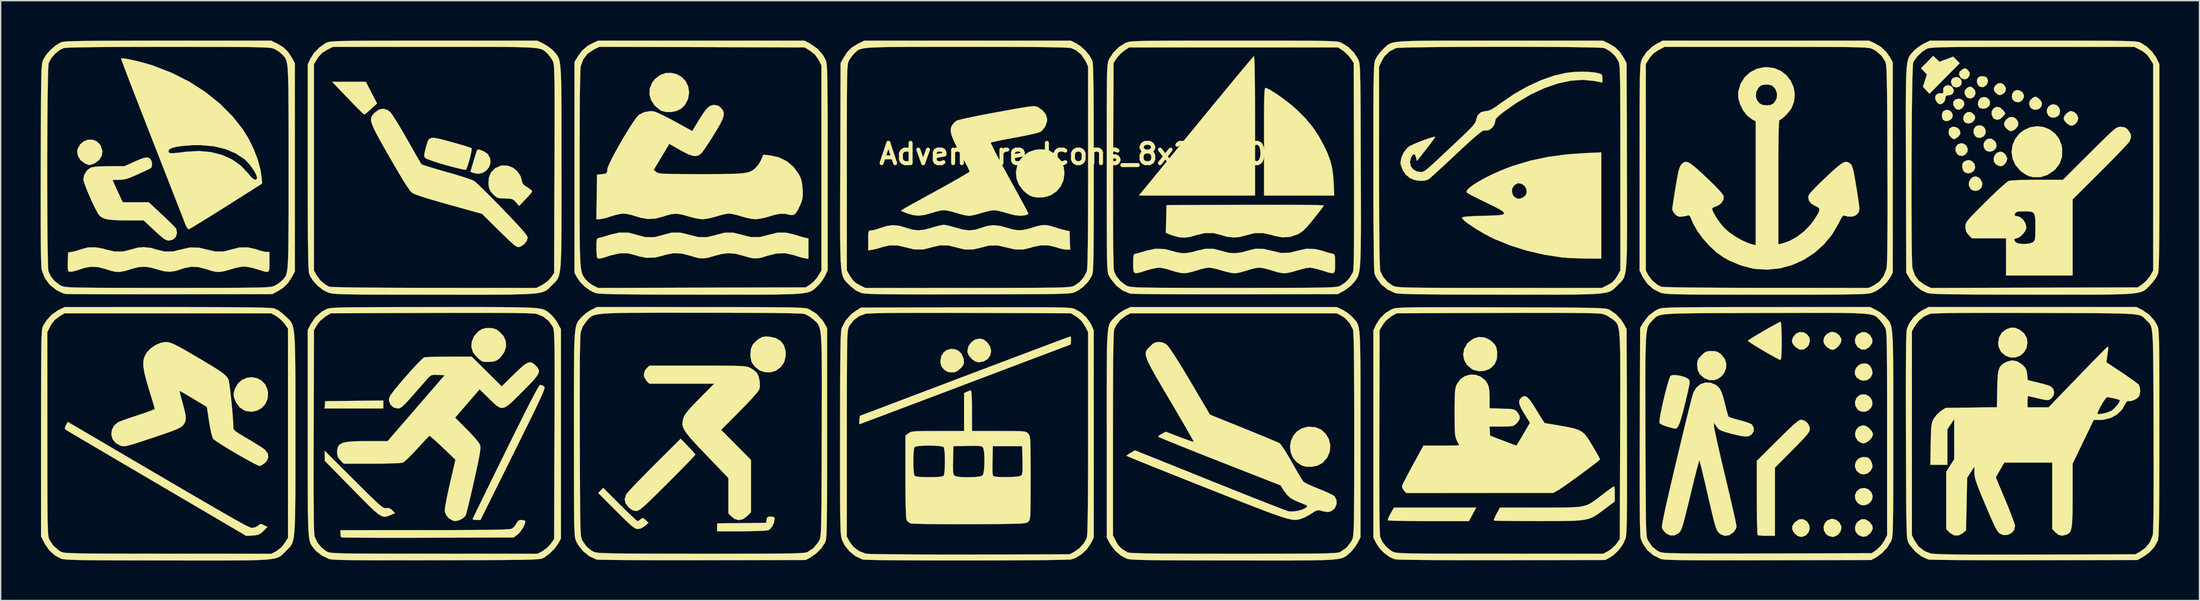
<source format=kicad_pcb>
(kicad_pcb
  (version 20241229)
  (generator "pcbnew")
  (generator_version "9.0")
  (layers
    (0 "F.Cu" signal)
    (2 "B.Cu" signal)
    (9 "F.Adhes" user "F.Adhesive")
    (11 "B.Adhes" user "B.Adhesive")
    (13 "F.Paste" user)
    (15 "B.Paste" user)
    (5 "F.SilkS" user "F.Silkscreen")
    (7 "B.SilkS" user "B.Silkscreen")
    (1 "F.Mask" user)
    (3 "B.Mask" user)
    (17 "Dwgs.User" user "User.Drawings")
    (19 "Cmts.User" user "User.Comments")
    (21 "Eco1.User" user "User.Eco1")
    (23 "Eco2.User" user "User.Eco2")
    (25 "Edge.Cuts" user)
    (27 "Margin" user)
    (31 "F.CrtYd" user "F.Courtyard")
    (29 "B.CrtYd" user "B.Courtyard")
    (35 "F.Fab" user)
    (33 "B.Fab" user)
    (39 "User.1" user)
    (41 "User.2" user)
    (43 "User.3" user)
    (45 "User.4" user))
  (footprint "Adventure_Icons_8x2_160x40"
    (layer "F.Cu")
    (at 79.578 19.521)
    (property "Reference" "Adventure_Icons_8x2_160x40" (at 0 -11 0) (layer "F.SilkS") (effects (font (size 1.524 1.524) (thickness 0.3))))
    (attr through_hole)
    (fp_poly (pts (xy -53.848 8.128) (xy -58.261 8.128) (xy -58.235 7.853) (xy -58.208 7.578) (xy -56.028 7.555) (xy -53.848 7.532) (xy -53.848 8.128)) (stroke (width 0.01) (type solid)) (fill yes) (layer "F.SilkS"))
    (fp_poly (pts (xy 64.454 -16.735) (xy 64.606 -16.585) (xy 64.66 -16.372) (xy 64.606 -16.182) (xy 64.45 -16.041) (xy 64.234 -15.999) (xy 64.028 -16.059) (xy 63.926 -16.166) (xy 63.844 -16.422) (xy 63.914 -16.619) (xy 64.013 -16.708) (xy 64.243 -16.788) (xy 64.454 -16.735)) (stroke (width 0.01) (type solid)) (fill yes) (layer "F.SilkS"))
    (fp_poly (pts (xy 63.708 -14.283) (xy 63.879 -14.158) (xy 63.977 -13.974) (xy 63.965 -13.766) (xy 63.883 -13.634) (xy 63.67 -13.492) (xy 63.435 -13.474) (xy 63.263 -13.564) (xy 63.177 -13.748) (xy 63.173 -13.984) (xy 63.249 -14.183) (xy 63.283 -14.22) (xy 63.498 -14.315) (xy 63.708 -14.283)) (stroke (width 0.01) (type solid)) (fill yes) (layer "F.SilkS"))
    (fp_poly (pts (xy 64.681 -15.09) (xy 64.828 -14.926) (xy 64.853 -14.709) (xy 64.739 -14.488) (xy 64.7 -14.449) (xy 64.476 -14.321) (xy 64.267 -14.362) (xy 64.148 -14.463) (xy 64.017 -14.701) (xy 64.031 -14.923) (xy 64.173 -15.089) (xy 64.424 -15.155) (xy 64.431 -15.155) (xy 64.681 -15.09)) (stroke (width 0.01) (type solid)) (fill yes) (layer "F.SilkS"))
    (fp_poly (pts (xy 64.841 -11.757) (xy 65.012 -11.611) (xy 65.104 -11.405) (xy 65.09 -11.178) (xy 64.954 -10.977) (xy 64.712 -10.851) (xy 64.467 -10.881) (xy 64.317 -10.992) (xy 64.192 -11.234) (xy 64.201 -11.489) (xy 64.339 -11.698) (xy 64.378 -11.727) (xy 64.62 -11.808) (xy 64.841 -11.757)) (stroke (width 0.01) (type solid)) (fill yes) (layer "F.SilkS"))
    (fp_poly (pts (xy 64.998 -17.407) (xy 65.124 -17.294) (xy 65.251 -17.128) (xy 65.257 -16.961) (xy 65.23 -16.872) (xy 65.088 -16.674) (xy 64.88 -16.606) (xy 64.657 -16.676) (xy 64.568 -16.754) (xy 64.451 -16.973) (xy 64.501 -17.179) (xy 64.705 -17.353) (xy 64.878 -17.433) (xy 64.998 -17.407)) (stroke (width 0.01) (type solid)) (fill yes) (layer "F.SilkS"))
    (fp_poly (pts (xy 65.362 -16.043) (xy 65.49 -15.967) (xy 65.661 -15.77) (xy 65.693 -15.529) (xy 65.581 -15.302) (xy 65.568 -15.288) (xy 65.349 -15.166) (xy 65.122 -15.207) (xy 64.995 -15.31) (xy 64.868 -15.55) (xy 64.899 -15.786) (xy 65.066 -15.967) (xy 65.232 -16.057) (xy 65.362 -16.043)) (stroke (width 0.01) (type solid)) (fill yes) (layer "F.SilkS"))
    (fp_poly (pts (xy 65.4 -14.108) (xy 65.616 -13.918) (xy 65.674 -13.726) (xy 65.588 -13.513) (xy 65.401 -13.348) (xy 65.164 -13.289) (xy 64.942 -13.344) (xy 64.859 -13.415) (xy 64.77 -13.624) (xy 64.801 -13.843) (xy 64.921 -14.03) (xy 65.099 -14.147) (xy 65.305 -14.153) (xy 65.4 -14.108)) (stroke (width 0.01) (type solid)) (fill yes) (layer "F.SilkS"))
    (fp_poly (pts (xy 66.196 -13.112) (xy 66.367 -12.965) (xy 66.459 -12.76) (xy 66.444 -12.533) (xy 66.308 -12.332) (xy 66.066 -12.206) (xy 65.821 -12.235) (xy 65.672 -12.347) (xy 65.546 -12.588) (xy 65.555 -12.843) (xy 65.693 -13.053) (xy 65.732 -13.081) (xy 65.975 -13.163) (xy 66.196 -13.112)) (stroke (width 0.01) (type solid)) (fill yes) (layer "F.SilkS"))
    (fp_poly (pts (xy 66.509 -16.766) (xy 66.531 -16.747) (xy 66.625 -16.547) (xy 66.595 -16.313) (xy 66.478 -16.142) (xy 66.246 -16.014) (xy 66.023 -16.054) (xy 65.919 -16.135) (xy 65.806 -16.343) (xy 65.801 -16.58) (xy 65.888 -16.747) (xy 66.071 -16.832) (xy 66.31 -16.838) (xy 66.509 -16.766)) (stroke (width 0.01) (type solid)) (fill yes) (layer "F.SilkS"))
    (fp_poly (pts (xy 67.524 -14.498) (xy 67.752 -14.302) (xy 67.763 -14.287) (xy 67.936 -14.055) (xy 67.763 -13.822) (xy 67.543 -13.626) (xy 67.301 -13.566) (xy 67.08 -13.651) (xy 67.03 -13.697) (xy 66.905 -13.944) (xy 66.914 -14.211) (xy 67.049 -14.429) (xy 67.28 -14.543) (xy 67.524 -14.498)) (stroke (width 0.01) (type solid)) (fill yes) (layer "F.SilkS"))
    (fp_poly (pts (xy 67.841 -16.193) (xy 67.847 -16.186) (xy 67.973 -15.948) (xy 67.946 -15.712) (xy 67.799 -15.541) (xy 67.572 -15.425) (xy 67.386 -15.451) (xy 67.225 -15.579) (xy 67.081 -15.775) (xy 67.083 -15.965) (xy 67.188 -16.152) (xy 67.385 -16.308) (xy 67.622 -16.323) (xy 67.841 -16.193)) (stroke (width 0.01) (type solid)) (fill yes) (layer "F.SilkS"))
    (fp_poly (pts (xy 68.976 -15.785) (xy 69.229 -15.63) (xy 69.33 -15.403) (xy 69.314 -15.225) (xy 69.183 -15.004) (xy 68.96 -14.891) (xy 68.702 -14.912) (xy 68.656 -14.932) (xy 68.479 -15.091) (xy 68.418 -15.302) (xy 68.455 -15.52) (xy 68.575 -15.702) (xy 68.76 -15.802) (xy 68.976 -15.785)) (stroke (width 0.01) (type solid)) (fill yes) (layer "F.SilkS"))
    (fp_poly (pts (xy 71.804 -14.661) (xy 71.973 -14.481) (xy 72.046 -14.244) (xy 72.004 -14.001) (xy 71.896 -13.856) (xy 71.655 -13.734) (xy 71.391 -13.741) (xy 71.175 -13.871) (xy 71.049 -14.115) (xy 71.061 -14.369) (xy 71.191 -14.584) (xy 71.417 -14.714) (xy 71.558 -14.732) (xy 71.804 -14.661)) (stroke (width 0.01) (type solid)) (fill yes) (layer "F.SilkS"))
    (fp_poly (pts (xy 27.662 16.595) (xy 24.631 16.595) (xy 23.932 16.593) (xy 23.287 16.588) (xy 22.717 16.58) (xy 22.24 16.57) (xy 21.876 16.559) (xy 21.643 16.545) (xy 21.562 16.531) (xy 21.581 16.43) (xy 21.667 16.23) (xy 21.777 16.023) (xy 22.03 15.579) (xy 28.204 15.579) (xy 27.662 16.595)) (stroke (width 0.01) (type solid)) (fill yes) (layer "F.SilkS"))
    (fp_poly (pts (xy 65.926 -9.238) (xy 66.106 -9.049) (xy 66.203 -8.801) (xy 66.209 -8.725) (xy 66.139 -8.472) (xy 65.96 -8.298) (xy 65.724 -8.223) (xy 65.478 -8.265) (xy 65.323 -8.379) (xy 65.197 -8.623) (xy 65.202 -8.885) (xy 65.317 -9.119) (xy 65.521 -9.276) (xy 65.711 -9.313) (xy 65.926 -9.238)) (stroke (width 0.01) (type solid)) (fill yes) (layer "F.SilkS"))
    (fp_poly (pts (xy 66.54 -15.237) (xy 66.705 -15.094) (xy 66.785 -14.893) (xy 66.749 -14.672) (xy 66.672 -14.559) (xy 66.468 -14.431) (xy 66.22 -14.398) (xy 66.006 -14.466) (xy 65.972 -14.495) (xy 65.873 -14.7) (xy 65.893 -14.944) (xy 66.022 -15.157) (xy 66.086 -15.208) (xy 66.323 -15.286) (xy 66.54 -15.237)) (stroke (width 0.01) (type solid)) (fill yes) (layer "F.SilkS"))
    (fp_poly (pts (xy 66.934 -12.121) (xy 67.132 -11.969) (xy 67.239 -11.816) (xy 67.274 -11.576) (xy 67.182 -11.371) (xy 67.001 -11.228) (xy 66.775 -11.17) (xy 66.542 -11.223) (xy 66.427 -11.309) (xy 66.302 -11.528) (xy 66.302 -11.763) (xy 66.402 -11.973) (xy 66.576 -12.119) (xy 66.8 -12.158) (xy 66.934 -12.121)) (stroke (width 0.01) (type solid)) (fill yes) (layer "F.SilkS"))
    (fp_poly (pts (xy 57.656 14.207) (xy 57.875 14.431) (xy 57.973 14.704) (xy 57.935 14.961) (xy 57.792 15.181) (xy 57.576 15.338) (xy 57.319 15.409) (xy 57.054 15.37) (xy 56.826 15.213) (xy 56.665 14.936) (xy 56.647 14.638) (xy 56.763 14.366) (xy 57.004 14.166) (xy 57.047 14.147) (xy 57.362 14.099) (xy 57.656 14.207)) (stroke (width 0.01) (type solid)) (fill yes) (layer "F.SilkS"))
    (fp_poly (pts (xy 64.189 -13.027) (xy 64.388 -12.923) (xy 64.525 -12.756) (xy 64.555 -12.554) (xy 64.52 -12.454) (xy 64.394 -12.299) (xy 64.22 -12.164) (xy 64.075 -12.107) (xy 63.992 -12.15) (xy 63.858 -12.239) (xy 63.714 -12.425) (xy 63.669 -12.667) (xy 63.731 -12.888) (xy 63.771 -12.937) (xy 63.969 -13.041) (xy 64.189 -13.027)) (stroke (width 0.01) (type solid)) (fill yes) (layer "F.SilkS"))
    (fp_poly (pts (xy 65.402 -10.478) (xy 65.598 -10.269) (xy 65.63 -10.207) (xy 65.667 -9.959) (xy 65.573 -9.744) (xy 65.386 -9.595) (xy 65.142 -9.544) (xy 64.925 -9.6) (xy 64.771 -9.74) (xy 64.704 -9.984) (xy 64.702 -10.009) (xy 64.707 -10.241) (xy 64.797 -10.388) (xy 64.896 -10.463) (xy 65.155 -10.547) (xy 65.402 -10.478)) (stroke (width 0.01) (type solid)) (fill yes) (layer "F.SilkS"))
    (fp_poly (pts (xy 70.267 -15.286) (xy 70.426 -15.181) (xy 70.594 -15.008) (xy 70.682 -14.825) (xy 70.682 -14.822) (xy 70.648 -14.586) (xy 70.5 -14.414) (xy 70.285 -14.325) (xy 70.052 -14.333) (xy 69.849 -14.457) (xy 69.803 -14.516) (xy 69.713 -14.778) (xy 69.788 -15.024) (xy 69.988 -15.213) (xy 70.144 -15.298) (xy 70.267 -15.286)) (stroke (width 0.01) (type solid)) (fill yes) (layer "F.SilkS"))
    (fp_poly (pts (xy 52.808 2.417) (xy 53.032 2.546) (xy 53.215 2.785) (xy 53.259 3.075) (xy 53.164 3.368) (xy 53.048 3.518) (xy 52.78 3.693) (xy 52.5 3.7) (xy 52.215 3.54) (xy 52.148 3.478) (xy 51.958 3.241) (xy 51.91 3.025) (xy 51.993 2.779) (xy 51.999 2.767) (xy 52.22 2.498) (xy 52.5 2.38) (xy 52.808 2.417)) (stroke (width 0.01) (type solid)) (fill yes) (layer "F.SilkS"))
    (fp_poly (pts (xy 52.986 16.577) (xy 53.048 16.633) (xy 53.21 16.896) (xy 53.237 17.184) (xy 53.147 17.455) (xy 52.955 17.666) (xy 52.679 17.774) (xy 52.589 17.78) (xy 52.339 17.714) (xy 52.12 17.52) (xy 51.944 17.248) (xy 51.924 17.01) (xy 52.06 16.768) (xy 52.148 16.673) (xy 52.433 16.473) (xy 52.714 16.441) (xy 52.986 16.577)) (stroke (width 0.01) (type solid)) (fill yes) (layer "F.SilkS"))
    (fp_poly (pts (xy 55.242 16.502) (xy 55.478 16.701) (xy 55.612 16.976) (xy 55.626 17.103) (xy 55.549 17.396) (xy 55.35 17.632) (xy 55.075 17.766) (xy 54.949 17.78) (xy 54.652 17.701) (xy 54.479 17.572) (xy 54.315 17.307) (xy 54.288 17.018) (xy 54.381 16.747) (xy 54.578 16.538) (xy 54.86 16.431) (xy 54.949 16.425) (xy 55.242 16.502)) (stroke (width 0.01) (type solid)) (fill yes) (layer "F.SilkS"))
    (fp_poly (pts (xy 57.459 2.4) (xy 57.729 2.578) (xy 57.783 2.638) (xy 57.945 2.922) (xy 57.939 3.196) (xy 57.765 3.465) (xy 57.692 3.535) (xy 57.41 3.698) (xy 57.125 3.693) (xy 56.854 3.522) (xy 56.85 3.518) (xy 56.675 3.245) (xy 56.64 2.947) (xy 56.744 2.673) (xy 56.865 2.546) (xy 57.169 2.389) (xy 57.459 2.4)) (stroke (width 0.01) (type solid)) (fill yes) (layer "F.SilkS"))
    (fp_poly (pts (xy 57.46 7.081) (xy 57.73 7.233) (xy 57.914 7.498) (xy 57.918 7.509) (xy 57.956 7.802) (xy 57.861 8.058) (xy 57.671 8.253) (xy 57.422 8.364) (xy 57.15 8.37) (xy 56.891 8.247) (xy 56.826 8.186) (xy 56.67 7.915) (xy 56.65 7.619) (xy 56.754 7.346) (xy 56.966 7.142) (xy 57.154 7.069) (xy 57.46 7.081)) (stroke (width 0.01) (type solid)) (fill yes) (layer "F.SilkS"))
    (fp_poly (pts (xy 57.612 4.794) (xy 57.776 4.932) (xy 57.903 5.166) (xy 57.959 5.421) (xy 57.949 5.539) (xy 57.801 5.827) (xy 57.553 5.999) (xy 57.244 6.036) (xy 57.015 5.974) (xy 56.763 5.798) (xy 56.642 5.569) (xy 56.636 5.32) (xy 56.729 5.081) (xy 56.905 4.885) (xy 57.147 4.763) (xy 57.44 4.748) (xy 57.612 4.794)) (stroke (width 0.01) (type solid)) (fill yes) (layer "F.SilkS"))
    (fp_poly (pts (xy 57.682 16.611) (xy 57.749 16.673) (xy 57.942 16.924) (xy 57.979 17.16) (xy 57.859 17.415) (xy 57.777 17.52) (xy 57.515 17.729) (xy 57.227 17.773) (xy 56.925 17.648) (xy 56.865 17.605) (xy 56.682 17.365) (xy 56.638 17.075) (xy 56.733 16.783) (xy 56.85 16.633) (xy 57.118 16.458) (xy 57.398 16.451) (xy 57.682 16.611)) (stroke (width 0.01) (type solid)) (fill yes) (layer "F.SilkS"))
    (fp_poly (pts (xy 62.751 -18.148) (xy 62.984 -17.926) (xy 63.503 -18.12) (xy 64.021 -18.314) (xy 64.265 -18.068) (xy 64.509 -17.822) (xy 63.373 -16.671) (xy 62.237 -15.521) (xy 61.993 -15.782) (xy 61.748 -16.044) (xy 61.896 -16.51) (xy 62.044 -16.976) (xy 61.823 -17.21) (xy 61.603 -17.444) (xy 62.061 -17.907) (xy 62.519 -18.371) (xy 62.751 -18.148)) (stroke (width 0.01) (type solid)) (fill yes) (layer "F.SilkS"))
    (fp_poly (pts (xy 67.786 -11.103) (xy 67.965 -10.923) (xy 68.065 -10.696) (xy 68.072 -10.626) (xy 68.007 -10.397) (xy 67.847 -10.196) (xy 67.645 -10.083) (xy 67.583 -10.075) (xy 67.401 -10.122) (xy 67.244 -10.207) (xy 67.086 -10.404) (xy 67.052 -10.647) (xy 67.125 -10.888) (xy 67.29 -11.08) (xy 67.53 -11.173) (xy 67.583 -11.176) (xy 67.786 -11.103)) (stroke (width 0.01) (type solid)) (fill yes) (layer "F.SilkS"))
    (fp_poly (pts (xy 68.73 -13.65) (xy 68.749 -13.631) (xy 68.898 -13.384) (xy 68.886 -13.126) (xy 68.717 -12.893) (xy 68.696 -12.875) (xy 68.462 -12.731) (xy 68.27 -12.727) (xy 68.066 -12.869) (xy 68.026 -12.908) (xy 67.859 -13.119) (xy 67.838 -13.309) (xy 67.958 -13.532) (xy 67.993 -13.578) (xy 68.224 -13.76) (xy 68.481 -13.785) (xy 68.73 -13.65)) (stroke (width 0.01) (type solid)) (fill yes) (layer "F.SilkS"))
    (fp_poly (pts (xy 57.509 11.789) (xy 57.612 11.821) (xy 57.776 11.96) (xy 57.903 12.193) (xy 57.959 12.448) (xy 57.949 12.566) (xy 57.81 12.83) (xy 57.578 13.012) (xy 57.303 13.089) (xy 57.035 13.034) (xy 57.023 13.028) (xy 56.763 12.811) (xy 56.65 12.524) (xy 56.642 12.402) (xy 56.716 12.111) (xy 56.911 11.896) (xy 57.189 11.781) (xy 57.509 11.789)) (stroke (width 0.01) (type solid)) (fill yes) (layer "F.SilkS"))
    (fp_poly (pts (xy -56.428 -16.424) (xy -55.16 -16.423) (xy -54.739 -15.609) (xy -54.318 -14.794) (xy -54.766 -14.382) (xy -54.994 -14.18) (xy -55.174 -14.033) (xy -55.271 -13.97) (xy -55.274 -13.97) (xy -55.353 -14.027) (xy -55.523 -14.183) (xy -55.758 -14.413) (xy -56.009 -14.668) (xy -56.348 -15.019) (xy -56.707 -15.392) (xy -57.034 -15.733) (xy -57.19 -15.896) (xy -57.695 -16.425) (xy -56.428 -16.424)) (stroke (width 0.01) (type solid)) (fill yes) (layer "F.SilkS"))
    (fp_poly (pts (xy 55.223 2.442) (xy 55.459 2.625) (xy 55.604 2.87) (xy 55.626 3.008) (xy 55.561 3.224) (xy 55.4 3.451) (xy 55.192 3.636) (xy 54.987 3.724) (xy 54.962 3.725) (xy 54.79 3.673) (xy 54.578 3.543) (xy 54.532 3.506) (xy 54.329 3.272) (xy 54.271 3.037) (xy 54.348 2.753) (xy 54.546 2.521) (xy 54.817 2.387) (xy 54.949 2.371) (xy 55.223 2.442)) (stroke (width 0.01) (type solid)) (fill yes) (layer "F.SilkS"))
    (fp_poly (pts (xy 73.109 -14.149) (xy 73.308 -13.96) (xy 73.404 -13.714) (xy 73.406 -13.674) (xy 73.337 -13.436) (xy 73.166 -13.234) (xy 72.948 -13.128) (xy 72.894 -13.123) (xy 72.718 -13.181) (xy 72.525 -13.32) (xy 72.513 -13.331) (xy 72.372 -13.505) (xy 72.306 -13.649) (xy 72.305 -13.658) (xy 72.374 -13.858) (xy 72.539 -14.056) (xy 72.741 -14.195) (xy 72.862 -14.224) (xy 73.109 -14.149)) (stroke (width 0.01) (type solid)) (fill yes) (layer "F.SilkS"))
    (fp_poly (pts (xy -46.472 -11.271) (xy -46.246 -11.16) (xy -46.05 -11.023) (xy -45.975 -10.947) (xy -45.818 -10.633) (xy -45.803 -10.312) (xy -45.909 -10.01) (xy -46.112 -9.758) (xy -46.389 -9.581) (xy -46.718 -9.509) (xy -47.077 -9.57) (xy -47.085 -9.574) (xy -47.308 -9.659) (xy -47.072 -10.467) (xy -46.967 -10.813) (xy -46.877 -11.095) (xy -46.813 -11.274) (xy -46.791 -11.318) (xy -46.672 -11.333) (xy -46.472 -11.271)) (stroke (width 0.01) (type solid)) (fill yes) (layer "F.SilkS"))
    (fp_poly (pts (xy 57.505 9.465) (xy 57.728 9.631) (xy 57.91 9.844) (xy 57.995 10.051) (xy 57.997 10.075) (xy 57.926 10.284) (xy 57.751 10.5) (xy 57.524 10.673) (xy 57.3 10.752) (xy 57.28 10.753) (xy 57.065 10.693) (xy 56.854 10.549) (xy 56.85 10.545) (xy 56.682 10.279) (xy 56.651 9.99) (xy 56.738 9.72) (xy 56.928 9.511) (xy 57.205 9.404) (xy 57.295 9.398) (xy 57.505 9.465)) (stroke (width 0.01) (type solid)) (fill yes) (layer "F.SilkS"))
    (fp_poly (pts (xy 68.648 2.06) (xy 68.975 2.196) (xy 68.999 2.209) (xy 69.346 2.487) (xy 69.546 2.845) (xy 69.596 3.188) (xy 69.522 3.591) (xy 69.325 3.923) (xy 69.036 4.164) (xy 68.686 4.296) (xy 68.309 4.3) (xy 67.941 4.16) (xy 67.612 3.875) (xy 67.432 3.51) (xy 67.395 3.199) (xy 67.469 2.77) (xy 67.681 2.418) (xy 68.011 2.173) (xy 68.35 2.054) (xy 68.648 2.06)) (stroke (width 0.01) (type solid)) (fill yes) (layer "F.SilkS"))
    (fp_poly (pts (xy -75.376 -11.953) (xy -75.121 -11.707) (xy -75.058 -11.602) (xy -74.944 -11.222) (xy -74.988 -10.861) (xy -75.179 -10.547) (xy -75.506 -10.308) (xy -75.576 -10.277) (xy -75.796 -10.191) (xy -75.946 -10.172) (xy -76.107 -10.222) (xy -76.285 -10.308) (xy -76.581 -10.534) (xy -76.771 -10.838) (xy -76.832 -11.175) (xy -76.797 -11.375) (xy -76.612 -11.716) (xy -76.342 -11.949) (xy -76.022 -12.069) (xy -75.688 -12.072) (xy -75.376 -11.953)) (stroke (width 0.01) (type solid)) (fill yes) (layer "F.SilkS"))
    (fp_poly (pts (xy -8.853 2.914) (xy -8.634 3.044) (xy -8.501 3.167) (xy -8.283 3.482) (xy -8.214 3.813) (xy -8.278 4.129) (xy -8.462 4.397) (xy -8.752 4.583) (xy -9.132 4.657) (xy -9.148 4.657) (xy -9.4 4.6) (xy -9.658 4.413) (xy -9.703 4.369) (xy -9.898 4.135) (xy -9.981 3.911) (xy -9.991 3.768) (xy -9.913 3.44) (xy -9.709 3.154) (xy -9.421 2.952) (xy -9.102 2.879) (xy -8.853 2.914)) (stroke (width 0.01) (type solid)) (fill yes) (layer "F.SilkS"))
    (fp_poly (pts (xy -24.558 16.275) (xy -24.478 16.352) (xy -24.469 16.428) (xy -24.521 16.72) (xy -24.655 17.002) (xy -24.835 17.213) (xy -24.936 17.273) (xy -25.084 17.298) (xy -25.374 17.32) (xy -25.775 17.338) (xy -26.26 17.35) (xy -26.8 17.356) (xy -26.972 17.357) (xy -28.787 17.357) (xy -28.787 16.767) (xy -26.945 16.744) (xy -25.104 16.722) (xy -25.077 16.489) (xy -25.036 16.33) (xy -24.926 16.266) (xy -24.759 16.256) (xy -24.558 16.275)) (stroke (width 0.01) (type solid)) (fill yes) (layer "F.SilkS"))
    (fp_poly (pts (xy -63.343 5.848) (xy -63.004 6.024) (xy -62.731 6.303) (xy -62.552 6.682) (xy -62.503 6.944) (xy -62.535 7.395) (xy -62.702 7.783) (xy -62.978 8.089) (xy -63.334 8.293) (xy -63.744 8.374) (xy -64.179 8.311) (xy -64.312 8.262) (xy -64.647 8.028) (xy -64.911 7.666) (xy -65.037 7.357) (xy -65.088 7.114) (xy -65.066 6.89) (xy -64.987 6.648) (xy -64.762 6.253) (xy -64.456 5.979) (xy -64.098 5.822) (xy -63.717 5.78) (xy -63.343 5.848)) (stroke (width 0.01) (type solid)) (fill yes) (layer "F.SilkS"))
    (fp_poly (pts (xy -31.822 -16.995) (xy -31.453 -16.785) (xy -31.155 -16.475) (xy -30.958 -16.078) (xy -30.889 -15.621) (xy -30.968 -15.131) (xy -31.193 -14.699) (xy -31.476 -14.413) (xy -31.807 -14.243) (xy -32.208 -14.155) (xy -32.617 -14.153) (xy -32.97 -14.243) (xy -33.062 -14.293) (xy -33.473 -14.637) (xy -33.742 -15.04) (xy -33.867 -15.478) (xy -33.842 -15.925) (xy -33.664 -16.358) (xy -33.459 -16.626) (xy -33.083 -16.922) (xy -32.666 -17.075) (xy -32.236 -17.095) (xy -31.822 -16.995)) (stroke (width 0.01) (type solid)) (fill yes) (layer "F.SilkS"))
    (fp_poly (pts (xy -10.929 3.678) (xy -10.648 3.805) (xy -10.423 4.038) (xy -10.286 4.377) (xy -10.271 4.464) (xy -10.254 4.693) (xy -10.299 4.858) (xy -10.434 5.03) (xy -10.522 5.12) (xy -10.743 5.312) (xy -10.947 5.4) (xy -11.174 5.419) (xy -11.462 5.384) (xy -11.688 5.252) (xy -11.775 5.171) (xy -11.947 4.956) (xy -12.014 4.721) (xy -12.02 4.557) (xy -11.952 4.185) (xy -11.776 3.909) (xy -11.526 3.732) (xy -11.232 3.654) (xy -10.929 3.678)) (stroke (width 0.01) (type solid)) (fill yes) (layer "F.SilkS"))
    (fp_poly (pts (xy 11.537 -18.281) (xy 11.551 -18.043) (xy 11.564 -17.651) (xy 11.576 -17.115) (xy 11.585 -16.441) (xy 11.592 -15.639) (xy 11.597 -14.716) (xy 11.599 -13.68) (xy 11.599 -13.13) (xy 11.599 -7.874) (xy 2.879 -7.874) (xy 7.16 -13.102) (xy 7.829 -13.918) (xy 8.468 -14.696) (xy 9.068 -15.426) (xy 9.622 -16.097) (xy 10.122 -16.7) (xy 10.558 -17.225) (xy 10.923 -17.663) (xy 11.208 -18.002) (xy 11.406 -18.234) (xy 11.508 -18.348) (xy 11.52 -18.359) (xy 11.537 -18.281)) (stroke (width 0.01) (type solid)) (fill yes) (layer "F.SilkS"))
    (fp_poly (pts (xy 16.121 9.533) (xy 16.561 9.715) (xy 16.914 10.039) (xy 17.142 10.436) (xy 17.253 10.908) (xy 17.209 11.382) (xy 17.019 11.823) (xy 16.694 12.195) (xy 16.638 12.239) (xy 16.288 12.419) (xy 15.863 12.51) (xy 15.434 12.505) (xy 15.113 12.415) (xy 14.711 12.15) (xy 14.433 11.805) (xy 14.274 11.408) (xy 14.23 10.987) (xy 14.296 10.571) (xy 14.468 10.187) (xy 14.74 9.862) (xy 15.107 9.626) (xy 15.566 9.505) (xy 15.605 9.502) (xy 16.121 9.533)) (stroke (width 0.01) (type solid)) (fill yes) (layer "F.SilkS"))
    (fp_poly (pts (xy 28.826 2.787) (xy 29.23 2.976) (xy 29.462 3.172) (xy 29.636 3.377) (xy 29.729 3.578) (xy 29.773 3.85) (xy 29.781 3.957) (xy 29.752 4.429) (xy 29.59 4.803) (xy 29.287 5.101) (xy 29.19 5.165) (xy 28.825 5.302) (xy 28.41 5.326) (xy 28.019 5.238) (xy 27.886 5.172) (xy 27.526 4.866) (xy 27.305 4.491) (xy 27.229 4.079) (xy 27.3 3.66) (xy 27.524 3.264) (xy 27.618 3.158) (xy 27.993 2.878) (xy 28.405 2.755) (xy 28.826 2.787)) (stroke (width 0.01) (type solid)) (fill yes) (layer "F.SilkS"))
    (fp_poly (pts (xy -24.897 2.727) (xy -24.891 2.727) (xy -24.398 2.83) (xy -24.02 3.054) (xy -23.765 3.391) (xy -23.642 3.827) (xy -23.639 4.179) (xy -23.747 4.639) (xy -23.993 5.005) (xy -24.385 5.291) (xy -24.401 5.299) (xy -24.765 5.407) (xy -25.174 5.402) (xy -25.55 5.289) (xy -25.655 5.228) (xy -25.997 4.945) (xy -26.197 4.638) (xy -26.282 4.258) (xy -26.289 4.064) (xy -26.247 3.645) (xy -26.104 3.317) (xy -25.833 3.031) (xy -25.646 2.892) (xy -25.431 2.772) (xy -25.208 2.722) (xy -24.897 2.727)) (stroke (width 0.01) (type solid)) (fill yes) (layer "F.SilkS"))
    (fp_poly (pts (xy 46.172 3.828) (xy 46.381 3.902) (xy 46.593 4.065) (xy 46.619 4.088) (xy 46.869 4.409) (xy 46.978 4.753) (xy 46.964 5.099) (xy 46.844 5.42) (xy 46.638 5.695) (xy 46.364 5.897) (xy 46.04 6.004) (xy 45.685 5.992) (xy 45.317 5.836) (xy 45.289 5.818) (xy 44.994 5.553) (xy 44.835 5.229) (xy 44.79 4.837) (xy 44.808 4.595) (xy 44.885 4.406) (xy 45.056 4.202) (xy 45.117 4.139) (xy 45.33 3.944) (xy 45.51 3.846) (xy 45.732 3.813) (xy 45.881 3.81) (xy 46.172 3.828)) (stroke (width 0.01) (type solid)) (fill yes) (layer "F.SilkS"))
    (fp_poly (pts (xy 63.835 -16.108) (xy 63.966 -16.002) (xy 64.066 -15.793) (xy 64.025 -15.592) (xy 63.868 -15.449) (xy 63.682 -15.409) (xy 63.505 -15.385) (xy 63.442 -15.281) (xy 63.437 -15.183) (xy 63.37 -14.959) (xy 63.207 -14.788) (xy 63.031 -14.732) (xy 62.904 -14.789) (xy 62.793 -14.887) (xy 62.67 -15.114) (xy 62.677 -15.332) (xy 62.794 -15.499) (xy 63.001 -15.569) (xy 63.104 -15.561) (xy 63.247 -15.557) (xy 63.274 -15.655) (xy 63.264 -15.721) (xy 63.284 -15.956) (xy 63.416 -16.111) (xy 63.615 -16.168) (xy 63.835 -16.108)) (stroke (width 0.01) (type solid)) (fill yes) (layer "F.SilkS"))
    (fp_poly (pts (xy -4.129 -11.322) (xy -3.815 -11.235) (xy -3.525 -11.06) (xy -3.349 -10.915) (xy -2.978 -10.492) (xy -2.766 -10.013) (xy -2.709 -9.555) (xy -2.785 -9.015) (xy -2.999 -8.547) (xy -3.327 -8.169) (xy -3.747 -7.895) (xy -4.238 -7.743) (xy -4.777 -7.728) (xy -5.15 -7.801) (xy -5.365 -7.906) (xy -5.623 -8.092) (xy -5.8 -8.25) (xy -6.125 -8.679) (xy -6.304 -9.145) (xy -6.348 -9.623) (xy -6.266 -10.088) (xy -6.069 -10.515) (xy -5.768 -10.878) (xy -5.372 -11.153) (xy -4.891 -11.314) (xy -4.539 -11.345) (xy -4.129 -11.322)) (stroke (width 0.01) (type solid)) (fill yes) (layer "F.SilkS"))
    (fp_poly (pts (xy 70.814 -13.023) (xy 71.273 -12.835) (xy 71.667 -12.535) (xy 71.971 -12.133) (xy 72.159 -11.644) (xy 72.204 -11.343) (xy 72.182 -10.775) (xy 72.02 -10.292) (xy 71.71 -9.872) (xy 71.584 -9.753) (xy 71.098 -9.425) (xy 70.574 -9.259) (xy 70.025 -9.259) (xy 69.699 -9.335) (xy 69.477 -9.443) (xy 69.21 -9.622) (xy 69.049 -9.751) (xy 68.692 -10.168) (xy 68.478 -10.642) (xy 68.404 -11.146) (xy 68.467 -11.65) (xy 68.666 -12.124) (xy 68.997 -12.54) (xy 69.306 -12.78) (xy 69.805 -13.008) (xy 70.316 -13.084) (xy 70.814 -13.023)) (stroke (width 0.01) (type solid)) (fill yes) (layer "F.SilkS"))
    (fp_poly (pts (xy -45.61 2.104) (xy -45.364 2.192) (xy -45.171 2.321) (xy -44.835 2.667) (xy -44.654 3.059) (xy -44.631 3.474) (xy -44.764 3.892) (xy -45.056 4.292) (xy -45.118 4.353) (xy -45.33 4.516) (xy -45.569 4.598) (xy -45.824 4.626) (xy -46.103 4.632) (xy -46.323 4.618) (xy -46.397 4.602) (xy -46.599 4.473) (xy -46.832 4.258) (xy -47.037 4.015) (xy -47.125 3.878) (xy -47.238 3.489) (xy -47.203 3.08) (xy -47.031 2.689) (xy -46.733 2.354) (xy -46.692 2.321) (xy -46.443 2.164) (xy -46.187 2.093) (xy -45.932 2.08) (xy -45.61 2.104)) (stroke (width 0.01) (type solid)) (fill yes) (layer "F.SilkS"))
    (fp_poly (pts (xy -36.087 15.348) (xy -35.71 15.72) (xy -35.372 16.049) (xy -35.09 16.315) (xy -34.884 16.501) (xy -34.773 16.59) (xy -34.761 16.595) (xy -34.645 16.543) (xy -34.529 16.454) (xy -34.413 16.369) (xy -34.313 16.384) (xy -34.163 16.51) (xy -34.156 16.517) (xy -33.939 16.72) (xy -34.201 16.954) (xy -34.516 17.148) (xy -34.737 17.187) (xy -34.839 17.175) (xy -34.952 17.13) (xy -35.094 17.037) (xy -35.283 16.882) (xy -35.535 16.65) (xy -35.867 16.327) (xy -36.298 15.899) (xy -36.364 15.833) (xy -37.716 14.479) (xy -37.337 14.1) (xy -36.087 15.348)) (stroke (width 0.01) (type solid)) (fill yes) (layer "F.SilkS"))
    (fp_poly (pts (xy -56.066 13.486) (xy -55.494 14.056) (xy -55.029 14.516) (xy -54.658 14.879) (xy -54.367 15.154) (xy -54.145 15.354) (xy -53.979 15.49) (xy -53.856 15.573) (xy -53.762 15.613) (xy -53.686 15.623) (xy -53.631 15.616) (xy -53.419 15.612) (xy -53.239 15.721) (xy -53.178 15.783) (xy -52.974 15.999) (xy -53.281 16.128) (xy -53.46 16.201) (xy -53.615 16.251) (xy -53.76 16.268) (xy -53.91 16.242) (xy -54.079 16.163) (xy -54.283 16.02) (xy -54.536 15.805) (xy -54.853 15.506) (xy -55.247 15.115) (xy -55.735 14.621) (xy -56.187 14.161) (xy -58.243 12.065) (xy -58.247 11.686) (xy -58.251 11.307) (xy -56.066 13.486)) (stroke (width 0.01) (type solid)) (fill yes) (layer "F.SilkS"))
    (fp_poly (pts (xy 12.425 -15.964) (xy 12.705 -15.827) (xy 13.075 -15.602) (xy 13.498 -15.315) (xy 13.939 -14.991) (xy 14.361 -14.655) (xy 14.728 -14.333) (xy 14.737 -14.324) (xy 15.389 -13.671) (xy 15.922 -13.034) (xy 16.374 -12.362) (xy 16.767 -11.642) (xy 17.053 -11.026) (xy 17.254 -10.486) (xy 17.386 -9.958) (xy 17.466 -9.381) (xy 17.503 -8.826) (xy 17.547 -7.874) (xy 12.277 -7.874) (xy 12.277 -11.947) (xy 12.277 -12.883) (xy 12.278 -13.664) (xy 12.281 -14.303) (xy 12.285 -14.814) (xy 12.292 -15.21) (xy 12.302 -15.507) (xy 12.315 -15.717) (xy 12.333 -15.854) (xy 12.354 -15.933) (xy 12.381 -15.966) (xy 12.413 -15.968) (xy 12.425 -15.964)) (stroke (width 0.01) (type solid)) (fill yes) (layer "F.SilkS"))
    (fp_poly (pts (xy 51.088 1.689) (xy 51.11 1.913) (xy 51.126 2.256) (xy 51.136 2.691) (xy 51.139 3.048) (xy 51.136 3.602) (xy 51.126 4.004) (xy 51.108 4.272) (xy 51.08 4.425) (xy 51.041 4.48) (xy 51.033 4.481) (xy 50.927 4.437) (xy 50.703 4.321) (xy 50.389 4.147) (xy 50.011 3.931) (xy 49.763 3.786) (xy 49.369 3.549) (xy 49.031 3.341) (xy 48.776 3.176) (xy 48.627 3.07) (xy 48.599 3.041) (xy 48.668 2.983) (xy 48.855 2.859) (xy 49.132 2.688) (xy 49.468 2.487) (xy 49.833 2.273) (xy 50.198 2.064) (xy 50.534 1.875) (xy 50.81 1.726) (xy 50.997 1.632) (xy 51.061 1.609) (xy 51.088 1.689)) (stroke (width 0.01) (type solid)) (fill yes) (layer "F.SilkS"))
    (fp_poly (pts (xy -2.221 2.785) (xy -2.214 2.966) (xy -2.217 3.014) (xy -2.244 3.319) (xy -10.16 6.315) (xy -11.266 6.734) (xy -12.326 7.135) (xy -13.33 7.514) (xy -14.268 7.869) (xy -15.128 8.194) (xy -15.9 8.485) (xy -16.574 8.739) (xy -17.139 8.952) (xy -17.584 9.119) (xy -17.898 9.237) (xy -18.071 9.301) (xy -18.103 9.312) (xy -18.113 9.239) (xy -18.107 9.054) (xy -18.103 8.999) (xy -18.076 8.685) (xy -10.202 5.702) (xy -9.099 5.284) (xy -8.04 4.883) (xy -7.036 4.504) (xy -6.099 4.15) (xy -5.238 3.826) (xy -4.466 3.535) (xy -3.791 3.281) (xy -3.226 3.069) (xy -2.78 2.903) (xy -2.465 2.787) (xy -2.291 2.724) (xy -2.26 2.714) (xy -2.221 2.785)) (stroke (width 0.01) (type solid)) (fill yes) (layer "F.SilkS"))
    (fp_poly (pts (xy 52.878 9.051) (xy 53.102 9.248) (xy 53.237 9.518) (xy 53.255 9.663) (xy 53.243 9.767) (xy 53.196 9.882) (xy 53.099 10.029) (xy 52.939 10.223) (xy 52.701 10.482) (xy 52.37 10.825) (xy 51.943 11.258) (xy 50.631 12.58) (xy 50.631 17.695) (xy 50.01 17.695) (xy 49.7 17.688) (xy 49.46 17.669) (xy 49.337 17.642) (xy 49.332 17.639) (xy 49.319 17.544) (xy 49.306 17.299) (xy 49.296 16.926) (xy 49.287 16.445) (xy 49.28 15.877) (xy 49.277 15.241) (xy 49.276 14.821) (xy 49.276 12.059) (xy 50.826 10.517) (xy 51.321 10.028) (xy 51.712 9.65) (xy 52.014 9.369) (xy 52.243 9.173) (xy 52.41 9.051) (xy 52.532 8.989) (xy 52.608 8.975) (xy 52.878 9.051)) (stroke (width 0.01) (type solid)) (fill yes) (layer "F.SilkS"))
    (fp_poly (pts (xy -49.742 -12.163) (xy -49.321 -12.059) (xy -48.762 -11.906) (xy -48.746 -11.901) (xy -48.272 -11.768) (xy -47.854 -11.646) (xy -47.521 -11.544) (xy -47.299 -11.469) (xy -47.217 -11.434) (xy -47.213 -11.333) (xy -47.249 -11.115) (xy -47.314 -10.825) (xy -47.398 -10.507) (xy -47.487 -10.204) (xy -47.571 -9.962) (xy -47.637 -9.824) (xy -47.646 -9.814) (xy -47.744 -9.817) (xy -47.978 -9.861) (xy -48.318 -9.941) (xy -48.739 -10.049) (xy -49.135 -10.158) (xy -49.609 -10.297) (xy -50.032 -10.431) (xy -50.374 -10.55) (xy -50.606 -10.643) (xy -50.692 -10.693) (xy -50.757 -10.777) (xy -50.778 -10.887) (xy -50.755 -11.065) (xy -50.686 -11.355) (xy -50.668 -11.426) (xy -50.585 -11.74) (xy -50.505 -11.97) (xy -50.404 -12.121) (xy -50.259 -12.2) (xy -50.046 -12.212) (xy -49.742 -12.163)) (stroke (width 0.01) (type solid)) (fill yes) (layer "F.SilkS"))
    (fp_poly (pts (xy -44.511 -10.12) (xy -44.12 -9.966) (xy -43.788 -9.698) (xy -43.553 -9.345) (xy -43.466 -9.054) (xy -43.407 -8.827) (xy -43.289 -8.667) (xy -43.064 -8.511) (xy -43.042 -8.498) (xy -42.83 -8.358) (xy -42.696 -8.24) (xy -42.672 -8.196) (xy -42.727 -8.1) (xy -42.875 -7.918) (xy -43.086 -7.684) (xy -43.164 -7.602) (xy -43.657 -7.093) (xy -43.889 -7.369) (xy -44.024 -7.515) (xy -44.155 -7.599) (xy -44.335 -7.638) (xy -44.618 -7.652) (xy -44.708 -7.654) (xy -45.025 -7.664) (xy -45.232 -7.698) (xy -45.388 -7.777) (xy -45.552 -7.921) (xy -45.605 -7.974) (xy -45.801 -8.196) (xy -45.903 -8.41) (xy -45.951 -8.699) (xy -45.955 -8.743) (xy -45.923 -9.222) (xy -45.754 -9.621) (xy -45.461 -9.922) (xy -45.058 -10.105) (xy -44.926 -10.132) (xy -44.511 -10.12)) (stroke (width 0.01) (type solid)) (fill yes) (layer "F.SilkS"))
    (fp_poly (pts (xy -30.98 10.964) (xy -30.74 11.217) (xy -30.549 11.425) (xy -30.436 11.558) (xy -30.416 11.587) (xy -30.469 11.658) (xy -30.628 11.834) (xy -30.882 12.102) (xy -31.215 12.446) (xy -31.615 12.854) (xy -32.068 13.312) (xy -32.494 13.739) (xy -33.058 14.299) (xy -33.515 14.751) (xy -33.88 15.105) (xy -34.166 15.374) (xy -34.385 15.568) (xy -34.551 15.699) (xy -34.677 15.779) (xy -34.776 15.82) (xy -34.861 15.832) (xy -34.874 15.833) (xy -35.122 15.784) (xy -35.365 15.618) (xy -35.441 15.545) (xy -35.664 15.247) (xy -35.725 14.947) (xy -35.627 14.618) (xy -35.608 14.58) (xy -35.52 14.466) (xy -35.326 14.249) (xy -35.043 13.946) (xy -34.684 13.572) (xy -34.266 13.143) (xy -33.804 12.675) (xy -33.505 12.376) (xy -31.523 10.4) (xy -30.98 10.964)) (stroke (width 0.01) (type solid)) (fill yes) (layer "F.SilkS"))
    (fp_poly (pts (xy 43.236 5.624) (xy 43.543 5.676) (xy 43.84 5.761) (xy 44.072 5.868) (xy 44.139 5.92) (xy 44.19 5.978) (xy 44.22 6.05) (xy 44.228 6.159) (xy 44.209 6.328) (xy 44.161 6.582) (xy 44.08 6.943) (xy 43.963 7.434) (xy 43.896 7.713) (xy 43.736 8.355) (xy 43.601 8.846) (xy 43.486 9.205) (xy 43.383 9.446) (xy 43.286 9.586) (xy 43.188 9.643) (xy 43.146 9.645) (xy 43.019 9.62) (xy 42.786 9.561) (xy 42.554 9.497) (xy 42.274 9.401) (xy 42.059 9.296) (xy 41.971 9.223) (xy 41.963 9.099) (xy 41.994 8.842) (xy 42.056 8.484) (xy 42.143 8.055) (xy 42.248 7.586) (xy 42.362 7.109) (xy 42.479 6.652) (xy 42.592 6.248) (xy 42.692 5.927) (xy 42.774 5.72) (xy 42.812 5.662) (xy 42.974 5.616) (xy 43.236 5.624)) (stroke (width 0.01) (type solid)) (fill yes) (layer "F.SilkS"))
    (fp_poly (pts (xy -41.902 6.398) (xy -41.786 6.465) (xy -41.758 6.494) (xy -41.745 6.542) (xy -41.752 6.619) (xy -41.784 6.735) (xy -41.846 6.902) (xy -41.942 7.131) (xy -42.079 7.433) (xy -42.26 7.819) (xy -42.492 8.3) (xy -42.778 8.886) (xy -43.124 9.59) (xy -43.535 10.421) (xy -44.016 11.391) (xy -44.092 11.545) (xy -46.555 16.51) (xy -46.864 16.51) (xy -47.057 16.492) (xy -47.145 16.447) (xy -47.145 16.434) (xy -47.104 16.347) (xy -46.994 16.12) (xy -46.823 15.768) (xy -46.595 15.301) (xy -46.318 14.734) (xy -45.997 14.079) (xy -45.639 13.348) (xy -45.251 12.556) (xy -44.837 11.713) (xy -44.662 11.355) (xy -44.102 10.218) (xy -43.612 9.232) (xy -43.192 8.394) (xy -42.841 7.704) (xy -42.556 7.158) (xy -42.338 6.754) (xy -42.184 6.49) (xy -42.094 6.364) (xy -42.074 6.351) (xy -41.902 6.398)) (stroke (width 0.01) (type solid)) (fill yes) (layer "F.SilkS"))
    (fp_poly (pts (xy -43.258 16.539) (xy -43.182 16.615) (xy -43.182 16.616) (xy -43.241 16.855) (xy -43.387 17.144) (xy -43.581 17.421) (xy -43.784 17.619) (xy -44.069 17.822) (xy -50.509 17.845) (xy -51.539 17.848) (xy -52.519 17.849) (xy -53.436 17.849) (xy -54.278 17.847) (xy -55.031 17.844) (xy -55.683 17.84) (xy -56.219 17.834) (xy -56.627 17.828) (xy -56.893 17.82) (xy -57.005 17.811) (xy -57.007 17.81) (xy -57.05 17.69) (xy -57.065 17.512) (xy -57.065 17.272) (xy -50.736 17.271) (xy -49.483 17.27) (xy -48.389 17.268) (xy -47.446 17.264) (xy -46.644 17.259) (xy -45.974 17.252) (xy -45.426 17.243) (xy -44.991 17.231) (xy -44.66 17.218) (xy -44.423 17.202) (xy -44.271 17.184) (xy -44.196 17.164) (xy -44.015 17.013) (xy -43.867 16.793) (xy -43.863 16.784) (xy -43.75 16.593) (xy -43.597 16.518) (xy -43.461 16.51) (xy -43.258 16.539)) (stroke (width 0.01) (type solid)) (fill yes) (layer "F.SilkS"))
    (fp_poly (pts (xy 13.641 -7.179) (xy 14.429 -7.176) (xy 15.126 -7.172) (xy 15.717 -7.166) (xy 16.19 -7.159) (xy 16.529 -7.15) (xy 16.723 -7.141) (xy 16.764 -7.133) (xy 16.714 -7.047) (xy 16.575 -6.855) (xy 16.368 -6.583) (xy 16.111 -6.256) (xy 16.007 -6.125) (xy 15.677 -5.722) (xy 15.417 -5.431) (xy 15.201 -5.224) (xy 15 -5.074) (xy 14.786 -4.955) (xy 14.785 -4.955) (xy 14.23 -4.765) (xy 13.647 -4.732) (xy 13.018 -4.855) (xy 12.882 -4.9) (xy 12.207 -5.055) (xy 11.557 -5.05) (xy 10.989 -4.902) (xy 10.461 -4.76) (xy 10.033 -4.723) (xy 9.478 -4.783) (xy 9.077 -4.902) (xy 8.468 -5.055) (xy 7.826 -5.052) (xy 7.273 -4.924) (xy 6.762 -4.775) (xy 6.336 -4.715) (xy 5.945 -4.737) (xy 5.876 -4.748) (xy 5.559 -4.827) (xy 5.246 -4.932) (xy 5.218 -4.943) (xy 4.905 -5.074) (xy 4.929 -6.114) (xy 4.953 -7.154) (xy 10.858 -7.176) (xy 11.842 -7.179) (xy 12.773 -7.18) (xy 13.641 -7.179)) (stroke (width 0.01) (type solid)) (fill yes) (layer "F.SilkS"))
    (fp_poly (pts (xy 38.584 14.047) (xy 38.601 14.251) (xy 38.608 14.536) (xy 38.608 14.543) (xy 38.608 15.116) (xy 37.825 15.705) (xy 37.546 15.915) (xy 37.305 16.088) (xy 37.083 16.229) (xy 36.861 16.341) (xy 36.62 16.427) (xy 36.342 16.49) (xy 36.006 16.535) (xy 35.595 16.564) (xy 35.088 16.58) (xy 34.468 16.589) (xy 33.715 16.591) (xy 32.886 16.592) (xy 32.154 16.591) (xy 31.476 16.589) (xy 30.87 16.584) (xy 30.355 16.578) (xy 29.949 16.57) (xy 29.671 16.561) (xy 29.539 16.551) (xy 29.531 16.548) (xy 29.544 16.456) (xy 29.623 16.262) (xy 29.735 16.04) (xy 29.985 15.579) (xy 33.048 15.577) (xy 33.884 15.577) (xy 34.571 15.575) (xy 35.131 15.567) (xy 35.583 15.549) (xy 35.948 15.516) (xy 36.248 15.464) (xy 36.501 15.389) (xy 36.73 15.285) (xy 36.955 15.15) (xy 37.195 14.978) (xy 37.473 14.766) (xy 37.686 14.602) (xy 38.006 14.36) (xy 38.276 14.16) (xy 38.469 14.024) (xy 38.558 13.97) (xy 38.559 13.97) (xy 38.584 14.047)) (stroke (width 0.01) (type solid)) (fill yes) (layer "F.SilkS"))
    (fp_poly (pts (xy -77.19 9.342) (xy -75.557 10.301) (xy -74.064 11.178) (xy -72.704 11.976) (xy -71.47 12.7) (xy -70.357 13.352) (xy -69.359 13.937) (xy -68.468 14.458) (xy -67.678 14.918) (xy -66.983 15.323) (xy -66.377 15.674) (xy -65.853 15.976) (xy -65.405 16.233) (xy -65.026 16.448) (xy -64.711 16.624) (xy -64.452 16.766) (xy -64.244 16.878) (xy -64.079 16.962) (xy -63.952 17.022) (xy -63.857 17.063) (xy -63.786 17.088) (xy -63.734 17.1) (xy -63.694 17.103) (xy -63.41 17.041) (xy -63.245 16.932) (xy -63.117 16.823) (xy -63.002 16.812) (xy -62.821 16.892) (xy -62.81 16.898) (xy -62.545 17.034) (xy -62.849 17.338) (xy -63.052 17.519) (xy -63.243 17.616) (xy -63.499 17.662) (xy -63.644 17.674) (xy -64.135 17.706) (xy -70.781 13.8) (xy -71.758 13.226) (xy -72.695 12.675) (xy -73.583 12.153) (xy -74.41 11.666) (xy -75.166 11.221) (xy -75.841 10.823) (xy -76.423 10.48) (xy -76.903 10.196) (xy -77.269 9.98) (xy -77.511 9.836) (xy -77.617 9.772) (xy -77.619 9.771) (xy -77.743 9.675) (xy -77.761 9.576) (xy -77.684 9.402) (xy -77.678 9.39) (xy -77.545 9.134) (xy -77.19 9.342)) (stroke (width 0.01) (type solid)) (fill yes) (layer "F.SilkS"))
    (fp_poly (pts (xy -29.377 4.911) (xy -28.65 4.912) (xy -28.059 4.916) (xy -27.588 4.921) (xy -27.221 4.93) (xy -26.941 4.943) (xy -26.732 4.961) (xy -26.577 4.984) (xy -26.46 5.013) (xy -26.365 5.048) (xy -26.295 5.081) (xy -26.041 5.239) (xy -25.832 5.422) (xy -25.791 5.472) (xy -25.66 5.754) (xy -25.586 6.121) (xy -25.58 6.495) (xy -25.608 6.662) (xy -25.692 6.81) (xy -25.893 7.062) (xy -26.203 7.411) (xy -26.614 7.847) (xy -27.075 8.318) (xy -28.483 9.736) (xy -27.365 10.865) (xy -26.247 11.994) (xy -26.247 15.934) (xy -26.535 16.222) (xy -26.855 16.454) (xy -27.179 16.52) (xy -27.495 16.419) (xy -27.693 16.263) (xy -27.94 16.015) (xy -27.94 13.359) (xy -29.584 11.645) (xy -30.115 11.09) (xy -30.536 10.637) (xy -30.86 10.27) (xy -31.096 9.973) (xy -31.256 9.728) (xy -31.349 9.518) (xy -31.386 9.327) (xy -31.379 9.136) (xy -31.338 8.931) (xy -31.322 8.869) (xy -31.264 8.714) (xy -31.163 8.54) (xy -31.002 8.329) (xy -30.762 8.057) (xy -30.429 7.706) (xy -30.116 7.387) (xy -29.006 6.265) (xy -33.874 6.265) (xy -34.082 6.058) (xy -34.255 5.785) (xy -34.29 5.588) (xy -34.211 5.291) (xy -34.082 5.118) (xy -33.874 4.911) (xy -30.257 4.911) (xy -29.377 4.911)) (stroke (width 0.01) (type solid)) (fill yes) (layer "F.SilkS"))
    (fp_poly (pts (xy -71.468 -10.713) (xy -71.346 -10.628) (xy -71.338 -10.62) (xy -71.24 -10.44) (xy -71.208 -10.213) (xy -71.246 -10.014) (xy -71.311 -9.934) (xy -71.427 -9.873) (xy -71.662 -9.76) (xy -71.98 -9.611) (xy -72.3 -9.463) (xy -72.725 -9.276) (xy -73.046 -9.156) (xy -73.308 -9.088) (xy -73.555 -9.062) (xy -73.676 -9.059) (xy -73.939 -9.054) (xy -74.118 -9.042) (xy -74.168 -9.028) (xy -74.135 -8.943) (xy -74.044 -8.737) (xy -73.912 -8.445) (xy -73.79 -8.181) (xy -73.412 -7.366) (xy -71.459 -7.366) (xy -70.449 -6.427) (xy -70.105 -6.102) (xy -69.805 -5.81) (xy -69.571 -5.573) (xy -69.426 -5.413) (xy -69.39 -5.361) (xy -69.341 -5.042) (xy -69.431 -4.766) (xy -69.635 -4.57) (xy -69.929 -4.491) (xy -69.956 -4.49) (xy -70.093 -4.511) (xy -70.246 -4.58) (xy -70.44 -4.718) (xy -70.701 -4.941) (xy -71.035 -5.249) (xy -71.84 -6.005) (xy -73.11 -6.008) (xy -73.72 -6.016) (xy -74.187 -6.038) (xy -74.538 -6.08) (xy -74.799 -6.145) (xy -74.997 -6.239) (xy -75.15 -6.358) (xy -75.259 -6.507) (xy -75.411 -6.779) (xy -75.59 -7.137) (xy -75.781 -7.546) (xy -75.969 -7.971) (xy -76.137 -8.376) (xy -76.269 -8.727) (xy -76.351 -8.988) (xy -76.369 -9.098) (xy -76.296 -9.445) (xy -76.103 -9.756) (xy -75.864 -9.947) (xy -75.703 -10.004) (xy -75.461 -10.043) (xy -75.111 -10.066) (xy -74.628 -10.075) (xy -74.459 -10.075) (xy -73.301 -10.075) (xy -72.549 -10.414) (xy -72.13 -10.595) (xy -71.83 -10.702) (xy -71.619 -10.74) (xy -71.468 -10.713)) (stroke (width 0.01) (type solid)) (fill yes) (layer "F.SilkS"))
    (fp_poly (pts (xy 37.592 -3.133) (xy 36.428 -3.144) (xy 35.931 -3.153) (xy 35.429 -3.172) (xy 34.979 -3.197) (xy 34.639 -3.225) (xy 34.629 -3.226) (xy 33.309 -3.429) (xy 32.005 -3.732) (xy 30.759 -4.124) (xy 29.612 -4.592) (xy 29.218 -4.784) (xy 28.76 -5.03) (xy 28.315 -5.291) (xy 27.909 -5.549) (xy 27.564 -5.789) (xy 27.306 -5.994) (xy 27.16 -6.146) (xy 27.136 -6.203) (xy 27.183 -6.244) (xy 27.336 -6.277) (xy 27.609 -6.304) (xy 28.018 -6.327) (xy 28.578 -6.347) (xy 28.701 -6.35) (xy 29.256 -6.366) (xy 29.663 -6.383) (xy 29.948 -6.402) (xy 30.13 -6.428) (xy 30.234 -6.461) (xy 30.283 -6.506) (xy 30.295 -6.541) (xy 30.274 -6.61) (xy 30.176 -6.701) (xy 29.984 -6.823) (xy 29.68 -6.987) (xy 29.249 -7.202) (xy 28.932 -7.355) (xy 28.484 -7.572) (xy 28.09 -7.77) (xy 27.776 -7.935) (xy 27.565 -8.053) (xy 27.486 -8.11) (xy 27.49 -8.155) (xy 30.884 -8.155) (xy 30.968 -7.894) (xy 31.077 -7.769) (xy 31.28 -7.645) (xy 31.483 -7.638) (xy 31.706 -7.719) (xy 31.913 -7.887) (xy 31.997 -8.116) (xy 31.971 -8.363) (xy 31.847 -8.587) (xy 31.636 -8.749) (xy 31.374 -8.805) (xy 31.23 -8.755) (xy 31.069 -8.65) (xy 30.917 -8.43) (xy 30.884 -8.155) (xy 27.49 -8.155) (xy 27.498 -8.24) (xy 27.651 -8.419) (xy 27.926 -8.637) (xy 28.303 -8.881) (xy 28.765 -9.143) (xy 29.293 -9.411) (xy 29.869 -9.675) (xy 30.473 -9.924) (xy 30.975 -10.108) (xy 32.254 -10.494) (xy 33.59 -10.779) (xy 35.014 -10.97) (xy 36.343 -11.063) (xy 37.592 -11.118) (xy 37.592 -3.133)) (stroke (width 0.01) (type solid)) (fill yes) (layer "F.SilkS"))
    (fp_poly (pts (xy -53.523 -14.296) (xy -53.343 -14.161) (xy -53.231 -14.022) (xy -53.052 -13.759) (xy -52.822 -13.395) (xy -52.555 -12.953) (xy -52.265 -12.458) (xy -52.065 -12.107) (xy -51.78 -11.602) (xy -51.52 -11.145) (xy -51.297 -10.757) (xy -51.124 -10.46) (xy -51.013 -10.274) (xy -50.977 -10.221) (xy -50.88 -10.179) (xy -50.644 -10.101) (xy -50.294 -9.992) (xy -49.853 -9.86) (xy -49.346 -9.714) (xy -49.103 -9.645) (xy -48.559 -9.488) (xy -48.056 -9.336) (xy -47.623 -9.197) (xy -47.287 -9.081) (xy -47.075 -8.997) (xy -47.033 -8.975) (xy -46.912 -8.876) (xy -46.69 -8.67) (xy -46.384 -8.375) (xy -46.01 -8.005) (xy -45.586 -7.577) (xy -45.126 -7.108) (xy -44.893 -6.866) (xy -44.335 -6.286) (xy -43.889 -5.813) (xy -43.546 -5.438) (xy -43.295 -5.151) (xy -43.129 -4.939) (xy -43.037 -4.793) (xy -43.011 -4.707) (xy -43.084 -4.456) (xy -43.272 -4.218) (xy -43.525 -4.049) (xy -43.629 -4.015) (xy -43.716 -4.004) (xy -43.811 -4.025) (xy -43.93 -4.09) (xy -44.091 -4.215) (xy -44.313 -4.414) (xy -44.614 -4.7) (xy -45.01 -5.088) (xy -45.153 -5.229) (xy -46.44 -6.499) (xy -48.937 -7.195) (xy -49.782 -7.434) (xy -50.468 -7.637) (xy -51 -7.805) (xy -51.385 -7.941) (xy -51.628 -8.047) (xy -51.703 -8.092) (xy -51.832 -8.232) (xy -52.029 -8.507) (xy -52.295 -8.92) (xy -52.633 -9.476) (xy -53.045 -10.177) (xy -53.375 -10.75) (xy -53.787 -11.473) (xy -54.119 -12.064) (xy -54.378 -12.542) (xy -54.567 -12.921) (xy -54.693 -13.218) (xy -54.761 -13.45) (xy -54.776 -13.631) (xy -54.744 -13.779) (xy -54.669 -13.909) (xy -54.558 -14.037) (xy -54.491 -14.105) (xy -54.171 -14.337) (xy -53.846 -14.4) (xy -53.523 -14.296)) (stroke (width 0.01) (type solid)) (fill yes) (layer "F.SilkS"))
    (fp_poly (pts (xy -35.456 -5.086) (xy -34.817 -4.921) (xy -34.798 -4.913) (xy -34.173 -4.747) (xy -33.528 -4.741) (xy -32.9 -4.894) (xy -32.851 -4.914) (xy -32.219 -5.082) (xy -31.562 -5.088) (xy -30.902 -4.933) (xy -30.861 -4.918) (xy -30.202 -4.751) (xy -29.543 -4.745) (xy -28.91 -4.9) (xy -28.87 -4.916) (xy -28.245 -5.08) (xy -27.591 -5.084) (xy -26.941 -4.931) (xy -26.896 -4.914) (xy -26.242 -4.749) (xy -25.579 -4.753) (xy -24.935 -4.917) (xy -24.279 -5.083) (xy -23.617 -5.085) (xy -22.945 -4.93) (xy -22.625 -4.827) (xy -22.338 -4.742) (xy -22.162 -4.699) (xy -21.929 -4.653) (xy -21.929 -3.114) (xy -22.246 -3.171) (xy -22.514 -3.234) (xy -22.842 -3.333) (xy -23.011 -3.392) (xy -23.653 -3.538) (xy -24.331 -3.519) (xy -25.019 -3.346) (xy -25.436 -3.213) (xy -25.776 -3.152) (xy -26.103 -3.162) (xy -26.477 -3.244) (xy -26.805 -3.344) (xy -27.398 -3.499) (xy -27.936 -3.543) (xy -28.485 -3.477) (xy -28.98 -3.343) (xy -29.428 -3.213) (xy -29.782 -3.153) (xy -30.103 -3.161) (xy -30.452 -3.239) (xy -30.776 -3.346) (xy -31.461 -3.521) (xy -32.101 -3.54) (xy -32.722 -3.406) (xy -32.826 -3.368) (xy -33.448 -3.212) (xy -34.097 -3.196) (xy -34.719 -3.321) (xy -34.865 -3.374) (xy -35.465 -3.532) (xy -36.105 -3.532) (xy -36.794 -3.373) (xy -36.872 -3.346) (xy -37.263 -3.216) (xy -37.527 -3.15) (xy -37.694 -3.143) (xy -37.79 -3.189) (xy -37.816 -3.295) (xy -37.835 -3.526) (xy -37.845 -3.839) (xy -37.846 -3.949) (xy -37.844 -4.294) (xy -37.83 -4.505) (xy -37.794 -4.619) (xy -37.724 -4.672) (xy -37.613 -4.699) (xy -37.412 -4.749) (xy -37.119 -4.837) (xy -36.83 -4.931) (xy -36.132 -5.089) (xy -35.456 -5.086)) (stroke (width 0.01) (type solid)) (fill yes) (layer "F.SilkS"))
    (fp_poly (pts (xy -11.569 -5.647) (xy -11.27 -5.577) (xy -10.929 -5.479) (xy -10.871 -5.461) (xy -10.312 -5.31) (xy -9.838 -5.259) (xy -9.399 -5.309) (xy -9.039 -5.42) (xy -8.498 -5.589) (xy -8.015 -5.646) (xy -7.524 -5.591) (xy -7.08 -5.469) (xy -6.601 -5.329) (xy -6.208 -5.266) (xy -5.837 -5.281) (xy -5.421 -5.372) (xy -5.131 -5.461) (xy -4.694 -5.591) (xy -4.353 -5.654) (xy -4.049 -5.651) (xy -3.724 -5.583) (xy -3.465 -5.501) (xy -3.135 -5.397) (xy -2.817 -5.307) (xy -2.643 -5.265) (xy -2.328 -5.2) (xy -2.304 -4.505) (xy -2.279 -3.81) (xy -2.576 -3.81) (xy -2.83 -3.842) (xy -3.144 -3.924) (xy -3.302 -3.979) (xy -3.884 -4.124) (xy -4.503 -4.132) (xy -5.099 -4.003) (xy -5.183 -3.971) (xy -5.792 -3.82) (xy -6.44 -3.825) (xy -7.062 -3.974) (xy -7.734 -4.126) (xy -8.396 -4.112) (xy -8.931 -3.972) (xy -9.553 -3.823) (xy -10.192 -3.82) (xy -10.799 -3.964) (xy -10.826 -3.975) (xy -11.422 -4.124) (xy -12.052 -4.131) (xy -12.656 -3.995) (xy -12.718 -3.971) (xy -13.327 -3.82) (xy -13.975 -3.825) (xy -14.597 -3.974) (xy -15.214 -4.119) (xy -15.819 -4.13) (xy -16.351 -4.011) (xy -16.675 -3.908) (xy -17.013 -3.826) (xy -17.081 -3.813) (xy -17.441 -3.752) (xy -17.441 -4.501) (xy -17.44 -4.858) (xy -17.428 -5.078) (xy -17.398 -5.195) (xy -17.339 -5.241) (xy -17.243 -5.249) (xy -17.231 -5.249) (xy -17.033 -5.279) (xy -16.756 -5.356) (xy -16.574 -5.42) (xy -16.035 -5.589) (xy -15.56 -5.648) (xy -15.088 -5.596) (xy -14.654 -5.47) (xy -14.158 -5.321) (xy -13.729 -5.263) (xy -13.303 -5.294) (xy -12.815 -5.414) (xy -12.666 -5.461) (xy -12.324 -5.563) (xy -12.013 -5.638) (xy -11.793 -5.672) (xy -11.769 -5.673) (xy -11.569 -5.647)) (stroke (width 0.01) (type solid)) (fill yes) (layer "F.SilkS"))
    (fp_poly (pts (xy -71.284 -3.938) (xy -70.884 -3.819) (xy -70.271 -3.664) (xy -69.627 -3.673) (xy -69.038 -3.818) (xy -68.362 -3.972) (xy -67.677 -3.957) (xy -67.106 -3.816) (xy -66.444 -3.663) (xy -65.801 -3.674) (xy -65.26 -3.819) (xy -64.658 -3.973) (xy -64.025 -3.981) (xy -63.416 -3.845) (xy -63.349 -3.819) (xy -63.051 -3.718) (xy -62.775 -3.653) (xy -62.65 -3.641) (xy -62.399 -3.641) (xy -62.399 -2.879) (xy -62.4 -2.511) (xy -62.422 -2.276) (xy -62.493 -2.157) (xy -62.641 -2.137) (xy -62.894 -2.198) (xy -63.281 -2.323) (xy -63.297 -2.328) (xy -63.659 -2.432) (xy -64.011 -2.507) (xy -64.282 -2.54) (xy -64.304 -2.54) (xy -64.563 -2.513) (xy -64.909 -2.442) (xy -65.274 -2.341) (xy -65.312 -2.328) (xy -65.758 -2.197) (xy -66.112 -2.136) (xy -66.436 -2.147) (xy -66.793 -2.229) (xy -67.098 -2.33) (xy -67.708 -2.494) (xy -68.255 -2.526) (xy -68.782 -2.425) (xy -68.939 -2.371) (xy -69.436 -2.21) (xy -69.863 -2.147) (xy -70.287 -2.181) (xy -70.776 -2.309) (xy -70.813 -2.321) (xy -71.33 -2.467) (xy -71.769 -2.526) (xy -72.194 -2.498) (xy -72.673 -2.383) (xy -72.847 -2.328) (xy -73.293 -2.197) (xy -73.647 -2.136) (xy -73.972 -2.147) (xy -74.328 -2.229) (xy -74.634 -2.33) (xy -75.242 -2.494) (xy -75.789 -2.526) (xy -76.322 -2.427) (xy -76.472 -2.377) (xy -76.923 -2.227) (xy -77.238 -2.153) (xy -77.431 -2.154) (xy -77.516 -2.224) (xy -77.536 -2.364) (xy -77.544 -2.62) (xy -77.539 -2.939) (xy -77.537 -2.969) (xy -77.512 -3.594) (xy -77.166 -3.653) (xy -76.846 -3.73) (xy -76.523 -3.839) (xy -76.488 -3.853) (xy -76.012 -3.975) (xy -75.459 -3.984) (xy -74.881 -3.881) (xy -74.696 -3.823) (xy -74.017 -3.666) (xy -73.366 -3.67) (xy -72.795 -3.819) (xy -72.268 -3.961) (xy -71.84 -3.997) (xy -71.284 -3.938)) (stroke (width 0.01) (type solid)) (fill yes) (layer "F.SilkS"))
    (fp_poly (pts (xy -73.196 -18.16) (xy -72.863 -18.097) (xy -72.465 -18.009) (xy -72.036 -17.903) (xy -71.609 -17.787) (xy -71.216 -17.669) (xy -71.13 -17.64) (xy -69.726 -17.094) (xy -68.414 -16.43) (xy -67.208 -15.657) (xy -66.118 -14.782) (xy -65.156 -13.814) (xy -64.392 -12.844) (xy -63.961 -12.147) (xy -63.586 -11.384) (xy -63.286 -10.6) (xy -63.077 -9.84) (xy -62.98 -9.192) (xy -62.95 -8.774) (xy -65.659 -7.058) (xy -66.27 -6.673) (xy -66.838 -6.317) (xy -67.347 -6.002) (xy -67.78 -5.737) (xy -68.122 -5.531) (xy -68.355 -5.395) (xy -68.464 -5.339) (xy -68.468 -5.338) (xy -68.55 -5.409) (xy -68.657 -5.595) (xy -68.736 -5.779) (xy -68.794 -5.928) (xy -68.908 -6.222) (xy -69.073 -6.647) (xy -69.285 -7.19) (xy -69.538 -7.837) (xy -69.826 -8.574) (xy -70.145 -9.389) (xy -70.489 -10.268) (xy -70.852 -11.198) (xy -70.859 -11.215) (xy -69.977 -11.215) (xy -69.963 -11.134) (xy -69.907 -11.083) (xy -69.784 -11.06) (xy -69.57 -11.064) (xy -69.243 -11.094) (xy -68.777 -11.15) (xy -68.635 -11.168) (xy -67.681 -11.222) (xy -66.781 -11.138) (xy -65.947 -10.924) (xy -65.197 -10.583) (xy -64.544 -10.121) (xy -64.003 -9.544) (xy -63.947 -9.469) (xy -63.735 -9.219) (xy -63.548 -9.081) (xy -63.408 -9.062) (xy -63.336 -9.171) (xy -63.331 -9.235) (xy -63.385 -9.426) (xy -63.528 -9.696) (xy -63.73 -10) (xy -63.962 -10.296) (xy -64.194 -10.54) (xy -64.25 -10.589) (xy -64.921 -11.039) (xy -65.706 -11.369) (xy -66.596 -11.579) (xy -67.583 -11.665) (xy -68.199 -11.658) (xy -68.877 -11.61) (xy -69.39 -11.539) (xy -69.741 -11.443) (xy -69.934 -11.322) (xy -69.977 -11.215) (xy -70.859 -11.215) (xy -71.231 -12.165) (xy -71.239 -12.185) (xy -71.612 -13.14) (xy -71.966 -14.049) (xy -72.296 -14.899) (xy -72.598 -15.678) (xy -72.866 -16.374) (xy -73.095 -16.975) (xy -73.283 -17.468) (xy -73.422 -17.841) (xy -73.51 -18.083) (xy -73.54 -18.181) (xy -73.54 -18.182) (xy -73.433 -18.191) (xy -73.196 -18.16)) (stroke (width 0.01) (type solid)) (fill yes) (layer "F.SilkS"))
    (fp_poly (pts (xy 76.863 -13.01) (xy 77.054 -12.898) (xy 77.166 -12.778) (xy 77.343 -12.502) (xy 77.37 -12.239) (xy 77.264 -11.955) (xy 77.177 -11.842) (xy 76.983 -11.627) (xy 76.699 -11.323) (xy 76.339 -10.947) (xy 75.918 -10.514) (xy 75.45 -10.04) (xy 75.063 -9.653) (xy 72.983 -7.579) (xy 72.983 -1.863) (xy 67.987 -1.863) (xy 67.987 -4.505) (xy 68.605 -4.505) (xy 68.713 -4.366) (xy 68.893 -4.28) (xy 69.175 -4.236) (xy 69.495 -4.237) (xy 69.793 -4.281) (xy 70 -4.365) (xy 70.081 -4.432) (xy 70.134 -4.521) (xy 70.166 -4.664) (xy 70.182 -4.893) (xy 70.188 -5.241) (xy 70.189 -5.505) (xy 70.185 -5.973) (xy 70.162 -6.298) (xy 70.1 -6.506) (xy 69.98 -6.623) (xy 69.782 -6.675) (xy 69.486 -6.688) (xy 69.308 -6.689) (xy 68.997 -6.681) (xy 68.811 -6.649) (xy 68.707 -6.582) (xy 68.665 -6.519) (xy 68.618 -6.389) (xy 68.686 -6.351) (xy 68.708 -6.35) (xy 69.013 -6.272) (xy 69.273 -6.065) (xy 69.45 -5.77) (xy 69.511 -5.449) (xy 69.446 -5.244) (xy 69.284 -5.013) (xy 69.072 -4.808) (xy 68.858 -4.678) (xy 68.758 -4.657) (xy 68.606 -4.617) (xy 68.605 -4.505) (xy 67.987 -4.505) (xy 67.987 -4.657) (xy 65.434 -4.657) (xy 65.187 -4.904) (xy 65.014 -5.122) (xy 64.946 -5.362) (xy 64.939 -5.519) (xy 64.942 -5.635) (xy 64.961 -5.74) (xy 65.008 -5.852) (xy 65.098 -5.987) (xy 65.245 -6.163) (xy 65.463 -6.397) (xy 65.765 -6.706) (xy 66.166 -7.108) (xy 66.442 -7.384) (xy 66.867 -7.801) (xy 67.264 -8.181) (xy 67.615 -8.505) (xy 67.9 -8.757) (xy 68.101 -8.919) (xy 68.183 -8.971) (xy 68.346 -8.999) (xy 68.656 -9.023) (xy 69.091 -9.042) (xy 69.629 -9.054) (xy 70.247 -9.059) (xy 70.34 -9.059) (xy 72.258 -9.059) (xy 74.254 -11.049) (xy 74.797 -11.589) (xy 75.234 -12.021) (xy 75.579 -12.358) (xy 75.847 -12.611) (xy 76.052 -12.792) (xy 76.207 -12.913) (xy 76.328 -12.986) (xy 76.428 -13.023) (xy 76.521 -13.037) (xy 76.599 -13.039) (xy 76.863 -13.01)) (stroke (width 0.01) (type solid)) (fill yes) (layer "F.SilkS"))
    (fp_poly (pts (xy 4.786 -3.855) (xy 5.343 -3.716) (xy 5.694 -3.617) (xy 6.054 -3.552) (xy 6.265 -3.536) (xy 6.573 -3.566) (xy 6.941 -3.642) (xy 7.188 -3.716) (xy 7.86 -3.87) (xy 8.51 -3.865) (xy 9.077 -3.716) (xy 9.605 -3.574) (xy 10.033 -3.538) (xy 10.588 -3.598) (xy 10.989 -3.716) (xy 11.602 -3.871) (xy 12.254 -3.864) (xy 12.882 -3.714) (xy 13.538 -3.563) (xy 14.184 -3.575) (xy 14.766 -3.72) (xy 15.425 -3.872) (xy 16.081 -3.859) (xy 16.637 -3.727) (xy 16.948 -3.629) (xy 17.228 -3.549) (xy 17.378 -3.513) (xy 17.491 -3.486) (xy 17.559 -3.432) (xy 17.595 -3.318) (xy 17.609 -3.106) (xy 17.611 -2.762) (xy 17.611 -2.75) (xy 17.608 -2.404) (xy 17.582 -2.179) (xy 17.507 -2.062) (xy 17.354 -2.038) (xy 17.098 -2.094) (xy 16.712 -2.217) (xy 16.629 -2.244) (xy 16.281 -2.346) (xy 15.958 -2.421) (xy 15.722 -2.455) (xy 15.697 -2.455) (xy 15.48 -2.429) (xy 15.166 -2.359) (xy 14.818 -2.26) (xy 14.766 -2.244) (xy 14.409 -2.141) (xy 14.069 -2.066) (xy 13.811 -2.032) (xy 13.788 -2.032) (xy 13.542 -2.061) (xy 13.209 -2.136) (xy 12.861 -2.241) (xy 12.853 -2.244) (xy 12.506 -2.349) (xy 12.174 -2.425) (xy 11.926 -2.455) (xy 11.922 -2.455) (xy 11.677 -2.427) (xy 11.346 -2.352) (xy 10.999 -2.247) (xy 10.99 -2.244) (xy 10.644 -2.138) (xy 10.314 -2.062) (xy 10.068 -2.032) (xy 10.063 -2.032) (xy 9.825 -2.059) (xy 9.495 -2.129) (xy 9.138 -2.229) (xy 9.093 -2.244) (xy 8.74 -2.346) (xy 8.405 -2.421) (xy 8.156 -2.455) (xy 8.132 -2.455) (xy 7.894 -2.427) (xy 7.568 -2.352) (xy 7.224 -2.247) (xy 7.213 -2.244) (xy 6.863 -2.138) (xy 6.524 -2.062) (xy 6.268 -2.032) (xy 6.265 -2.032) (xy 6.012 -2.061) (xy 5.674 -2.136) (xy 5.323 -2.242) (xy 5.318 -2.244) (xy 4.973 -2.349) (xy 4.646 -2.425) (xy 4.404 -2.455) (xy 4.399 -2.455) (xy 4.165 -2.429) (xy 3.838 -2.358) (xy 3.484 -2.259) (xy 3.437 -2.244) (xy 3.025 -2.111) (xy 2.748 -2.043) (xy 2.58 -2.051) (xy 2.493 -2.151) (xy 2.46 -2.356) (xy 2.455 -2.68) (xy 2.455 -2.75) (xy 2.457 -3.098) (xy 2.47 -3.313) (xy 2.505 -3.43) (xy 2.573 -3.485) (xy 2.684 -3.513) (xy 2.688 -3.513) (xy 2.894 -3.564) (xy 3.188 -3.65) (xy 3.429 -3.727) (xy 4.113 -3.874) (xy 4.786 -3.855)) (stroke (width 0.01) (type solid)) (fill yes) (layer "F.SilkS"))
    (fp_poly (pts (xy 36.68 -17.167) (xy 37.163 -17.112) (xy 37.249 -17.096) (xy 37.499 -17.036) (xy 37.626 -16.969) (xy 37.671 -16.856) (xy 37.677 -16.685) (xy 37.677 -16.367) (xy 37.063 -16.486) (xy 36.215 -16.57) (xy 35.303 -16.506) (xy 34.34 -16.3) (xy 33.339 -15.955) (xy 32.312 -15.476) (xy 31.272 -14.867) (xy 30.409 -14.267) (xy 30.066 -14.005) (xy 29.84 -13.815) (xy 29.708 -13.671) (xy 29.646 -13.55) (xy 29.633 -13.444) (xy 29.569 -13.206) (xy 29.409 -12.978) (xy 29.203 -12.817) (xy 29.066 -12.776) (xy 28.85 -12.763) (xy 28.733 -12.755) (xy 28.62 -12.693) (xy 28.398 -12.522) (xy 28.079 -12.252) (xy 27.674 -11.892) (xy 27.194 -11.453) (xy 26.672 -10.964) (xy 26.195 -10.516) (xy 25.751 -10.102) (xy 25.356 -9.739) (xy 25.027 -9.44) (xy 24.781 -9.223) (xy 24.634 -9.101) (xy 24.609 -9.084) (xy 24.299 -8.988) (xy 23.913 -8.982) (xy 23.519 -9.06) (xy 23.227 -9.188) (xy 22.916 -9.453) (xy 22.675 -9.809) (xy 22.54 -10.195) (xy 22.523 -10.377) (xy 22.593 -10.743) (xy 22.77 -11.122) (xy 23.018 -11.44) (xy 23.126 -11.532) (xy 23.295 -11.631) (xy 23.555 -11.753) (xy 23.872 -11.887) (xy 24.211 -12.02) (xy 24.541 -12.139) (xy 24.826 -12.231) (xy 25.033 -12.285) (xy 25.129 -12.287) (xy 25.131 -12.276) (xy 25.071 -12.182) (xy 24.927 -11.983) (xy 24.719 -11.707) (xy 24.468 -11.382) (xy 24.43 -11.333) (xy 23.756 -10.471) (xy 23.687 -10.739) (xy 23.606 -10.947) (xy 23.509 -10.988) (xy 23.389 -10.864) (xy 23.321 -10.744) (xy 23.232 -10.414) (xy 23.288 -10.102) (xy 23.465 -9.848) (xy 23.742 -9.688) (xy 23.98 -9.652) (xy 24.066 -9.65) (xy 24.14 -9.652) (xy 24.214 -9.669) (xy 24.302 -9.711) (xy 24.417 -9.788) (xy 24.572 -9.912) (xy 24.779 -10.092) (xy 25.052 -10.34) (xy 25.403 -10.667) (xy 25.846 -11.082) (xy 26.393 -11.597) (xy 26.711 -11.896) (xy 27.176 -12.335) (xy 27.53 -12.677) (xy 27.791 -12.939) (xy 27.972 -13.139) (xy 28.089 -13.293) (xy 28.158 -13.42) (xy 28.194 -13.536) (xy 28.201 -13.581) (xy 28.323 -13.92) (xy 28.56 -14.138) (xy 28.901 -14.224) (xy 28.944 -14.225) (xy 29.11 -14.245) (xy 29.296 -14.315) (xy 29.533 -14.453) (xy 29.853 -14.675) (xy 30.057 -14.825) (xy 31.041 -15.498) (xy 32.056 -16.075) (xy 33.074 -16.543) (xy 34.064 -16.89) (xy 34.967 -17.097) (xy 35.518 -17.16) (xy 36.11 -17.183) (xy 36.68 -17.167)) (stroke (width 0.01) (type solid)) (fill yes) (layer "F.SilkS"))
    (fp_poly (pts (xy 45.808 6.195) (xy 46.188 6.351) (xy 46.364 6.486) (xy 46.508 6.666) (xy 46.632 6.921) (xy 46.752 7.279) (xy 46.881 7.77) (xy 46.906 7.874) (xy 46.994 8.226) (xy 47.075 8.515) (xy 47.137 8.702) (xy 47.16 8.748) (xy 47.265 8.798) (xy 47.494 8.875) (xy 47.81 8.965) (xy 48.008 9.017) (xy 48.36 9.116) (xy 48.655 9.213) (xy 48.85 9.296) (xy 48.898 9.329) (xy 49.049 9.585) (xy 49.03 9.852) (xy 48.933 10.02) (xy 48.8 10.146) (xy 48.63 10.217) (xy 48.394 10.232) (xy 48.067 10.19) (xy 47.623 10.091) (xy 47.289 10.005) (xy 46.898 9.895) (xy 46.634 9.805) (xy 46.46 9.716) (xy 46.34 9.609) (xy 46.252 9.491) (xy 46.059 9.204) (xy 46.059 9.462) (xy 46.078 9.597) (xy 46.133 9.879) (xy 46.22 10.288) (xy 46.335 10.806) (xy 46.473 11.415) (xy 46.631 12.096) (xy 46.804 12.831) (xy 46.905 13.255) (xy 47.085 14.009) (xy 47.251 14.717) (xy 47.401 15.362) (xy 47.529 15.926) (xy 47.632 16.389) (xy 47.706 16.735) (xy 47.746 16.944) (xy 47.752 16.995) (xy 47.693 17.187) (xy 47.546 17.403) (xy 47.505 17.448) (xy 47.201 17.653) (xy 46.878 17.701) (xy 46.566 17.589) (xy 46.412 17.462) (xy 46.344 17.38) (xy 46.279 17.266) (xy 46.212 17.104) (xy 46.138 16.874) (xy 46.05 16.558) (xy 45.945 16.138) (xy 45.816 15.596) (xy 45.658 14.913) (xy 45.593 14.626) (xy 45.447 13.989) (xy 45.311 13.409) (xy 45.19 12.904) (xy 45.09 12.496) (xy 45.014 12.203) (xy 44.969 12.045) (xy 44.958 12.023) (xy 44.929 12.103) (xy 44.865 12.327) (xy 44.773 12.678) (xy 44.657 13.134) (xy 44.521 13.677) (xy 44.372 14.288) (xy 44.283 14.656) (xy 44.106 15.39) (xy 43.962 15.976) (xy 43.845 16.434) (xy 43.75 16.782) (xy 43.671 17.037) (xy 43.603 17.218) (xy 43.539 17.342) (xy 43.475 17.429) (xy 43.409 17.492) (xy 43.095 17.663) (xy 42.771 17.669) (xy 42.465 17.515) (xy 42.281 17.328) (xy 42.159 17.133) (xy 42.159 17.132) (xy 42.151 17.047) (xy 42.166 16.884) (xy 42.206 16.632) (xy 42.273 16.282) (xy 42.369 15.822) (xy 42.497 15.244) (xy 42.658 14.537) (xy 42.854 13.69) (xy 43.089 12.695) (xy 43.223 12.127) (xy 43.435 11.241) (xy 43.638 10.396) (xy 43.829 9.607) (xy 44.004 8.891) (xy 44.159 8.263) (xy 44.291 7.74) (xy 44.394 7.337) (xy 44.466 7.071) (xy 44.498 6.966) (xy 44.72 6.577) (xy 45.033 6.311) (xy 45.406 6.18) (xy 45.808 6.195)) (stroke (width 0.01) (type solid)) (fill yes) (layer "F.SilkS"))
    (fp_poly (pts (xy -4.847 -14.572) (xy -4.759 -14.543) (xy -4.674 -14.504) (xy -4.67 -14.502) (xy -4.348 -14.276) (xy -4.118 -13.978) (xy -4.009 -13.654) (xy -4.011 -13.474) (xy -4.15 -13.063) (xy -4.407 -12.74) (xy -4.51 -12.663) (xy -4.648 -12.611) (xy -4.925 -12.538) (xy -5.313 -12.449) (xy -5.783 -12.351) (xy -6.308 -12.25) (xy -6.435 -12.227) (xy -6.958 -12.131) (xy -7.424 -12.041) (xy -7.808 -11.963) (xy -8.084 -11.901) (xy -8.225 -11.862) (xy -8.237 -11.855) (xy -8.213 -11.77) (xy -8.115 -11.554) (xy -7.951 -11.226) (xy -7.731 -10.801) (xy -7.463 -10.297) (xy -7.157 -9.731) (xy -6.862 -9.195) (xy -6.526 -8.588) (xy -6.218 -8.027) (xy -5.947 -7.53) (xy -5.722 -7.114) (xy -5.553 -6.796) (xy -5.449 -6.594) (xy -5.419 -6.525) (xy -5.49 -6.451) (xy -5.609 -6.403) (xy -6.005 -6.354) (xy -6.476 -6.404) (xy -7.051 -6.558) (xy -7.061 -6.562) (xy -7.411 -6.664) (xy -7.737 -6.739) (xy -7.977 -6.773) (xy -8.001 -6.773) (xy -8.223 -6.747) (xy -8.54 -6.677) (xy -8.89 -6.578) (xy -8.941 -6.562) (xy -9.289 -6.46) (xy -9.612 -6.385) (xy -9.848 -6.351) (xy -9.872 -6.35) (xy -10.089 -6.376) (xy -10.403 -6.446) (xy -10.752 -6.545) (xy -10.803 -6.562) (xy -11.157 -6.664) (xy -11.491 -6.739) (xy -11.741 -6.773) (xy -11.765 -6.773) (xy -12.001 -6.746) (xy -12.327 -6.673) (xy -12.676 -6.57) (xy -12.7 -6.562) (xy -13.227 -6.413) (xy -13.676 -6.363) (xy -14.103 -6.412) (xy -14.469 -6.52) (xy -14.722 -6.615) (xy -14.902 -6.689) (xy -14.959 -6.718) (xy -14.965 -6.733) (xy -14.947 -6.758) (xy -14.892 -6.8) (xy -14.786 -6.867) (xy -14.616 -6.967) (xy -14.369 -7.108) (xy -14.03 -7.296) (xy -13.587 -7.541) (xy -13.026 -7.85) (xy -12.334 -8.23) (xy -12.129 -8.343) (xy -11.559 -8.657) (xy -11.041 -8.948) (xy -10.592 -9.205) (xy -10.23 -9.417) (xy -9.972 -9.574) (xy -9.837 -9.666) (xy -9.821 -9.684) (xy -9.861 -9.78) (xy -9.969 -9.997) (xy -10.133 -10.309) (xy -10.339 -10.691) (xy -10.507 -10.997) (xy -10.821 -11.581) (xy -11.045 -12.046) (xy -11.186 -12.412) (xy -11.249 -12.7) (xy -11.241 -12.93) (xy -11.167 -13.124) (xy -11.143 -13.163) (xy -10.972 -13.366) (xy -10.815 -13.499) (xy -10.689 -13.543) (xy -10.416 -13.612) (xy -10.019 -13.701) (xy -9.518 -13.807) (xy -8.934 -13.924) (xy -8.287 -14.048) (xy -7.802 -14.137) (xy -7.042 -14.276) (xy -6.43 -14.386) (xy -5.948 -14.47) (xy -5.578 -14.53) (xy -5.301 -14.568) (xy -5.099 -14.586) (xy -4.954 -14.587) (xy -4.847 -14.572)) (stroke (width 0.01) (type solid)) (fill yes) (layer "F.SilkS"))
    (fp_poly (pts (xy -21.802 -19.29) (xy -21.254 -18.913) (xy -20.841 -18.438) (xy -20.665 -18.119) (xy -20.636 -18.05) (xy -20.61 -17.977) (xy -20.588 -17.887) (xy -20.568 -17.77) (xy -20.552 -17.615) (xy -20.538 -17.412) (xy -20.526 -17.149) (xy -20.517 -16.817) (xy -20.509 -16.404) (xy -20.503 -15.899) (xy -20.499 -15.293) (xy -20.496 -14.573) (xy -20.494 -13.73) (xy -20.493 -12.753) (xy -20.492 -11.631) (xy -20.492 -10.352) (xy -20.492 -9.991) (xy -20.491 -2.244) (xy -20.689 -1.82) (xy -20.87 -1.517) (xy -21.117 -1.203) (xy -21.273 -1.043) (xy -21.384 -0.939) (xy -21.485 -0.848) (xy -21.586 -0.769) (xy -21.7 -0.699) (xy -21.835 -0.64) (xy -22.004 -0.59) (xy -22.217 -0.548) (xy -22.484 -0.514) (xy -22.816 -0.487) (xy -23.224 -0.466) (xy -23.72 -0.451) (xy -24.312 -0.44) (xy -25.013 -0.433) (xy -25.833 -0.429) (xy -26.783 -0.427) (xy -27.873 -0.427) (xy -29.115 -0.428) (xy -30.051 -0.429) (xy -31.388 -0.431) (xy -32.567 -0.433) (xy -33.596 -0.436) (xy -34.486 -0.44) (xy -35.248 -0.445) (xy -35.891 -0.452) (xy -36.426 -0.461) (xy -36.863 -0.471) (xy -37.211 -0.483) (xy -37.482 -0.496) (xy -37.685 -0.513) (xy -37.831 -0.531) (xy -37.929 -0.552) (xy -37.938 -0.555) (xy -38.322 -0.736) (xy -38.716 -1.025) (xy -39.067 -1.376) (xy -39.31 -1.725) (xy -39.497 -2.074) (xy -39.497 -8.619) (xy -39.114 -8.619) (xy -39.114 -7.456) (xy -39.113 -6.44) (xy -39.11 -5.561) (xy -39.105 -4.807) (xy -39.097 -4.168) (xy -39.085 -3.632) (xy -39.07 -3.189) (xy -39.049 -2.827) (xy -39.024 -2.536) (xy -38.992 -2.305) (xy -38.955 -2.123) (xy -38.91 -1.978) (xy -38.857 -1.86) (xy -38.797 -1.757) (xy -38.727 -1.66) (xy -38.661 -1.573) (xy -38.445 -1.356) (xy -38.168 -1.158) (xy -38.083 -1.111) (xy -37.719 -0.93) (xy -29.923 -0.952) (xy -22.128 -0.974) (xy -21.779 -1.205) (xy -21.526 -1.421) (xy -21.283 -1.704) (xy -21.193 -1.84) (xy -20.955 -2.244) (xy -20.955 -17.657) (xy -21.171 -18.078) (xy -21.435 -18.461) (xy -21.8 -18.753) (xy -22.212 -19.008) (xy -37.627 -19.053) (xy -38.064 -18.839) (xy -38.515 -18.53) (xy -38.838 -18.111) (xy -39.025 -17.611) (xy -39.042 -17.449) (xy -39.057 -17.122) (xy -39.071 -16.634) (xy -39.083 -15.989) (xy -39.093 -15.192) (xy -39.101 -14.246) (xy -39.107 -13.156) (xy -39.111 -11.926) (xy -39.114 -10.56) (xy -39.114 -9.941) (xy -39.114 -8.619) (xy -39.497 -8.619) (xy -39.497 -17.907) (xy -39.272 -18.288) (xy -38.932 -18.759) (xy -38.528 -19.108) (xy -38.142 -19.321) (xy -37.719 -19.516) (xy -22.225 -19.516) (xy -21.802 -19.29)) (stroke (width 0.01) (type solid)) (fill yes) (layer "F.SilkS"))
    (fp_poly (pts (xy 28.148 5.597) (xy 28.532 5.733) (xy 28.864 5.993) (xy 29.053 6.264) (xy 29.137 6.472) (xy 29.186 6.739) (xy 29.208 7.108) (xy 29.21 7.336) (xy 29.21 8.113) (xy 30.149 8.142) (xy 30.561 8.156) (xy 30.839 8.175) (xy 31.021 8.208) (xy 31.141 8.262) (xy 31.237 8.346) (xy 31.292 8.408) (xy 31.459 8.672) (xy 31.469 8.912) (xy 31.318 9.161) (xy 31.249 9.235) (xy 31.132 9.345) (xy 31.02 9.416) (xy 30.874 9.457) (xy 30.656 9.477) (xy 30.327 9.482) (xy 30.101 9.483) (xy 29.2 9.483) (xy 29.252 10.174) (xy 30.226 10.547) (xy 30.6 10.689) (xy 30.91 10.807) (xy 31.127 10.888) (xy 31.218 10.92) (xy 31.219 10.921) (xy 31.266 10.853) (xy 31.382 10.667) (xy 31.547 10.392) (xy 31.741 10.063) (xy 32.244 9.204) (xy 31.828 8.54) (xy 31.59 8.134) (xy 31.458 7.83) (xy 31.426 7.603) (xy 31.489 7.426) (xy 31.577 7.327) (xy 31.734 7.22) (xy 31.886 7.205) (xy 32.05 7.295) (xy 32.242 7.501) (xy 32.476 7.837) (xy 32.732 8.254) (xy 32.949 8.612) (xy 33.136 8.911) (xy 33.276 9.124) (xy 33.352 9.224) (xy 33.359 9.229) (xy 33.454 9.243) (xy 33.686 9.281) (xy 34.02 9.338) (xy 34.428 9.408) (xy 34.568 9.433) (xy 35.139 9.537) (xy 35.573 9.635) (xy 35.904 9.747) (xy 36.162 9.893) (xy 36.38 10.094) (xy 36.589 10.368) (xy 36.82 10.737) (xy 36.934 10.93) (xy 37.146 11.291) (xy 37.322 11.6) (xy 37.447 11.827) (xy 37.504 11.943) (xy 37.506 11.951) (xy 37.441 12.017) (xy 37.262 12.165) (xy 36.991 12.375) (xy 36.652 12.632) (xy 36.268 12.918) (xy 35.863 13.216) (xy 35.46 13.508) (xy 35.083 13.778) (xy 34.754 14.008) (xy 34.498 14.181) (xy 34.36 14.267) (xy 33.994 14.476) (xy 28.472 14.477) (xy 22.951 14.478) (xy 22.774 14.288) (xy 22.659 14.104) (xy 22.637 13.944) (xy 22.689 13.825) (xy 22.809 13.582) (xy 22.985 13.244) (xy 23.202 12.834) (xy 23.447 12.381) (xy 23.46 12.357) (xy 24.243 10.922) (xy 25.584 10.922) (xy 26.038 10.921) (xy 26.427 10.917) (xy 26.721 10.91) (xy 26.892 10.903) (xy 26.924 10.898) (xy 26.889 10.815) (xy 26.802 10.634) (xy 26.755 10.541) (xy 26.697 10.415) (xy 26.655 10.276) (xy 26.624 10.098) (xy 26.604 9.855) (xy 26.592 9.521) (xy 26.587 9.071) (xy 26.585 8.48) (xy 26.585 8.433) (xy 26.587 7.832) (xy 26.592 7.373) (xy 26.603 7.032) (xy 26.622 6.782) (xy 26.652 6.596) (xy 26.694 6.449) (xy 26.751 6.315) (xy 26.761 6.295) (xy 27.017 5.936) (xy 27.357 5.699) (xy 27.745 5.586) (xy 28.148 5.597)) (stroke (width 0.01) (type solid)) (fill yes) (layer "F.SilkS"))
    (fp_poly (pts (xy -70.063 3.141) (xy -69.906 3.17) (xy -69.722 3.232) (xy -69.491 3.334) (xy -69.195 3.486) (xy -68.814 3.698) (xy -68.328 3.978) (xy -67.718 4.337) (xy -67.664 4.369) (xy -67.066 4.725) (xy -66.596 5.01) (xy -66.238 5.237) (xy -65.972 5.419) (xy -65.781 5.568) (xy -65.647 5.699) (xy -65.551 5.824) (xy -65.484 5.939) (xy -65.447 6.078) (xy -65.401 6.355) (xy -65.35 6.737) (xy -65.297 7.192) (xy -65.244 7.689) (xy -65.196 8.197) (xy -65.155 8.682) (xy -65.126 9.114) (xy -65.11 9.461) (xy -65.109 9.57) (xy -65.092 9.665) (xy -65.027 9.762) (xy -64.892 9.879) (xy -64.666 10.031) (xy -64.327 10.236) (xy -64.029 10.41) (xy -63.624 10.649) (xy -63.254 10.878) (xy -62.953 11.074) (xy -62.755 11.216) (xy -62.717 11.248) (xy -62.519 11.521) (xy -62.484 11.811) (xy -62.613 12.092) (xy -62.744 12.227) (xy -62.946 12.368) (xy -63.119 12.443) (xy -63.149 12.446) (xy -63.262 12.405) (xy -63.497 12.29) (xy -63.831 12.113) (xy -64.241 11.888) (xy -64.704 11.625) (xy -64.899 11.512) (xy -65.378 11.229) (xy -65.811 10.964) (xy -66.176 10.732) (xy -66.449 10.547) (xy -66.608 10.425) (xy -66.633 10.398) (xy -66.693 10.248) (xy -66.767 9.969) (xy -66.845 9.598) (xy -66.92 9.174) (xy -66.929 9.115) (xy -67.098 8.012) (xy -68.114 7.399) (xy -68.481 7.181) (xy -68.791 6.999) (xy -69.019 6.87) (xy -69.138 6.809) (xy -69.149 6.806) (xy -69.135 6.89) (xy -69.083 7.103) (xy -69.002 7.41) (xy -68.919 7.709) (xy -68.783 8.218) (xy -68.703 8.597) (xy -68.679 8.879) (xy -68.709 9.094) (xy -68.794 9.272) (xy -68.879 9.385) (xy -68.965 9.471) (xy -69.089 9.557) (xy -69.27 9.65) (xy -69.528 9.758) (xy -69.882 9.891) (xy -70.351 10.056) (xy -70.957 10.261) (xy -71.182 10.336) (xy -71.815 10.546) (xy -72.31 10.708) (xy -72.686 10.827) (xy -72.965 10.906) (xy -73.169 10.952) (xy -73.317 10.969) (xy -73.432 10.962) (xy -73.535 10.937) (xy -73.606 10.914) (xy -73.951 10.716) (xy -74.173 10.433) (xy -74.269 10.1) (xy -74.235 9.753) (xy -74.067 9.428) (xy -73.803 9.189) (xy -73.658 9.12) (xy -73.383 9.013) (xy -73.012 8.88) (xy -72.577 8.733) (xy -72.301 8.643) (xy -71.863 8.498) (xy -71.488 8.366) (xy -71.204 8.257) (xy -71.037 8.182) (xy -71.004 8.154) (xy -71.031 8.055) (xy -71.1 7.821) (xy -71.203 7.48) (xy -71.331 7.059) (xy -71.457 6.646) (xy -71.653 5.98) (xy -71.786 5.446) (xy -71.859 5.019) (xy -71.873 4.672) (xy -71.828 4.382) (xy -71.726 4.123) (xy -71.592 3.904) (xy -71.321 3.617) (xy -70.96 3.37) (xy -70.569 3.197) (xy -70.212 3.133) (xy -70.063 3.141)) (stroke (width 0.01) (type solid)) (fill yes) (layer "F.SilkS"))
    (fp_poly (pts (xy -46.087 5.351) (xy -44.959 6.468) (xy -44.04 5.562) (xy -43.634 5.171) (xy -43.32 4.896) (xy -43.077 4.728) (xy -42.881 4.659) (xy -42.712 4.679) (xy -42.547 4.779) (xy -42.411 4.904) (xy -42.268 5.062) (xy -42.182 5.207) (xy -42.164 5.359) (xy -42.222 5.537) (xy -42.367 5.757) (xy -42.606 6.041) (xy -42.951 6.405) (xy -43.37 6.83) (xy -43.838 7.299) (xy -44.206 7.654) (xy -44.497 7.901) (xy -44.734 8.046) (xy -44.938 8.094) (xy -45.132 8.05) (xy -45.338 7.919) (xy -45.578 7.707) (xy -45.874 7.419) (xy -46.62 6.689) (xy -47.538 7.754) (xy -48.456 8.819) (xy -47.553 9.724) (xy -47.149 10.143) (xy -46.843 10.492) (xy -46.646 10.756) (xy -46.573 10.898) (xy -46.557 11.011) (xy -46.562 11.18) (xy -46.592 11.423) (xy -46.649 11.758) (xy -46.737 12.202) (xy -46.858 12.773) (xy -47.017 13.489) (xy -47.039 13.59) (xy -47.181 14.213) (xy -47.314 14.789) (xy -47.435 15.293) (xy -47.537 15.705) (xy -47.615 16.001) (xy -47.663 16.16) (xy -47.669 16.175) (xy -47.843 16.361) (xy -48.111 16.513) (xy -48.398 16.591) (xy -48.461 16.595) (xy -48.662 16.541) (xy -48.888 16.409) (xy -48.928 16.378) (xy -49.13 16.14) (xy -49.231 15.891) (xy -49.227 15.705) (xy -49.18 15.371) (xy -49.094 14.902) (xy -48.97 14.313) (xy -48.854 13.801) (xy -48.432 11.98) (xy -49.383 11.072) (xy -49.712 10.761) (xy -49.999 10.499) (xy -50.221 10.305) (xy -50.357 10.197) (xy -50.386 10.183) (xy -50.459 10.249) (xy -50.623 10.419) (xy -50.859 10.671) (xy -51.145 10.982) (xy -51.308 11.161) (xy -51.626 11.502) (xy -51.92 11.801) (xy -52.165 12.032) (xy -52.336 12.171) (xy -52.383 12.198) (xy -52.523 12.22) (xy -52.806 12.239) (xy -53.207 12.256) (xy -53.7 12.268) (xy -54.26 12.275) (xy -54.707 12.277) (xy -56.824 12.277) (xy -57.072 12.029) (xy -57.259 11.78) (xy -57.319 11.505) (xy -57.319 11.473) (xy -57.303 11.203) (xy -57.244 10.993) (xy -57.122 10.836) (xy -56.919 10.724) (xy -56.617 10.65) (xy -56.197 10.607) (xy -55.641 10.587) (xy -55.088 10.583) (xy -53.525 10.583) (xy -49.246 5.63) (xy -49.748 5.604) (xy -50.036 5.596) (xy -50.218 5.624) (xy -50.356 5.709) (xy -50.504 5.863) (xy -50.649 6.027) (xy -50.88 6.288) (xy -51.168 6.615) (xy -51.487 6.977) (xy -51.628 7.138) (xy -51.965 7.518) (xy -52.215 7.787) (xy -52.399 7.964) (xy -52.539 8.067) (xy -52.656 8.116) (xy -52.773 8.128) (xy -52.777 8.128) (xy -53.081 8.052) (xy -53.306 7.849) (xy -53.419 7.556) (xy -53.425 7.462) (xy -53.41 7.353) (xy -53.355 7.221) (xy -53.249 7.049) (xy -53.078 6.817) (xy -52.828 6.509) (xy -52.487 6.105) (xy -52.19 5.761) (xy -51.823 5.343) (xy -51.482 4.969) (xy -51.187 4.658) (xy -50.955 4.43) (xy -50.807 4.303) (xy -50.772 4.285) (xy -50.633 4.27) (xy -50.354 4.256) (xy -49.964 4.245) (xy -49.492 4.238) (xy -48.968 4.235) (xy -48.902 4.234) (xy -47.216 4.233) (xy -46.087 5.351)) (stroke (width 0.01) (type solid)) (fill yes) (layer "F.SilkS"))
    (fp_poly (pts (xy 58.124 -19.321) (xy 58.611 -19.036) (xy 58.996 -18.663) (xy 59.253 -18.288) (xy 59.478 -17.907) (xy 59.478 -2.074) (xy 59.291 -1.725) (xy 59.011 -1.33) (xy 58.629 -0.967) (xy 58.202 -0.683) (xy 57.884 -0.55) (xy 57.79 -0.528) (xy 57.66 -0.508) (xy 57.484 -0.491) (xy 57.25 -0.476) (xy 56.95 -0.464) (xy 56.572 -0.454) (xy 56.105 -0.445) (xy 55.539 -0.439) (xy 54.864 -0.434) (xy 54.069 -0.43) (xy 53.143 -0.428) (xy 52.075 -0.426) (xy 50.856 -0.426) (xy 49.959 -0.426) (xy 48.656 -0.427) (xy 47.512 -0.428) (xy 46.515 -0.429) (xy 45.654 -0.432) (xy 44.918 -0.435) (xy 44.297 -0.44) (xy 43.779 -0.446) (xy 43.354 -0.454) (xy 43.009 -0.464) (xy 42.735 -0.476) (xy 42.52 -0.491) (xy 42.353 -0.508) (xy 42.224 -0.528) (xy 42.121 -0.551) (xy 42.033 -0.577) (xy 42.009 -0.585) (xy 41.507 -0.842) (xy 41.066 -1.232) (xy 40.723 -1.72) (xy 40.673 -1.82) (xy 40.472 -2.244) (xy 40.473 -9.991) (xy 40.474 -11.311) (xy 40.474 -12.474) (xy 40.475 -13.488) (xy 40.477 -14.365) (xy 40.48 -15.116) (xy 40.484 -15.751) (xy 40.489 -16.281) (xy 40.496 -16.717) (xy 40.505 -17.069) (xy 40.516 -17.349) (xy 40.529 -17.567) (xy 40.545 -17.733) (xy 40.548 -17.751) (xy 40.936 -17.751) (xy 40.936 -2.244) (xy 41.126 -1.889) (xy 41.413 -1.498) (xy 41.797 -1.176) (xy 42.082 -1.026) (xy 42.205 -1.01) (xy 42.493 -0.996) (xy 42.939 -0.984) (xy 43.538 -0.972) (xy 44.286 -0.962) (xy 45.176 -0.954) (xy 46.203 -0.947) (xy 47.362 -0.942) (xy 48.647 -0.938) (xy 49.975 -0.937) (xy 57.66 -0.931) (xy 58.049 -1.114) (xy 58.468 -1.402) (xy 58.79 -1.813) (xy 58.995 -2.322) (xy 59.013 -2.398) (xy 59.032 -2.547) (xy 59.047 -2.816) (xy 59.06 -3.21) (xy 59.071 -3.734) (xy 59.079 -4.394) (xy 59.084 -5.195) (xy 59.088 -6.143) (xy 59.088 -7.243) (xy 59.087 -8.5) (xy 59.083 -9.92) (xy 59.082 -10.245) (xy 59.077 -11.548) (xy 59.072 -12.693) (xy 59.066 -13.689) (xy 59.061 -14.549) (xy 59.054 -15.281) (xy 59.047 -15.898) (xy 59.038 -16.409) (xy 59.028 -16.826) (xy 59.016 -17.158) (xy 59.003 -17.417) (xy 58.987 -17.614) (xy 58.969 -17.758) (xy 58.949 -17.861) (xy 58.925 -17.934) (xy 58.919 -17.949) (xy 58.635 -18.38) (xy 58.231 -18.735) (xy 57.954 -18.891) (xy 57.889 -18.918) (xy 57.811 -18.941) (xy 57.708 -18.962) (xy 57.57 -18.979) (xy 57.387 -18.994) (xy 57.147 -19.007) (xy 56.84 -19.017) (xy 56.456 -19.026) (xy 55.982 -19.033) (xy 55.409 -19.038) (xy 54.726 -19.042) (xy 53.923 -19.044) (xy 52.987 -19.046) (xy 51.91 -19.047) (xy 50.679 -19.048) (xy 49.984 -19.048) (xy 42.353 -19.05) (xy 41.9 -18.813) (xy 41.524 -18.565) (xy 41.244 -18.244) (xy 41.192 -18.164) (xy 40.936 -17.751) (xy 40.548 -17.751) (xy 40.564 -17.859) (xy 40.585 -17.955) (xy 40.61 -18.032) (xy 40.639 -18.101) (xy 40.647 -18.119) (xy 40.977 -18.647) (xy 41.447 -19.082) (xy 41.783 -19.29) (xy 42.206 -19.516) (xy 57.7 -19.516) (xy 58.124 -19.321)) (stroke (width 0.01) (type solid)) (fill yes) (layer "F.SilkS"))
    (fp_poly (pts (xy -28.708 -14.632) (xy -28.488 -14.458) (xy -28.479 -14.448) (xy -28.354 -14.276) (xy -28.29 -14.099) (xy -28.293 -13.895) (xy -28.369 -13.64) (xy -28.525 -13.31) (xy -28.767 -12.883) (xy -29.007 -12.487) (xy -29.269 -12.068) (xy -29.518 -11.684) (xy -29.733 -11.366) (xy -29.893 -11.144) (xy -29.954 -11.07) (xy -30.15 -10.91) (xy -30.371 -10.841) (xy -30.641 -10.867) (xy -30.985 -10.991) (xy -31.428 -11.218) (xy -31.575 -11.301) (xy -32.375 -11.76) (xy -32.963 -10.779) (xy -33.551 -9.797) (xy -33.349 -9.642) (xy -33.287 -9.602) (xy -33.204 -9.569) (xy -33.084 -9.543) (xy -32.91 -9.523) (xy -32.664 -9.508) (xy -32.33 -9.498) (xy -31.89 -9.491) (xy -31.328 -9.487) (xy -30.626 -9.485) (xy -30.004 -9.485) (xy -29.124 -9.485) (xy -28.396 -9.489) (xy -27.803 -9.498) (xy -27.327 -9.515) (xy -26.952 -9.541) (xy -26.659 -9.579) (xy -26.432 -9.63) (xy -26.254 -9.697) (xy -26.107 -9.782) (xy -25.973 -9.886) (xy -25.878 -9.973) (xy -25.69 -10.199) (xy -25.515 -10.486) (xy -25.473 -10.574) (xy -25.311 -10.946) (xy -24.808 -10.893) (xy -24.143 -10.743) (xy -23.548 -10.448) (xy -23.044 -10.021) (xy -22.653 -9.477) (xy -22.651 -9.472) (xy -22.511 -9.18) (xy -22.428 -8.893) (xy -22.382 -8.539) (xy -22.368 -8.331) (xy -22.356 -7.96) (xy -22.374 -7.688) (xy -22.433 -7.448) (xy -22.545 -7.17) (xy -22.563 -7.128) (xy -22.742 -6.76) (xy -22.896 -6.531) (xy -23.051 -6.42) (xy -23.232 -6.405) (xy -23.373 -6.436) (xy -23.708 -6.504) (xy -24.046 -6.504) (xy -24.438 -6.432) (xy -24.858 -6.308) (xy -25.228 -6.204) (xy -25.597 -6.128) (xy -25.889 -6.096) (xy -25.908 -6.096) (xy -26.189 -6.123) (xy -26.554 -6.196) (xy -26.928 -6.298) (xy -26.958 -6.308) (xy -27.308 -6.41) (xy -27.634 -6.485) (xy -27.874 -6.519) (xy -27.898 -6.519) (xy -28.119 -6.493) (xy -28.437 -6.423) (xy -28.787 -6.324) (xy -28.837 -6.308) (xy -29.208 -6.204) (xy -29.576 -6.128) (xy -29.868 -6.096) (xy -29.887 -6.096) (xy -30.169 -6.123) (xy -30.534 -6.196) (xy -30.907 -6.298) (xy -30.937 -6.308) (xy -31.418 -6.445) (xy -31.812 -6.503) (xy -32.184 -6.481) (xy -32.595 -6.378) (xy -32.808 -6.306) (xy -33.407 -6.144) (xy -33.962 -6.11) (xy -34.534 -6.205) (xy -34.866 -6.308) (xy -35.216 -6.414) (xy -35.555 -6.49) (xy -35.811 -6.519) (xy -35.814 -6.519) (xy -36.068 -6.491) (xy -36.406 -6.415) (xy -36.756 -6.31) (xy -36.762 -6.308) (xy -37.092 -6.203) (xy -37.392 -6.128) (xy -37.599 -6.096) (xy -37.609 -6.096) (xy -37.85 -6.096) (xy -37.827 -7.768) (xy -37.804 -9.44) (xy -37.423 -9.483) (xy -37.189 -9.516) (xy -37.076 -9.577) (xy -37.039 -9.707) (xy -37.033 -9.836) (xy -36.986 -10.011) (xy -36.861 -10.303) (xy -36.673 -10.685) (xy -36.437 -11.131) (xy -36.168 -11.617) (xy -35.881 -12.116) (xy -35.589 -12.604) (xy -35.31 -13.053) (xy -35.056 -13.439) (xy -34.843 -13.736) (xy -34.685 -13.919) (xy -34.658 -13.942) (xy -34.257 -14.148) (xy -33.793 -14.218) (xy -33.511 -14.192) (xy -33.345 -14.134) (xy -33.063 -14.008) (xy -32.695 -13.828) (xy -32.273 -13.609) (xy -31.943 -13.43) (xy -30.656 -12.721) (xy -30.181 -13.506) (xy -29.895 -13.962) (xy -29.665 -14.286) (xy -29.468 -14.5) (xy -29.286 -14.623) (xy -29.096 -14.675) (xy -28.985 -14.681) (xy -28.708 -14.632)) (stroke (width 0.01) (type solid)) (fill yes) (layer "F.SilkS"))
    (fp_poly (pts (xy 4.663 3.164) (xy 4.887 3.28) (xy 5.036 3.408) (xy 5.148 3.546) (xy 5.333 3.812) (xy 5.578 4.185) (xy 5.869 4.646) (xy 6.196 5.175) (xy 6.544 5.753) (xy 6.772 6.138) (xy 8.218 8.594) (xy 10.734 9.612) (xy 11.355 9.864) (xy 11.932 10.1) (xy 12.444 10.311) (xy 12.871 10.489) (xy 13.193 10.625) (xy 13.388 10.71) (xy 13.433 10.732) (xy 13.533 10.838) (xy 13.696 11.066) (xy 13.905 11.39) (xy 14.143 11.785) (xy 14.353 12.151) (xy 14.601 12.588) (xy 14.829 12.982) (xy 15.022 13.305) (xy 15.163 13.53) (xy 15.229 13.623) (xy 15.358 13.711) (xy 15.611 13.841) (xy 15.953 13.994) (xy 16.349 14.155) (xy 16.393 14.173) (xy 16.794 14.335) (xy 17.147 14.494) (xy 17.417 14.632) (xy 17.567 14.731) (xy 17.574 14.738) (xy 17.714 15.007) (xy 17.721 15.315) (xy 17.601 15.601) (xy 17.496 15.717) (xy 17.279 15.862) (xy 17.049 15.91) (xy 16.75 15.866) (xy 16.593 15.822) (xy 16.397 15.775) (xy 16.242 15.788) (xy 16.063 15.877) (xy 15.885 15.995) (xy 15.589 16.176) (xy 15.277 16.333) (xy 15.146 16.386) (xy 15.008 16.434) (xy 14.878 16.472) (xy 14.745 16.496) (xy 14.598 16.503) (xy 14.425 16.49) (xy 14.215 16.452) (xy 13.956 16.387) (xy 13.638 16.291) (xy 13.25 16.159) (xy 12.779 15.99) (xy 12.215 15.778) (xy 11.546 15.521) (xy 10.761 15.215) (xy 9.85 14.856) (xy 8.8 14.44) (xy 7.98 14.116) (xy 7.021 13.735) (xy 6.108 13.372) (xy 5.255 13.032) (xy 4.473 12.719) (xy 3.774 12.438) (xy 3.171 12.194) (xy 2.675 11.992) (xy 2.298 11.837) (xy 2.052 11.733) (xy 1.95 11.686) (xy 1.948 11.684) (xy 2.015 11.62) (xy 2.182 11.51) (xy 2.269 11.459) (xy 2.59 11.276) (xy 8.217 13.539) (xy 9.15 13.914) (xy 10.042 14.271) (xy 10.881 14.605) (xy 11.652 14.91) (xy 12.343 15.182) (xy 12.94 15.416) (xy 13.43 15.605) (xy 13.801 15.746) (xy 14.038 15.832) (xy 14.122 15.859) (xy 14.429 15.874) (xy 14.792 15.826) (xy 15.14 15.731) (xy 15.399 15.604) (xy 15.418 15.589) (xy 15.5 15.514) (xy 15.512 15.455) (xy 15.43 15.391) (xy 15.23 15.303) (xy 14.974 15.203) (xy 14.549 15.022) (xy 14.241 14.84) (xy 14.001 14.619) (xy 13.781 14.324) (xy 13.741 14.261) (xy 13.52 13.911) (xy 8.919 12.104) (xy 8.083 11.775) (xy 7.297 11.464) (xy 6.572 11.175) (xy 5.925 10.915) (xy 5.368 10.689) (xy 4.915 10.504) (xy 4.58 10.363) (xy 4.377 10.274) (xy 4.318 10.242) (xy 4.385 10.171) (xy 4.552 10.062) (xy 4.608 10.031) (xy 4.898 9.875) (xy 5.933 10.272) (xy 6.32 10.418) (xy 6.646 10.534) (xy 6.881 10.612) (xy 6.995 10.639) (xy 7.001 10.638) (xy 6.966 10.561) (xy 6.853 10.353) (xy 6.672 10.03) (xy 6.43 9.607) (xy 6.136 9.1) (xy 5.799 8.522) (xy 5.429 7.89) (xy 5.21 7.518) (xy 4.736 6.715) (xy 4.343 6.044) (xy 4.026 5.49) (xy 3.778 5.04) (xy 3.596 4.68) (xy 3.474 4.394) (xy 3.406 4.17) (xy 3.388 3.993) (xy 3.413 3.849) (xy 3.478 3.724) (xy 3.577 3.603) (xy 3.704 3.472) (xy 3.715 3.461) (xy 3.94 3.26) (xy 4.13 3.162) (xy 4.356 3.133) (xy 4.394 3.133) (xy 4.663 3.164)) (stroke (width 0.01) (type solid)) (fill yes) (layer "F.SilkS"))
    (fp_poly (pts (xy 26.524 0.519) (xy 27.545 0.52) (xy 28.714 0.523) (xy 30.041 0.527) (xy 30.099 0.527) (xy 31.425 0.531) (xy 32.592 0.535) (xy 33.611 0.539) (xy 34.493 0.543) (xy 35.247 0.549) (xy 35.886 0.554) (xy 36.419 0.561) (xy 36.857 0.57) (xy 37.211 0.58) (xy 37.491 0.592) (xy 37.708 0.605) (xy 37.873 0.622) (xy 37.995 0.64) (xy 38.087 0.662) (xy 38.158 0.687) (xy 38.219 0.714) (xy 38.671 1.019) (xy 39.071 1.441) (xy 39.306 1.801) (xy 39.497 2.159) (xy 39.52 9.815) (xy 39.524 11.152) (xy 39.526 12.33) (xy 39.527 13.361) (xy 39.527 14.253) (xy 39.525 15.018) (xy 39.522 15.666) (xy 39.516 16.208) (xy 39.509 16.655) (xy 39.499 17.016) (xy 39.487 17.302) (xy 39.473 17.525) (xy 39.456 17.693) (xy 39.437 17.819) (xy 39.416 17.908) (xy 39.22 18.343) (xy 38.908 18.772) (xy 38.526 19.138) (xy 38.238 19.329) (xy 37.888 19.516) (xy 30.141 19.529) (xy 28.802 19.53) (xy 27.562 19.53) (xy 26.428 19.527) (xy 25.407 19.523) (xy 24.509 19.517) (xy 23.74 19.51) (xy 23.108 19.501) (xy 22.621 19.49) (xy 22.286 19.478) (xy 22.11 19.464) (xy 22.094 19.461) (xy 21.695 19.285) (xy 21.294 18.992) (xy 20.943 18.627) (xy 20.726 18.299) (xy 20.489 17.845) (xy 20.49 12.724) (xy 20.927 12.724) (xy 20.928 13.914) (xy 20.932 14.94) (xy 20.938 15.806) (xy 20.947 16.514) (xy 20.958 17.065) (xy 20.971 17.462) (xy 20.987 17.707) (xy 20.999 17.787) (xy 21.174 18.17) (xy 21.466 18.536) (xy 21.827 18.828) (xy 21.92 18.881) (xy 21.977 18.909) (xy 22.046 18.933) (xy 22.136 18.954) (xy 22.258 18.972) (xy 22.423 18.988) (xy 22.642 19.001) (xy 22.924 19.012) (xy 23.282 19.021) (xy 23.725 19.028) (xy 24.264 19.034) (xy 24.909 19.038) (xy 25.672 19.041) (xy 26.562 19.043) (xy 27.591 19.045) (xy 28.769 19.046) (xy 29.98 19.046) (xy 37.735 19.05) (xy 38.108 18.853) (xy 38.389 18.657) (xy 38.655 18.397) (xy 38.735 18.295) (xy 38.989 17.935) (xy 39.012 10.174) (xy 39.017 8.81) (xy 39.021 7.605) (xy 39.023 6.548) (xy 39.023 5.63) (xy 39.021 4.839) (xy 39.016 4.165) (xy 39.006 3.597) (xy 38.991 3.126) (xy 38.971 2.741) (xy 38.945 2.431) (xy 38.912 2.185) (xy 38.871 1.995) (xy 38.822 1.848) (xy 38.764 1.734) (xy 38.696 1.644) (xy 38.617 1.566) (xy 38.528 1.49) (xy 38.427 1.406) (xy 38.421 1.401) (xy 37.973 1.121) (xy 37.644 1.014) (xy 37.492 0.996) (xy 37.211 0.981) (xy 36.798 0.968) (xy 36.248 0.957) (xy 35.556 0.95) (xy 34.719 0.944) (xy 33.73 0.941) (xy 32.586 0.941) (xy 31.283 0.943) (xy 29.815 0.947) (xy 29.718 0.947) (xy 22.225 0.974) (xy 21.825 1.209) (xy 21.407 1.549) (xy 21.19 1.844) (xy 20.955 2.244) (xy 20.932 9.848) (xy 20.928 11.37) (xy 20.927 12.724) (xy 20.49 12.724) (xy 20.49 10.044) (xy 20.491 2.244) (xy 20.689 1.82) (xy 20.986 1.355) (xy 21.393 0.958) (xy 21.86 0.676) (xy 21.937 0.645) (xy 22.011 0.621) (xy 22.107 0.599) (xy 22.233 0.581) (xy 22.401 0.565) (xy 22.622 0.552) (xy 22.906 0.542) (xy 23.263 0.533) (xy 23.704 0.527) (xy 24.241 0.522) (xy 24.882 0.519) (xy 25.64 0.518) (xy 26.524 0.519)) (stroke (width 0.01) (type solid)) (fill yes) (layer "F.SilkS"))
    (fp_poly (pts (xy -4.955 0.519) (xy -4.306 0.521) (xy -3.762 0.526) (xy -3.314 0.532) (xy -2.951 0.54) (xy -2.662 0.551) (xy -2.437 0.564) (xy -2.265 0.579) (xy -2.135 0.597) (xy -2.038 0.618) (xy -1.962 0.642) (xy -1.955 0.644) (xy -1.483 0.904) (xy -1.063 1.287) (xy -0.745 1.745) (xy -0.707 1.82) (xy -0.51 2.244) (xy -0.509 10.044) (xy -0.508 17.845) (xy -0.745 18.299) (xy -1.042 18.725) (xy -1.438 19.094) (xy -1.884 19.365) (xy -2.168 19.467) (xy -2.306 19.48) (xy -2.597 19.493) (xy -3.027 19.504) (xy -3.581 19.514) (xy -4.244 19.523) (xy -5.001 19.531) (xy -5.838 19.537) (xy -6.739 19.543) (xy -7.689 19.547) (xy -8.674 19.55) (xy -9.679 19.552) (xy -10.689 19.552) (xy -11.689 19.552) (xy -12.665 19.55) (xy -13.6 19.546) (xy -14.481 19.542) (xy -15.293 19.536) (xy -16.021 19.529) (xy -16.65 19.521) (xy -17.164 19.511) (xy -17.55 19.5) (xy -17.792 19.488) (xy -17.87 19.478) (xy -18.381 19.241) (xy -18.841 18.877) (xy -19.205 18.423) (xy -19.389 18.055) (xy -19.418 17.973) (xy -19.444 17.885) (xy -19.466 17.78) (xy -19.47 17.753) (xy -19.05 17.753) (xy -18.853 18.127) (xy -18.548 18.533) (xy -18.131 18.848) (xy -17.649 19.035) (xy -17.611 19.043) (xy -17.47 19.054) (xy -17.173 19.065) (xy -16.732 19.074) (xy -16.16 19.083) (xy -15.471 19.09) (xy -14.677 19.096) (xy -13.79 19.101) (xy -12.824 19.104) (xy -11.792 19.106) (xy -10.706 19.107) (xy -9.779 19.106) (xy -2.328 19.092) (xy -1.982 18.907) (xy -1.586 18.629) (xy -1.26 18.273) (xy -1.049 17.889) (xy -1.021 17.803) (xy -1.003 17.65) (xy -0.987 17.329) (xy -0.973 16.839) (xy -0.961 16.182) (xy -0.951 15.357) (xy -0.943 14.367) (xy -0.937 13.211) (xy -0.934 11.89) (xy -0.932 10.404) (xy -0.932 9.937) (xy -0.931 2.39) (xy -1.168 1.937) (xy -1.416 1.561) (xy -1.737 1.281) (xy -1.817 1.229) (xy -2.23 0.974) (xy -9.73 0.947) (xy -11.224 0.943) (xy -12.553 0.941) (xy -13.72 0.942) (xy -14.729 0.944) (xy -15.583 0.95) (xy -16.287 0.958) (xy -16.844 0.969) (xy -17.257 0.982) (xy -17.531 0.998) (xy -17.658 1.013) (xy -18.131 1.193) (xy -18.541 1.497) (xy -18.843 1.89) (xy -18.89 1.984) (xy -18.917 2.049) (xy -18.94 2.127) (xy -18.961 2.229) (xy -18.978 2.365) (xy -18.994 2.546) (xy -19.006 2.782) (xy -19.017 3.084) (xy -19.025 3.463) (xy -19.032 3.93) (xy -19.037 4.495) (xy -19.041 5.169) (xy -19.044 5.963) (xy -19.046 6.887) (xy -19.047 7.952) (xy -19.048 9.169) (xy -19.048 10.041) (xy -19.05 17.753) (xy -19.47 17.753) (xy -19.485 17.648) (xy -19.501 17.476) (xy -19.515 17.255) (xy -19.526 16.973) (xy -19.535 16.62) (xy -19.542 16.184) (xy -19.547 15.654) (xy -19.551 15.02) (xy -19.553 14.27) (xy -19.555 13.394) (xy -19.555 12.381) (xy -19.555 11.219) (xy -19.554 10.009) (xy -19.553 8.655) (xy -19.551 7.461) (xy -19.548 6.417) (xy -19.544 5.513) (xy -19.539 4.74) (xy -19.532 4.087) (xy -19.524 3.545) (xy -19.514 3.105) (xy -19.502 2.757) (xy -19.488 2.49) (xy -19.472 2.296) (xy -19.454 2.164) (xy -19.436 2.091) (xy -19.146 1.525) (xy -18.722 1.048) (xy -18.428 0.828) (xy -17.996 0.55) (xy -10.162 0.527) (xy -8.824 0.523) (xy -7.645 0.52) (xy -6.615 0.518) (xy -5.721 0.518) (xy -4.955 0.519)) (stroke (width 0.01) (type solid)) (fill yes) (layer "F.SilkS"))
    (fp_poly (pts (xy 71.345 -19.516) (xy 72.512 -19.515) (xy 73.53 -19.514) (xy 74.411 -19.512) (xy 75.166 -19.508) (xy 75.804 -19.504) (xy 76.336 -19.498) (xy 76.773 -19.491) (xy 77.126 -19.482) (xy 77.404 -19.47) (xy 77.62 -19.457) (xy 77.782 -19.441) (xy 77.903 -19.422) (xy 77.992 -19.401) (xy 78.061 -19.377) (xy 78.086 -19.366) (xy 78.536 -19.082) (xy 78.944 -18.695) (xy 79.253 -18.259) (xy 79.303 -18.161) (xy 79.5 -17.738) (xy 79.501 -10.043) (xy 79.501 -8.634) (xy 79.499 -7.386) (xy 79.496 -6.291) (xy 79.492 -5.341) (xy 79.486 -4.528) (xy 79.478 -3.844) (xy 79.469 -3.28) (xy 79.458 -2.828) (xy 79.445 -2.481) (xy 79.429 -2.23) (xy 79.412 -2.066) (xy 79.398 -1.999) (xy 79.245 -1.686) (xy 78.966 -1.322) (xy 78.827 -1.172) (xy 78.708 -1.047) (xy 78.603 -0.937) (xy 78.501 -0.841) (xy 78.391 -0.758) (xy 78.263 -0.686) (xy 78.105 -0.626) (xy 77.907 -0.575) (xy 77.658 -0.534) (xy 77.348 -0.501) (xy 76.966 -0.475) (xy 76.501 -0.456) (xy 75.942 -0.442) (xy 75.279 -0.434) (xy 74.501 -0.429) (xy 73.597 -0.427) (xy 72.556 -0.427) (xy 71.369 -0.428) (xy 70.023 -0.429) (xy 69.94 -0.429) (xy 68.6 -0.431) (xy 67.419 -0.433) (xy 66.387 -0.436) (xy 65.494 -0.44) (xy 64.73 -0.446) (xy 64.085 -0.453) (xy 63.549 -0.461) (xy 63.112 -0.471) (xy 62.764 -0.483) (xy 62.494 -0.497) (xy 62.294 -0.514) (xy 62.151 -0.532) (xy 62.058 -0.553) (xy 61.622 -0.761) (xy 61.198 -1.093) (xy 60.837 -1.508) (xy 60.727 -1.679) (xy 60.494 -2.074) (xy 60.475 -8.5) (xy 60.884 -8.5) (xy 60.884 -7.533) (xy 60.886 -6.605) (xy 60.89 -5.732) (xy 60.895 -4.928) (xy 60.903 -4.208) (xy 60.912 -3.587) (xy 60.924 -3.08) (xy 60.937 -2.703) (xy 60.953 -2.469) (xy 60.961 -2.414) (xy 61.137 -1.892) (xy 61.425 -1.489) (xy 61.84 -1.186) (xy 61.905 -1.152) (xy 62.353 -0.929) (xy 70.116 -0.951) (xy 77.879 -0.974) (xy 78.246 -1.231) (xy 78.513 -1.466) (xy 78.754 -1.755) (xy 78.825 -1.866) (xy 79.036 -2.244) (xy 79.036 -17.751) (xy 78.782 -18.168) (xy 78.541 -18.488) (xy 78.239 -18.723) (xy 78.068 -18.817) (xy 77.609 -19.05) (xy 69.983 -19.048) (xy 68.67 -19.048) (xy 67.515 -19.047) (xy 66.508 -19.045) (xy 65.638 -19.043) (xy 64.894 -19.04) (xy 64.267 -19.035) (xy 63.744 -19.029) (xy 63.315 -19.022) (xy 62.969 -19.012) (xy 62.697 -19.001) (xy 62.486 -18.987) (xy 62.326 -18.971) (xy 62.207 -18.952) (xy 62.117 -18.93) (xy 62.046 -18.905) (xy 62.018 -18.892) (xy 61.687 -18.681) (xy 61.36 -18.372) (xy 61.099 -18.028) (xy 61.018 -17.876) (xy 61 -17.754) (xy 60.983 -17.476) (xy 60.968 -17.06) (xy 60.953 -16.518) (xy 60.94 -15.867) (xy 60.928 -15.121) (xy 60.917 -14.296) (xy 60.908 -13.405) (xy 60.9 -12.464) (xy 60.894 -11.489) (xy 60.889 -10.493) (xy 60.886 -9.491) (xy 60.884 -8.5) (xy 60.475 -8.5) (xy 60.471 -9.815) (xy 60.467 -11.177) (xy 60.464 -12.38) (xy 60.462 -13.434) (xy 60.461 -14.351) (xy 60.464 -15.142) (xy 60.469 -15.816) (xy 60.479 -16.384) (xy 60.493 -16.858) (xy 60.512 -17.247) (xy 60.537 -17.563) (xy 60.568 -17.816) (xy 60.607 -18.016) (xy 60.653 -18.174) (xy 60.707 -18.302) (xy 60.771 -18.408) (xy 60.844 -18.505) (xy 60.928 -18.602) (xy 61.007 -18.694) (xy 61.254 -18.927) (xy 61.574 -19.157) (xy 61.788 -19.278) (xy 62.272 -19.516) (xy 70.019 -19.516) (xy 71.345 -19.516)) (stroke (width 0.01) (type solid)) (fill yes) (layer "F.SilkS"))
    (fp_poly (pts (xy -68.662 0.509) (xy -67.415 0.511) (xy -66.32 0.514) (xy -65.37 0.518) (xy -64.557 0.524) (xy -63.873 0.532) (xy -63.309 0.541) (xy -62.857 0.552) (xy -62.51 0.565) (xy -62.258 0.581) (xy -62.095 0.598) (xy -62.028 0.612) (xy -61.714 0.765) (xy -61.351 1.044) (xy -61.201 1.183) (xy -61.076 1.302) (xy -60.966 1.407) (xy -60.869 1.51) (xy -60.786 1.62) (xy -60.714 1.749) (xy -60.654 1.908) (xy -60.603 2.106) (xy -60.562 2.356) (xy -60.529 2.667) (xy -60.503 3.051) (xy -60.483 3.518) (xy -60.47 4.079) (xy -60.46 4.745) (xy -60.455 5.526) (xy -60.452 6.433) (xy -60.452 7.477) (xy -60.452 8.67) (xy -60.452 10.02) (xy -60.452 10.033) (xy -60.452 11.383) (xy -60.452 12.575) (xy -60.453 13.618) (xy -60.455 14.525) (xy -60.461 15.305) (xy -60.47 15.97) (xy -60.483 16.53) (xy -60.502 16.996) (xy -60.527 17.378) (xy -60.559 17.688) (xy -60.599 17.937) (xy -60.647 18.134) (xy -60.705 18.291) (xy -60.774 18.419) (xy -60.854 18.527) (xy -60.946 18.628) (xy -61.052 18.732) (xy -61.158 18.836) (xy -61.275 18.956) (xy -61.378 19.062) (xy -61.478 19.155) (xy -61.585 19.235) (xy -61.71 19.304) (xy -61.864 19.363) (xy -62.058 19.411) (xy -62.302 19.451) (xy -62.607 19.483) (xy -62.984 19.508) (xy -63.443 19.526) (xy -63.995 19.539) (xy -64.65 19.548) (xy -65.42 19.552) (xy -66.316 19.554) (xy -67.346 19.554) (xy -68.524 19.553) (xy -69.858 19.551) (xy -70.056 19.551) (xy -71.395 19.55) (xy -72.575 19.548) (xy -73.607 19.545) (xy -74.5 19.541) (xy -75.264 19.536) (xy -75.91 19.529) (xy -76.448 19.522) (xy -76.889 19.512) (xy -77.242 19.501) (xy -77.518 19.488) (xy -77.727 19.473) (xy -77.878 19.455) (xy -77.984 19.435) (xy -78.03 19.421) (xy -78.499 19.173) (xy -78.922 18.792) (xy -79.258 18.316) (xy -79.306 18.222) (xy -79.544 17.738) (xy -79.544 9.991) (xy -79.544 8.665) (xy -79.544 7.498) (xy -79.542 6.48) (xy -79.54 5.599) (xy -79.537 4.844) (xy -79.533 4.206) (xy -79.527 3.674) (xy -79.52 3.237) (xy -79.51 2.884) (xy -79.499 2.606) (xy -79.486 2.401) (xy -79.079 2.401) (xy -79.077 10.027) (xy -79.076 11.34) (xy -79.076 12.494) (xy -79.074 13.5) (xy -79.072 14.369) (xy -79.069 15.112) (xy -79.064 15.739) (xy -79.058 16.261) (xy -79.051 16.689) (xy -79.041 17.034) (xy -79.03 17.307) (xy -79.016 17.517) (xy -79 17.676) (xy -78.981 17.796) (xy -78.959 17.885) (xy -78.934 17.956) (xy -78.918 17.992) (xy -78.628 18.431) (xy -78.214 18.794) (xy -78.02 18.91) (xy -77.963 18.933) (xy -77.877 18.953) (xy -77.751 18.971) (xy -77.576 18.986) (xy -77.341 18.999) (xy -77.035 19.01) (xy -76.649 19.019) (xy -76.173 19.027) (xy -75.595 19.033) (xy -74.905 19.037) (xy -74.094 19.041) (xy -73.15 19.043) (xy -72.064 19.045) (xy -70.825 19.046) (xy -70.011 19.047) (xy -62.257 19.05) (xy -61.883 18.853) (xy -61.492 18.553) (xy -61.256 18.246) (xy -61.002 17.836) (xy -61.002 2.131) (xy -61.26 1.764) (xy -61.495 1.497) (xy -61.783 1.256) (xy -61.895 1.185) (xy -62.272 0.974) (xy -77.78 0.974) (xy -78.196 1.228) (xy -78.516 1.469) (xy -78.752 1.771) (xy -78.846 1.942) (xy -79.079 2.401) (xy -79.486 2.401) (xy -79.486 2.39) (xy -79.47 2.228) (xy -79.451 2.107) (xy -79.43 2.018) (xy -79.405 1.949) (xy -79.394 1.924) (xy -79.111 1.474) (xy -78.723 1.066) (xy -78.288 0.757) (xy -78.19 0.707) (xy -77.766 0.51) (xy -70.071 0.509) (xy -68.662 0.509)) (stroke (width 0.01) (type solid)) (fill yes) (layer "F.SilkS"))
    (fp_poly (pts (xy -9.704 6.855) (xy -9.681 7.087) (xy -9.664 7.45) (xy -9.654 7.926) (xy -9.652 8.297) (xy -9.652 9.821) (xy -7.635 9.821) (xy -7 9.822) (xy -6.512 9.824) (xy -6.15 9.831) (xy -5.891 9.843) (xy -5.715 9.864) (xy -5.598 9.894) (xy -5.52 9.936) (xy -5.457 9.992) (xy -5.433 10.017) (xy -5.386 10.072) (xy -5.347 10.134) (xy -5.317 10.222) (xy -5.293 10.352) (xy -5.276 10.542) (xy -5.264 10.809) (xy -5.256 11.169) (xy -5.252 11.64) (xy -5.25 12.239) (xy -5.249 12.983) (xy -5.249 13.349) (xy -5.25 14.16) (xy -5.251 14.818) (xy -5.254 15.341) (xy -5.261 15.746) (xy -5.271 16.049) (xy -5.285 16.267) (xy -5.306 16.417) (xy -5.333 16.516) (xy -5.368 16.581) (xy -5.411 16.629) (xy -5.427 16.645) (xy -5.474 16.681) (xy -5.538 16.712) (xy -5.631 16.737) (xy -5.77 16.758) (xy -5.968 16.775) (xy -6.24 16.788) (xy -6.6 16.798) (xy -7.062 16.806) (xy -7.641 16.812) (xy -8.351 16.816) (xy -9.207 16.821) (xy -9.851 16.823) (xy -10.695 16.825) (xy -11.488 16.824) (xy -12.216 16.82) (xy -12.86 16.814) (xy -13.405 16.805) (xy -13.833 16.794) (xy -14.128 16.781) (xy -14.274 16.767) (xy -14.282 16.765) (xy -14.471 16.632) (xy -14.557 16.52) (xy -14.584 16.381) (xy -14.607 16.075) (xy -14.624 15.607) (xy -14.637 14.978) (xy -14.645 14.193) (xy -14.647 13.262) (xy -14.647 12.107) (xy -14.055 12.107) (xy -14.045 12.625) (xy -14.016 12.98) (xy -13.969 13.169) (xy -13.953 13.191) (xy -13.807 13.244) (xy -13.495 13.277) (xy -13.019 13.292) (xy -12.869 13.293) (xy -12.351 13.283) (xy -11.996 13.254) (xy -11.807 13.207) (xy -11.786 13.191) (xy -11.733 13.045) (xy -11.699 12.733) (xy -11.691 12.471) (xy -11.08 12.471) (xy -11.077 12.78) (xy -11.058 12.981) (xy -11.023 13.102) (xy -10.967 13.173) (xy -10.951 13.186) (xy -10.784 13.244) (xy -10.5 13.281) (xy -10.144 13.299) (xy -9.76 13.297) (xy -9.393 13.278) (xy -9.088 13.24) (xy -8.891 13.184) (xy -8.854 13.16) (xy -8.792 13.013) (xy -8.748 12.742) (xy -8.732 12.536) (xy -8.117 12.536) (xy -8.115 12.85) (xy -8.101 13.05) (xy -8.072 13.163) (xy -8.024 13.217) (xy -7.982 13.234) (xy -7.766 13.266) (xy -7.452 13.283) (xy -7.085 13.286) (xy -6.709 13.277) (xy -6.37 13.256) (xy -6.112 13.225) (xy -5.982 13.186) (xy -5.921 13.121) (xy -5.881 13.014) (xy -5.859 12.834) (xy -5.853 12.552) (xy -5.858 12.137) (xy -5.86 12.022) (xy -5.884 10.964) (xy -8.086 10.964) (xy -8.109 12.079) (xy -8.117 12.536) (xy -8.732 12.536) (xy -8.721 12.393) (xy -8.713 12.01) (xy -8.723 11.638) (xy -8.754 11.322) (xy -8.804 11.107) (xy -8.827 11.062) (xy -8.892 11.001) (xy -8.999 10.961) (xy -9.179 10.939) (xy -9.462 10.933) (xy -9.876 10.938) (xy -9.992 10.94) (xy -11.049 10.964) (xy -11.073 12.022) (xy -11.08 12.471) (xy -11.691 12.471) (xy -11.685 12.257) (xy -11.684 12.107) (xy -11.694 11.589) (xy -11.722 11.234) (xy -11.77 11.045) (xy -11.786 11.024) (xy -11.916 10.977) (xy -12.173 10.944) (xy -12.512 10.925) (xy -12.892 10.919) (xy -13.27 10.926) (xy -13.602 10.947) (xy -13.846 10.982) (xy -13.953 11.024) (xy -14.006 11.169) (xy -14.039 11.481) (xy -14.054 11.957) (xy -14.055 12.107) (xy -14.647 12.107) (xy -14.647 10.172) (xy -14.424 9.997) (xy -14.345 9.941) (xy -14.252 9.898) (xy -14.122 9.867) (xy -13.934 9.846) (xy -13.665 9.832) (xy -13.292 9.825) (xy -12.792 9.822) (xy -12.223 9.821) (xy -10.245 9.821) (xy -10.245 6.97) (xy -10.029 6.872) (xy -9.843 6.799) (xy -9.733 6.773) (xy -9.704 6.855)) (stroke (width 0.01) (type solid)) (fill yes) (layer "F.SilkS"))
    (fp_poly (pts (xy 78.212 0.725) (xy 78.731 1.076) (xy 79.145 1.548) (xy 79.342 1.899) (xy 79.369 1.965) (xy 79.392 2.043) (xy 79.413 2.144) (xy 79.43 2.28) (xy 79.445 2.46) (xy 79.458 2.695) (xy 79.468 2.997) (xy 79.477 3.375) (xy 79.483 3.841) (xy 79.488 4.404) (xy 79.492 5.077) (xy 79.494 5.868) (xy 79.496 6.79) (xy 79.496 7.853) (xy 79.497 9.066) (xy 79.496 9.991) (xy 79.496 11.368) (xy 79.494 12.585) (xy 79.491 13.652) (xy 79.487 14.577) (xy 79.482 15.37) (xy 79.475 16.04) (xy 79.467 16.596) (xy 79.457 17.048) (xy 79.445 17.404) (xy 79.431 17.675) (xy 79.415 17.869) (xy 79.397 17.996) (xy 79.383 18.049) (xy 79.132 18.524) (xy 78.748 18.949) (xy 78.302 19.266) (xy 77.851 19.516) (xy 70.104 19.53) (xy 68.969 19.532) (xy 67.88 19.532) (xy 66.848 19.531) (xy 65.886 19.528) (xy 65.007 19.524) (xy 64.222 19.519) (xy 63.544 19.513) (xy 62.986 19.506) (xy 62.559 19.499) (xy 62.275 19.49) (xy 62.148 19.481) (xy 62.145 19.48) (xy 61.635 19.243) (xy 61.165 18.875) (xy 60.778 18.414) (xy 60.652 18.203) (xy 60.625 18.146) (xy 60.601 18.076) (xy 60.58 17.981) (xy 60.562 17.852) (xy 60.546 17.677) (xy 60.533 17.446) (xy 60.522 17.149) (xy 60.512 16.775) (xy 60.504 16.312) (xy 60.497 15.752) (xy 60.491 15.082) (xy 60.486 14.292) (xy 60.481 13.372) (xy 60.477 12.311) (xy 60.473 11.098) (xy 60.47 10.202) (xy 60.466 8.741) (xy 60.464 7.442) (xy 60.464 6.301) (xy 60.466 5.312) (xy 60.471 4.469) (xy 60.478 3.765) (xy 60.486 3.195) (xy 60.498 2.753) (xy 60.511 2.433) (xy 60.52 2.328) (xy 60.918 2.328) (xy 60.918 17.653) (xy 61.117 18.057) (xy 61.429 18.51) (xy 61.857 18.84) (xy 62.299 19.018) (xy 62.407 19.038) (xy 62.581 19.055) (xy 62.832 19.069) (xy 63.169 19.082) (xy 63.601 19.092) (xy 64.136 19.1) (xy 64.785 19.106) (xy 65.556 19.11) (xy 66.459 19.112) (xy 67.503 19.113) (xy 68.696 19.112) (xy 70.049 19.109) (xy 70.189 19.109) (xy 77.682 19.092) (xy 78.033 18.904) (xy 78.472 18.582) (xy 78.802 18.158) (xy 78.994 17.669) (xy 78.997 17.658) (xy 79.015 17.501) (xy 79.03 17.207) (xy 79.043 16.774) (xy 79.053 16.197) (xy 79.061 15.472) (xy 79.066 14.596) (xy 79.069 13.565) (xy 79.069 12.375) (xy 79.067 11.023) (xy 79.063 9.737) (xy 79.058 8.419) (xy 79.054 7.259) (xy 79.05 6.248) (xy 79.045 5.373) (xy 79.039 4.625) (xy 79.03 3.991) (xy 79.018 3.463) (xy 79.003 3.028) (xy 78.983 2.676) (xy 78.958 2.396) (xy 78.927 2.178) (xy 78.889 2.01) (xy 78.844 1.882) (xy 78.791 1.783) (xy 78.729 1.702) (xy 78.658 1.628) (xy 78.577 1.551) (xy 78.517 1.493) (xy 78.432 1.405) (xy 78.358 1.328) (xy 78.284 1.26) (xy 78.199 1.201) (xy 78.092 1.151) (xy 77.953 1.109) (xy 77.771 1.073) (xy 77.535 1.044) (xy 77.234 1.021) (xy 76.858 1.003) (xy 76.397 0.988) (xy 75.838 0.978) (xy 75.172 0.97) (xy 74.388 0.964) (xy 73.475 0.96) (xy 72.422 0.956) (xy 71.219 0.952) (xy 70.189 0.949) (xy 68.748 0.945) (xy 67.471 0.943) (xy 66.35 0.943) (xy 65.379 0.946) (xy 64.552 0.95) (xy 63.862 0.957) (xy 63.303 0.966) (xy 62.869 0.977) (xy 62.552 0.99) (xy 62.347 1.007) (xy 62.26 1.021) (xy 61.82 1.221) (xy 61.422 1.546) (xy 61.117 1.956) (xy 61.106 1.977) (xy 60.918 2.328) (xy 60.52 2.328) (xy 60.528 2.229) (xy 60.541 2.151) (xy 60.738 1.7) (xy 61.057 1.268) (xy 61.456 0.905) (xy 61.711 0.745) (xy 62.165 0.508) (xy 77.775 0.508) (xy 78.212 0.725)) (stroke (width 0.01) (type solid)) (fill yes) (layer "F.SilkS"))
    (fp_poly (pts (xy 18.161 0.707) (xy 18.473 0.893) (xy 18.785 1.141) (xy 18.91 1.266) (xy 19.011 1.374) (xy 19.1 1.468) (xy 19.178 1.559) (xy 19.246 1.657) (xy 19.304 1.772) (xy 19.353 1.916) (xy 19.394 2.099) (xy 19.428 2.332) (xy 19.455 2.626) (xy 19.475 2.991) (xy 19.491 3.437) (xy 19.502 3.976) (xy 19.509 4.618) (xy 19.514 5.374) (xy 19.516 6.255) (xy 19.516 7.271) (xy 19.516 8.432) (xy 19.516 9.75) (xy 19.516 10.033) (xy 19.516 17.822) (xy 19.286 18.257) (xy 19.085 18.57) (xy 18.831 18.872) (xy 18.705 18.994) (xy 18.597 19.088) (xy 18.499 19.171) (xy 18.4 19.244) (xy 18.291 19.307) (xy 18.159 19.361) (xy 17.995 19.406) (xy 17.787 19.444) (xy 17.526 19.475) (xy 17.199 19.5) (xy 16.797 19.519) (xy 16.308 19.533) (xy 15.722 19.543) (xy 15.029 19.549) (xy 14.217 19.553) (xy 13.276 19.554) (xy 12.195 19.553) (xy 10.963 19.552) (xy 9.954 19.551) (xy 8.615 19.55) (xy 7.435 19.548) (xy 6.403 19.545) (xy 5.51 19.541) (xy 4.746 19.536) (xy 4.1 19.529) (xy 3.562 19.522) (xy 3.121 19.512) (xy 2.768 19.501) (xy 2.492 19.488) (xy 2.283 19.473) (xy 2.132 19.455) (xy 2.026 19.435) (xy 1.98 19.421) (xy 1.535 19.188) (xy 1.117 18.832) (xy 0.776 18.398) (xy 0.695 18.257) (xy 0.466 17.822) (xy 0.466 10.071) (xy 0.931 10.071) (xy 0.931 17.662) (xy 1.147 18.095) (xy 1.33 18.403) (xy 1.555 18.639) (xy 1.871 18.851) (xy 2.032 18.938) (xy 2.099 18.958) (xy 2.227 18.975) (xy 2.425 18.99) (xy 2.702 19.003) (xy 3.068 19.014) (xy 3.531 19.024) (xy 4.101 19.031) (xy 4.787 19.038) (xy 5.598 19.042) (xy 6.543 19.046) (xy 7.633 19.048) (xy 8.874 19.049) (xy 9.978 19.049) (xy 11.31 19.049) (xy 12.484 19.049) (xy 13.509 19.047) (xy 14.396 19.045) (xy 15.155 19.041) (xy 15.797 19.036) (xy 16.332 19.03) (xy 16.771 19.022) (xy 17.124 19.012) (xy 17.401 19) (xy 17.612 18.987) (xy 17.769 18.97) (xy 17.882 18.951) (xy 17.96 18.93) (xy 17.996 18.915) (xy 18.439 18.614) (xy 18.786 18.19) (xy 18.891 17.992) (xy 18.918 17.926) (xy 18.941 17.848) (xy 18.962 17.745) (xy 18.979 17.607) (xy 18.995 17.423) (xy 19.007 17.182) (xy 19.018 16.875) (xy 19.026 16.489) (xy 19.033 16.014) (xy 19.038 15.44) (xy 19.042 14.755) (xy 19.044 13.949) (xy 19.046 13.011) (xy 19.047 11.93) (xy 19.048 10.696) (xy 19.048 10.067) (xy 19.048 8.623) (xy 19.046 7.342) (xy 19.042 6.219) (xy 19.037 5.248) (xy 19.03 4.421) (xy 19.021 3.734) (xy 19.011 3.18) (xy 18.998 2.754) (xy 18.984 2.45) (xy 18.967 2.26) (xy 18.954 2.193) (xy 18.711 1.717) (xy 18.346 1.33) (xy 18.093 1.163) (xy 17.738 0.974) (xy 2.244 0.974) (xy 1.889 1.163) (xy 1.469 1.48) (xy 1.151 1.91) (xy 1.028 2.193) (xy 1.009 2.305) (xy 0.993 2.528) (xy 0.979 2.869) (xy 0.967 3.334) (xy 0.957 3.929) (xy 0.948 4.658) (xy 0.942 5.53) (xy 0.937 6.548) (xy 0.933 7.72) (xy 0.932 9.051) (xy 0.931 10.071) (xy 0.466 10.071) (xy 0.466 10.033) (xy 0.465 8.682) (xy 0.465 7.49) (xy 0.465 6.446) (xy 0.467 5.54) (xy 0.471 4.76) (xy 0.478 4.096) (xy 0.488 3.537) (xy 0.502 3.073) (xy 0.522 2.693) (xy 0.548 2.386) (xy 0.58 2.142) (xy 0.619 1.949) (xy 0.667 1.798) (xy 0.723 1.678) (xy 0.789 1.578) (xy 0.865 1.486) (xy 0.951 1.394) (xy 1.05 1.289) (xy 1.071 1.266) (xy 1.345 1.015) (xy 1.669 0.788) (xy 1.82 0.707) (xy 2.244 0.51) (xy 17.738 0.51) (xy 18.161 0.707)) (stroke (width 0.01) (type solid)) (fill yes) (layer "F.SilkS"))
    (fp_poly (pts (xy -46.439 0.509) (xy -45.536 0.511) (xy -44.76 0.515) (xy -44.099 0.521) (xy -43.544 0.531) (xy -43.083 0.544) (xy -42.705 0.562) (xy -42.401 0.585) (xy -42.159 0.613) (xy -41.968 0.648) (xy -41.819 0.689) (xy -41.699 0.739) (xy -41.599 0.796) (xy -41.508 0.862) (xy -41.415 0.937) (xy -41.327 1.009) (xy -41.105 1.228) (xy -40.879 1.522) (xy -40.763 1.708) (xy -40.513 2.159) (xy -40.513 17.907) (xy -40.696 18.246) (xy -40.968 18.633) (xy -41.335 19.008) (xy -41.734 19.306) (xy -41.825 19.358) (xy -41.882 19.385) (xy -41.952 19.409) (xy -42.046 19.43) (xy -42.175 19.448) (xy -42.348 19.463) (xy -42.577 19.476) (xy -42.873 19.488) (xy -43.245 19.497) (xy -43.704 19.505) (xy -44.262 19.511) (xy -44.928 19.517) (xy -45.714 19.521) (xy -46.629 19.525) (xy -47.685 19.528) (xy -48.892 19.532) (xy -49.869 19.534) (xy -51.245 19.537) (xy -52.46 19.538) (xy -53.526 19.538) (xy -54.449 19.537) (xy -55.241 19.534) (xy -55.91 19.529) (xy -56.465 19.522) (xy -56.917 19.513) (xy -57.273 19.502) (xy -57.544 19.489) (xy -57.738 19.474) (xy -57.866 19.456) (xy -57.922 19.442) (xy -58.466 19.181) (xy -58.904 18.836) (xy -59.05 18.668) (xy -59.129 18.567) (xy -59.198 18.476) (xy -59.259 18.384) (xy -59.312 18.281) (xy -59.357 18.155) (xy -59.395 17.997) (xy -59.427 17.795) (xy -59.452 17.539) (xy -59.473 17.218) (xy -59.489 16.821) (xy -59.501 16.338) (xy -59.51 15.757) (xy -59.515 15.069) (xy -59.519 14.262) (xy -59.52 13.326) (xy -59.521 12.539) (xy -59.085 12.539) (xy -59.085 13.66) (xy -59.083 14.631) (xy -59.079 15.458) (xy -59.072 16.148) (xy -59.063 16.707) (xy -59.052 17.141) (xy -59.038 17.458) (xy -59.022 17.663) (xy -59.008 17.75) (xy -58.815 18.177) (xy -58.506 18.567) (xy -58.129 18.86) (xy -58.095 18.879) (xy -58.037 18.907) (xy -57.97 18.931) (xy -57.882 18.953) (xy -57.763 18.971) (xy -57.602 18.987) (xy -57.389 19) (xy -57.113 19.011) (xy -56.763 19.021) (xy -56.329 19.028) (xy -55.799 19.033) (xy -55.165 19.038) (xy -54.414 19.041) (xy -53.537 19.043) (xy -52.522 19.045) (xy -51.359 19.046) (xy -50.037 19.046) (xy -50.03 19.046) (xy -42.275 19.05) (xy -41.902 18.853) (xy -41.621 18.657) (xy -41.355 18.397) (xy -41.275 18.295) (xy -41.021 17.935) (xy -40.999 10.11) (xy -40.995 8.782) (xy -40.992 7.613) (xy -40.99 6.592) (xy -40.989 5.708) (xy -40.989 4.951) (xy -40.991 4.311) (xy -40.995 3.777) (xy -41 3.337) (xy -41.008 2.982) (xy -41.018 2.701) (xy -41.03 2.483) (xy -41.045 2.318) (xy -41.063 2.195) (xy -41.084 2.103) (xy -41.108 2.033) (xy -41.135 1.972) (xy -41.144 1.955) (xy -41.448 1.536) (xy -41.864 1.212) (xy -42.346 1.019) (xy -42.371 1.013) (xy -42.528 0.995) (xy -42.821 0.98) (xy -43.255 0.967) (xy -43.832 0.957) (xy -44.557 0.949) (xy -45.433 0.944) (xy -46.464 0.941) (xy -47.653 0.941) (xy -49.006 0.943) (xy -50.292 0.947) (xy -57.785 0.974) (xy -58.185 1.209) (xy -58.603 1.549) (xy -58.82 1.844) (xy -59.055 2.244) (xy -59.08 9.821) (xy -59.083 11.262) (xy -59.085 12.539) (xy -59.521 12.539) (xy -59.521 12.25) (xy -59.521 11.024) (xy -59.521 10.01) (xy -59.521 2.235) (xy -59.303 1.798) (xy -58.953 1.279) (xy -58.481 0.865) (xy -58.129 0.668) (xy -58.064 0.641) (xy -57.986 0.618) (xy -57.884 0.597) (xy -57.749 0.58) (xy -57.568 0.565) (xy -57.332 0.552) (xy -57.03 0.541) (xy -56.652 0.533) (xy -56.186 0.526) (xy -55.622 0.521) (xy -54.949 0.517) (xy -54.157 0.514) (xy -53.236 0.512) (xy -52.173 0.511) (xy -50.96 0.51) (xy -50.014 0.51) (xy -48.667 0.509) (xy -47.479 0.509) (xy -46.439 0.509)) (stroke (width 0.01) (type solid)) (fill yes) (layer "F.SilkS"))
    (fp_poly (pts (xy -41.806 -19.278) (xy -41.487 -19.087) (xy -41.182 -18.85) (xy -41.028 -18.696) (xy -40.935 -18.589) (xy -40.852 -18.492) (xy -40.781 -18.394) (xy -40.718 -18.284) (xy -40.665 -18.152) (xy -40.62 -17.986) (xy -40.582 -17.777) (xy -40.552 -17.513) (xy -40.527 -17.183) (xy -40.508 -16.777) (xy -40.494 -16.285) (xy -40.484 -15.694) (xy -40.477 -14.995) (xy -40.473 -14.177) (xy -40.471 -13.229) (xy -40.471 -12.14) (xy -40.471 -10.9) (xy -40.471 -9.991) (xy -40.47 -8.637) (xy -40.47 -7.441) (xy -40.471 -6.394) (xy -40.473 -5.484) (xy -40.478 -4.7) (xy -40.487 -4.032) (xy -40.5 -3.469) (xy -40.518 -3) (xy -40.542 -2.615) (xy -40.574 -2.303) (xy -40.613 -2.052) (xy -40.661 -1.854) (xy -40.718 -1.696) (xy -40.786 -1.568) (xy -40.866 -1.459) (xy -40.958 -1.359) (xy -41.063 -1.256) (xy -41.181 -1.141) (xy -41.193 -1.13) (xy -41.308 -1.012) (xy -41.41 -0.908) (xy -41.511 -0.817) (xy -41.621 -0.739) (xy -41.75 -0.671) (xy -41.91 -0.614) (xy -42.111 -0.566) (xy -42.364 -0.527) (xy -42.68 -0.496) (xy -43.069 -0.472) (xy -43.542 -0.454) (xy -44.11 -0.441) (xy -44.784 -0.432) (xy -45.574 -0.427) (xy -46.491 -0.425) (xy -47.545 -0.425) (xy -48.748 -0.425) (xy -50.032 -0.426) (xy -51.334 -0.427) (xy -52.477 -0.428) (xy -53.473 -0.429) (xy -54.333 -0.432) (xy -55.067 -0.435) (xy -55.688 -0.44) (xy -56.205 -0.446) (xy -56.63 -0.454) (xy -56.975 -0.464) (xy -57.249 -0.476) (xy -57.465 -0.49) (xy -57.632 -0.507) (xy -57.763 -0.527) (xy -57.868 -0.55) (xy -57.958 -0.576) (xy -57.997 -0.589) (xy -58.389 -0.787) (xy -58.776 -1.091) (xy -59.112 -1.455) (xy -59.351 -1.835) (xy -59.418 -2.005) (xy -59.437 -2.112) (xy -59.453 -2.304) (xy -59.468 -2.589) (xy -59.48 -2.976) (xy -59.491 -3.471) (xy -59.5 -4.084) (xy -59.507 -4.822) (xy -59.512 -5.692) (xy -59.516 -6.704) (xy -59.519 -7.864) (xy -59.52 -9.18) (xy -59.52 -10.043) (xy -59.519 -17.738) (xy -59.513 -17.751) (xy -59.055 -17.751) (xy -59.055 -2.244) (xy -58.865 -1.889) (xy -58.578 -1.498) (xy -58.194 -1.176) (xy -57.909 -1.026) (xy -57.786 -1.01) (xy -57.498 -0.996) (xy -57.052 -0.984) (xy -56.453 -0.972) (xy -55.706 -0.962) (xy -54.816 -0.954) (xy -53.789 -0.947) (xy -52.631 -0.942) (xy -51.346 -0.938) (xy -50.033 -0.937) (xy -42.367 -0.931) (xy -41.936 -1.146) (xy -41.536 -1.413) (xy -41.263 -1.71) (xy -41.021 -2.06) (xy -40.999 -9.878) (xy -40.995 -11.206) (xy -40.992 -12.376) (xy -40.99 -13.397) (xy -40.989 -14.28) (xy -40.99 -15.037) (xy -40.992 -15.677) (xy -40.995 -16.212) (xy -41.001 -16.651) (xy -41.009 -17.005) (xy -41.019 -17.286) (xy -41.031 -17.503) (xy -41.046 -17.667) (xy -41.064 -17.789) (xy -41.085 -17.88) (xy -41.109 -17.949) (xy -41.136 -18.008) (xy -41.139 -18.014) (xy -41.31 -18.285) (xy -41.516 -18.532) (xy -41.542 -18.559) (xy -41.628 -18.641) (xy -41.706 -18.714) (xy -41.787 -18.778) (xy -41.882 -18.833) (xy -42.002 -18.88) (xy -42.157 -18.92) (xy -42.358 -18.953) (xy -42.616 -18.98) (xy -42.941 -19.001) (xy -43.345 -19.018) (xy -43.836 -19.03) (xy -44.428 -19.039) (xy -45.129 -19.045) (xy -45.951 -19.048) (xy -46.904 -19.05) (xy -47.999 -19.05) (xy -49.247 -19.05) (xy -50.02 -19.05) (xy -57.628 -19.05) (xy -58.087 -18.817) (xy -58.439 -18.597) (xy -58.698 -18.323) (xy -58.801 -18.168) (xy -59.055 -17.751) (xy -59.513 -17.751) (xy -59.321 -18.161) (xy -59.043 -18.599) (xy -58.652 -19.002) (xy -58.206 -19.314) (xy -58.104 -19.366) (xy -58.042 -19.391) (xy -57.963 -19.414) (xy -57.856 -19.434) (xy -57.713 -19.451) (xy -57.521 -19.465) (xy -57.27 -19.477) (xy -56.949 -19.487) (xy -56.549 -19.495) (xy -56.058 -19.502) (xy -55.466 -19.507) (xy -54.762 -19.51) (xy -53.935 -19.513) (xy -52.976 -19.514) (xy -51.873 -19.515) (xy -50.615 -19.516) (xy -50.038 -19.516) (xy -42.291 -19.516) (xy -41.806 -19.278)) (stroke (width 0.01) (type solid)) (fill yes) (layer "F.SilkS"))
    (fp_poly (pts (xy 50.586 -17.45) (xy 51.086 -17.236) (xy 51.505 -16.909) (xy 51.827 -16.492) (xy 52.038 -16.009) (xy 52.124 -15.484) (xy 52.069 -14.941) (xy 51.897 -14.472) (xy 51.763 -14.268) (xy 51.567 -14.035) (xy 51.347 -13.812) (xy 51.143 -13.638) (xy 50.992 -13.55) (xy 50.969 -13.547) (xy 50.949 -13.462) (xy 50.931 -13.212) (xy 50.916 -12.797) (xy 50.904 -12.221) (xy 50.895 -11.487) (xy 50.888 -10.596) (xy 50.885 -9.553) (xy 50.885 -8.879) (xy 50.885 -4.212) (xy 51.14 -4.263) (xy 51.702 -4.448) (xy 52.277 -4.765) (xy 52.824 -5.186) (xy 53.305 -5.682) (xy 53.536 -5.99) (xy 53.779 -6.363) (xy 53.925 -6.625) (xy 53.978 -6.804) (xy 53.941 -6.926) (xy 53.818 -7.018) (xy 53.681 -7.079) (xy 53.364 -7.265) (xy 53.179 -7.506) (xy 53.139 -7.775) (xy 53.188 -7.933) (xy 53.283 -8.06) (xy 53.481 -8.279) (xy 53.761 -8.568) (xy 54.101 -8.906) (xy 54.481 -9.269) (xy 54.499 -9.286) (xy 54.953 -9.708) (xy 55.308 -10.021) (xy 55.58 -10.236) (xy 55.79 -10.361) (xy 55.957 -10.409) (xy 56.1 -10.39) (xy 56.237 -10.313) (xy 56.298 -10.266) (xy 56.369 -10.188) (xy 56.431 -10.063) (xy 56.493 -9.866) (xy 56.559 -9.573) (xy 56.635 -9.161) (xy 56.729 -8.606) (xy 56.731 -8.599) (xy 56.811 -8.097) (xy 56.881 -7.639) (xy 56.936 -7.257) (xy 56.97 -6.983) (xy 56.981 -6.857) (xy 56.907 -6.585) (xy 56.711 -6.389) (xy 56.428 -6.288) (xy 56.094 -6.298) (xy 55.935 -6.345) (xy 55.826 -6.375) (xy 55.74 -6.35) (xy 55.651 -6.241) (xy 55.534 -6.022) (xy 55.434 -5.816) (xy 54.939 -4.964) (xy 54.325 -4.214) (xy 53.611 -3.574) (xy 52.815 -3.054) (xy 51.954 -2.664) (xy 51.045 -2.411) (xy 50.108 -2.307) (xy 49.159 -2.359) (xy 48.894 -2.403) (xy 48.032 -2.638) (xy 47.18 -3.002) (xy 46.77 -3.23) (xy 46.244 -3.607) (xy 45.72 -4.09) (xy 45.231 -4.638) (xy 44.811 -5.212) (xy 44.494 -5.772) (xy 44.385 -6.034) (xy 44.278 -6.283) (xy 44.183 -6.387) (xy 44.112 -6.385) (xy 43.945 -6.339) (xy 43.705 -6.294) (xy 43.673 -6.289) (xy 43.427 -6.283) (xy 43.241 -6.374) (xy 43.144 -6.463) (xy 42.998 -6.651) (xy 42.927 -6.821) (xy 42.926 -6.838) (xy 42.939 -6.97) (xy 42.976 -7.238) (xy 43.033 -7.614) (xy 43.103 -8.066) (xy 43.174 -8.503) (xy 43.27 -9.067) (xy 43.35 -9.487) (xy 43.419 -9.79) (xy 43.486 -9.998) (xy 43.554 -10.137) (xy 43.612 -10.212) (xy 43.73 -10.325) (xy 43.845 -10.394) (xy 43.972 -10.41) (xy 44.128 -10.366) (xy 44.325 -10.25) (xy 44.58 -10.054) (xy 44.907 -9.77) (xy 45.321 -9.387) (xy 45.836 -8.897) (xy 45.994 -8.746) (xy 46.289 -8.45) (xy 46.537 -8.176) (xy 46.713 -7.955) (xy 46.789 -7.821) (xy 46.773 -7.566) (xy 46.623 -7.32) (xy 46.372 -7.128) (xy 46.251 -7.076) (xy 46.052 -6.997) (xy 45.932 -6.93) (xy 45.93 -6.927) (xy 45.928 -6.814) (xy 46.014 -6.604) (xy 46.168 -6.328) (xy 46.369 -6.021) (xy 46.597 -5.714) (xy 46.833 -5.441) (xy 46.891 -5.381) (xy 47.243 -5.08) (xy 47.685 -4.779) (xy 48.162 -4.509) (xy 48.621 -4.301) (xy 48.959 -4.196) (xy 49.191 -4.145) (xy 49.191 -13.458) (xy 48.946 -13.585) (xy 48.574 -13.862) (xy 48.257 -14.256) (xy 48.02 -14.721) (xy 47.885 -15.209) (xy 47.884 -15.305) (xy 49.204 -15.305) (xy 49.29 -15.044) (xy 49.472 -14.804) (xy 49.722 -14.681) (xy 50.021 -14.65) (xy 50.301 -14.677) (xy 50.502 -14.784) (xy 50.592 -14.871) (xy 50.767 -15.174) (xy 50.798 -15.517) (xy 50.685 -15.851) (xy 50.596 -15.976) (xy 50.43 -16.131) (xy 50.238 -16.2) (xy 49.996 -16.214) (xy 49.721 -16.194) (xy 49.538 -16.114) (xy 49.396 -15.976) (xy 49.226 -15.659) (xy 49.204 -15.305) (xy 47.884 -15.305) (xy 47.878 -15.672) (xy 47.881 -15.688) (xy 48.054 -16.269) (xy 48.358 -16.761) (xy 48.774 -17.144) (xy 49.281 -17.403) (xy 49.86 -17.521) (xy 50.019 -17.526) (xy 50.586 -17.45)) (stroke (width 0.01) (type solid)) (fill yes) (layer "F.SilkS"))
    (fp_poly (pts (xy 75.657 3.536) (xy 75.653 3.697) (xy 75.653 3.697) (xy 75.617 3.941) (xy 75.576 4.236) (xy 75.568 4.295) (xy 75.521 4.653) (xy 76.686 5.431) (xy 77.084 5.701) (xy 77.436 5.947) (xy 77.717 6.15) (xy 77.9 6.292) (xy 77.954 6.344) (xy 78.036 6.555) (xy 78.055 6.841) (xy 78.009 7.118) (xy 77.971 7.209) (xy 77.823 7.365) (xy 77.593 7.497) (xy 77.351 7.573) (xy 77.18 7.568) (xy 77.052 7.593) (xy 76.963 7.744) (xy 76.701 8.206) (xy 76.316 8.58) (xy 75.84 8.843) (xy 75.306 8.975) (xy 75.088 8.986) (xy 74.575 8.983) (xy 73.779 10.632) (xy 72.983 12.281) (xy 72.983 14.654) (xy 72.981 15.417) (xy 72.974 16.029) (xy 72.959 16.508) (xy 72.932 16.872) (xy 72.892 17.14) (xy 72.835 17.329) (xy 72.757 17.457) (xy 72.657 17.543) (xy 72.532 17.605) (xy 72.507 17.614) (xy 72.192 17.689) (xy 71.934 17.628) (xy 71.706 17.448) (xy 71.459 17.2) (xy 71.459 12.192) (xy 67.854 12.192) (xy 67.535 12.747) (xy 67.216 13.302) (xy 67.94 15.029) (xy 68.152 15.544) (xy 68.34 16.016) (xy 68.493 16.421) (xy 68.603 16.732) (xy 68.659 16.923) (xy 68.665 16.96) (xy 68.59 17.26) (xy 68.396 17.489) (xy 68.124 17.625) (xy 67.816 17.646) (xy 67.554 17.554) (xy 67.464 17.488) (xy 67.373 17.385) (xy 67.271 17.226) (xy 67.148 16.993) (xy 66.994 16.667) (xy 66.8 16.228) (xy 66.555 15.658) (xy 66.454 15.42) (xy 66.19 14.791) (xy 65.986 14.295) (xy 65.836 13.909) (xy 65.732 13.61) (xy 65.665 13.376) (xy 65.629 13.185) (xy 65.616 13.015) (xy 65.615 12.965) (xy 65.613 12.488) (xy 65.34 12.912) (xy 65.066 13.335) (xy 65.024 15.311) (xy 64.982 17.287) (xy 64.744 17.491) (xy 64.435 17.667) (xy 64.123 17.675) (xy 63.822 17.516) (xy 63.747 17.448) (xy 63.5 17.2) (xy 63.5 12.873) (xy 63.796 12.409) (xy 64.093 11.946) (xy 64.092 10.439) (xy 64.092 8.932) (xy 63.585 9.694) (xy 63.585 11.028) (xy 63.585 12.361) (xy 62.301 12.361) (xy 62.329 10.816) (xy 62.341 10.259) (xy 62.355 9.843) (xy 62.375 9.538) (xy 62.404 9.316) (xy 62.445 9.148) (xy 62.502 9.005) (xy 62.549 8.911) (xy 62.746 8.637) (xy 62.867 8.518) (xy 74.845 8.518) (xy 74.917 8.553) (xy 75.1 8.542) (xy 75.346 8.495) (xy 75.606 8.423) (xy 75.832 8.335) (xy 75.91 8.293) (xy 76.097 8.142) (xy 76.29 7.932) (xy 76.45 7.715) (xy 76.534 7.543) (xy 76.539 7.511) (xy 76.464 7.471) (xy 76.278 7.415) (xy 76.035 7.357) (xy 75.789 7.308) (xy 75.596 7.283) (xy 75.562 7.281) (xy 75.482 7.35) (xy 75.353 7.529) (xy 75.201 7.773) (xy 75.051 8.039) (xy 74.927 8.286) (xy 74.854 8.468) (xy 74.845 8.518) (xy 62.867 8.518) (xy 63.005 8.383) (xy 63.093 8.319) (xy 63.445 8.086) (xy 65.372 8.06) (xy 67.299 8.035) (xy 67.326 6.648) (xy 67.341 6.064) (xy 67.369 5.623) (xy 67.418 5.298) (xy 67.496 5.064) (xy 67.614 4.892) (xy 67.78 4.758) (xy 68.003 4.634) (xy 68.018 4.627) (xy 68.408 4.516) (xy 68.792 4.574) (xy 69.169 4.802) (xy 69.233 4.858) (xy 69.428 5.067) (xy 69.529 5.283) (xy 69.575 5.565) (xy 69.616 5.997) (xy 70.389 6.186) (xy 70.745 6.276) (xy 71.05 6.361) (xy 71.257 6.427) (xy 71.309 6.448) (xy 71.516 6.636) (xy 71.599 6.888) (xy 71.556 7.152) (xy 71.385 7.378) (xy 71.338 7.412) (xy 71.226 7.473) (xy 71.103 7.498) (xy 70.928 7.484) (xy 70.658 7.431) (xy 70.401 7.371) (xy 70.071 7.293) (xy 69.809 7.234) (xy 69.655 7.201) (xy 69.632 7.197) (xy 69.611 7.273) (xy 69.598 7.468) (xy 69.596 7.62) (xy 69.596 8.043) (xy 71.177 8.043) (xy 73.358 5.779) (xy 73.854 5.265) (xy 74.315 4.79) (xy 74.727 4.368) (xy 75.076 4.014) (xy 75.349 3.739) (xy 75.533 3.559) (xy 75.614 3.486) (xy 75.615 3.486) (xy 75.657 3.536)) (stroke (width 0.01) (type solid)) (fill yes) (layer "F.SilkS"))
    (fp_poly (pts (xy -1.843 -19.319) (xy -1.484 -19.087) (xy -1.135 -18.767) (xy -0.839 -18.409) (xy -0.641 -18.059) (xy -0.609 -17.969) (xy -0.59 -17.86) (xy -0.574 -17.658) (xy -0.559 -17.355) (xy -0.547 -16.946) (xy -0.537 -16.421) (xy -0.528 -15.774) (xy -0.521 -14.998) (xy -0.516 -14.085) (xy -0.513 -13.027) (xy -0.511 -11.818) (xy -0.51 -10.449) (xy -0.51 -9.896) (xy -0.51 -8.574) (xy -0.511 -7.41) (xy -0.512 -6.394) (xy -0.515 -5.515) (xy -0.518 -4.764) (xy -0.522 -4.128) (xy -0.528 -3.597) (xy -0.535 -3.161) (xy -0.544 -2.808) (xy -0.556 -2.529) (xy -0.569 -2.313) (xy -0.585 -2.148) (xy -0.604 -2.024) (xy -0.625 -1.931) (xy -0.65 -1.858) (xy -0.669 -1.812) (xy -0.938 -1.385) (xy -1.321 -0.994) (xy -1.762 -0.691) (xy -1.855 -0.645) (xy -1.924 -0.615) (xy -1.996 -0.588) (xy -2.082 -0.564) (xy -2.193 -0.543) (xy -2.34 -0.526) (xy -2.533 -0.511) (xy -2.784 -0.499) (xy -3.102 -0.488) (xy -3.5 -0.48) (xy -3.987 -0.473) (xy -4.575 -0.467) (xy -5.274 -0.463) (xy -6.095 -0.459) (xy -7.049 -0.456) (xy -8.147 -0.453) (xy -9.399 -0.451) (xy -9.906 -0.45) (xy -11.243 -0.447) (xy -12.42 -0.445) (xy -13.45 -0.445) (xy -14.341 -0.446) (xy -15.105 -0.449) (xy -15.753 -0.453) (xy -16.294 -0.459) (xy -16.738 -0.466) (xy -17.098 -0.476) (xy -17.383 -0.488) (xy -17.603 -0.503) (xy -17.769 -0.519) (xy -17.892 -0.539) (xy -17.981 -0.561) (xy -17.982 -0.561) (xy -18.347 -0.729) (xy -18.719 -1.017) (xy -18.844 -1.138) (xy -18.963 -1.253) (xy -19.067 -1.356) (xy -19.159 -1.457) (xy -19.239 -1.566) (xy -19.307 -1.694) (xy -19.365 -1.852) (xy -19.414 -2.049) (xy -19.453 -2.298) (xy -19.484 -2.608) (xy -19.509 -2.99) (xy -19.526 -3.454) (xy -19.538 -4.012) (xy -19.546 -4.674) (xy -19.549 -5.45) (xy -19.549 -6.351) (xy -19.547 -7.387) (xy -19.544 -8.57) (xy -19.539 -9.91) (xy -19.539 -10.167) (xy -19.536 -11.175) (xy -19.049 -11.175) (xy -19.049 -9.973) (xy -19.048 -2.244) (xy -18.799 -1.809) (xy -18.585 -1.497) (xy -18.333 -1.28) (xy -18.106 -1.152) (xy -17.662 -0.931) (xy -9.995 -0.933) (xy -8.679 -0.934) (xy -7.521 -0.934) (xy -6.511 -0.936) (xy -5.638 -0.938) (xy -4.892 -0.941) (xy -4.261 -0.946) (xy -3.736 -0.952) (xy -3.304 -0.959) (xy -2.956 -0.968) (xy -2.681 -0.98) (xy -2.468 -0.993) (xy -2.306 -1.01) (xy -2.185 -1.028) (xy -2.094 -1.05) (xy -2.022 -1.075) (xy -1.984 -1.092) (xy -1.603 -1.344) (xy -1.276 -1.706) (xy -1.053 -2.12) (xy -1.028 -2.195) (xy -1.009 -2.314) (xy -0.993 -2.546) (xy -0.979 -2.895) (xy -0.967 -3.369) (xy -0.957 -3.972) (xy -0.948 -4.712) (xy -0.942 -5.593) (xy -0.937 -6.622) (xy -0.934 -7.805) (xy -0.932 -9.147) (xy -0.932 -10.043) (xy -0.933 -17.568) (xy -1.135 -18.002) (xy -1.437 -18.461) (xy -1.853 -18.8) (xy -2.193 -18.954) (xy -2.305 -18.972) (xy -2.529 -18.988) (xy -2.87 -19.002) (xy -3.335 -19.014) (xy -3.93 -19.025) (xy -4.66 -19.033) (xy -5.532 -19.04) (xy -6.552 -19.045) (xy -7.724 -19.048) (xy -9.057 -19.05) (xy -10.048 -19.05) (xy -11.383 -19.05) (xy -12.559 -19.05) (xy -13.588 -19.049) (xy -14.479 -19.047) (xy -15.243 -19.042) (xy -15.892 -19.035) (xy -16.436 -19.025) (xy -16.885 -19.011) (xy -17.25 -18.992) (xy -17.542 -18.968) (xy -17.772 -18.938) (xy -17.95 -18.902) (xy -18.087 -18.859) (xy -18.194 -18.808) (xy -18.282 -18.748) (xy -18.36 -18.68) (xy -18.441 -18.603) (xy -18.486 -18.559) (xy -18.69 -18.323) (xy -18.871 -18.049) (xy -18.888 -18.016) (xy -18.916 -17.957) (xy -18.94 -17.888) (xy -18.961 -17.797) (xy -18.98 -17.675) (xy -18.995 -17.51) (xy -19.008 -17.291) (xy -19.019 -17.009) (xy -19.028 -16.652) (xy -19.035 -16.211) (xy -19.04 -15.673) (xy -19.044 -15.029) (xy -19.046 -14.268) (xy -19.048 -13.379) (xy -19.049 -12.352) (xy -19.049 -11.175) (xy -19.536 -11.175) (xy -19.516 -17.822) (xy -19.329 -18.171) (xy -19.031 -18.64) (xy -18.692 -18.987) (xy -18.263 -19.257) (xy -18.221 -19.279) (xy -17.738 -19.516) (xy -2.244 -19.516) (xy -1.843 -19.319)) (stroke (width 0.01) (type solid)) (fill yes) (layer "F.SilkS"))
    (fp_poly (pts (xy 28.367 -19.516) (xy 29.681 -19.516) (xy 29.972 -19.516) (xy 37.719 -19.516) (xy 38.202 -19.279) (xy 38.64 -19.012) (xy 38.986 -18.674) (xy 39.286 -18.217) (xy 39.311 -18.171) (xy 39.497 -17.822) (xy 39.52 -10.167) (xy 39.524 -8.798) (xy 39.528 -7.587) (xy 39.53 -6.525) (xy 39.531 -5.601) (xy 39.528 -4.803) (xy 39.521 -4.122) (xy 39.51 -3.546) (xy 39.494 -3.066) (xy 39.471 -2.67) (xy 39.441 -2.349) (xy 39.403 -2.091) (xy 39.357 -1.885) (xy 39.302 -1.722) (xy 39.236 -1.59) (xy 39.159 -1.48) (xy 39.07 -1.38) (xy 38.969 -1.28) (xy 38.854 -1.169) (xy 38.835 -1.15) (xy 38.716 -1.029) (xy 38.611 -0.922) (xy 38.508 -0.829) (xy 38.396 -0.747) (xy 38.266 -0.678) (xy 38.107 -0.619) (xy 37.907 -0.57) (xy 37.655 -0.53) (xy 37.342 -0.498) (xy 36.956 -0.473) (xy 36.487 -0.455) (xy 35.924 -0.442) (xy 35.255 -0.433) (xy 34.471 -0.429) (xy 33.561 -0.427) (xy 32.513 -0.427) (xy 31.317 -0.428) (xy 29.983 -0.429) (xy 28.633 -0.43) (xy 27.442 -0.433) (xy 26.402 -0.436) (xy 25.501 -0.44) (xy 24.73 -0.446) (xy 24.081 -0.453) (xy 23.542 -0.462) (xy 23.104 -0.473) (xy 22.758 -0.485) (xy 22.493 -0.499) (xy 22.3 -0.516) (xy 22.17 -0.535) (xy 22.113 -0.549) (xy 21.561 -0.803) (xy 21.088 -1.184) (xy 20.726 -1.661) (xy 20.579 -1.974) (xy 20.561 -2.102) (xy 20.545 -2.387) (xy 20.532 -2.831) (xy 20.52 -3.436) (xy 20.51 -4.201) (xy 20.502 -5.13) (xy 20.496 -6.222) (xy 20.492 -7.481) (xy 20.49 -8.906) (xy 20.489 -9.997) (xy 20.489 -10.043) (xy 20.913 -10.043) (xy 20.914 -8.6) (xy 20.916 -7.321) (xy 20.92 -6.2) (xy 20.925 -5.229) (xy 20.933 -4.405) (xy 20.942 -3.719) (xy 20.953 -3.168) (xy 20.966 -2.743) (xy 20.981 -2.441) (xy 20.998 -2.254) (xy 21.009 -2.195) (xy 21.208 -1.778) (xy 21.52 -1.402) (xy 21.895 -1.126) (xy 21.965 -1.092) (xy 22.031 -1.065) (xy 22.109 -1.041) (xy 22.211 -1.021) (xy 22.347 -1.003) (xy 22.528 -0.988) (xy 22.765 -0.975) (xy 23.068 -0.964) (xy 23.449 -0.956) (xy 23.917 -0.949) (xy 24.483 -0.944) (xy 25.159 -0.94) (xy 25.955 -0.937) (xy 26.882 -0.935) (xy 27.95 -0.934) (xy 29.171 -0.933) (xy 29.977 -0.933) (xy 37.643 -0.931) (xy 38.087 -1.152) (xy 38.407 -1.346) (xy 38.638 -1.587) (xy 38.78 -1.809) (xy 39.03 -2.244) (xy 39.029 -9.948) (xy 39.028 -11.269) (xy 39.028 -12.431) (xy 39.026 -13.445) (xy 39.024 -14.321) (xy 39.021 -15.071) (xy 39.017 -15.705) (xy 39.011 -16.234) (xy 39.003 -16.668) (xy 38.994 -17.019) (xy 38.983 -17.296) (xy 38.969 -17.511) (xy 38.953 -17.674) (xy 38.934 -17.795) (xy 38.913 -17.887) (xy 38.888 -17.958) (xy 38.873 -17.992) (xy 38.633 -18.366) (xy 38.295 -18.69) (xy 37.916 -18.915) (xy 37.785 -18.96) (xy 37.641 -18.977) (xy 37.344 -18.992) (xy 36.908 -19.005) (xy 36.349 -19.016) (xy 35.681 -19.027) (xy 34.92 -19.035) (xy 34.08 -19.042) (xy 33.177 -19.047) (xy 32.225 -19.051) (xy 31.239 -19.054) (xy 30.234 -19.054) (xy 29.226 -19.054) (xy 28.229 -19.051) (xy 27.258 -19.047) (xy 26.328 -19.042) (xy 25.455 -19.035) (xy 24.652 -19.027) (xy 23.936 -19.017) (xy 23.32 -19.006) (xy 22.821 -18.993) (xy 22.452 -18.979) (xy 22.23 -18.963) (xy 22.174 -18.954) (xy 21.691 -18.706) (xy 21.309 -18.327) (xy 21.116 -18.002) (xy 20.914 -17.568) (xy 20.913 -10.043) (xy 20.489 -10.043) (xy 20.489 -11.321) (xy 20.49 -12.486) (xy 20.491 -13.503) (xy 20.492 -14.383) (xy 20.495 -15.136) (xy 20.498 -15.773) (xy 20.503 -16.305) (xy 20.51 -16.743) (xy 20.519 -17.097) (xy 20.53 -17.378) (xy 20.543 -17.596) (xy 20.558 -17.763) (xy 20.577 -17.889) (xy 20.599 -17.984) (xy 20.623 -18.06) (xy 20.652 -18.127) (xy 20.666 -18.158) (xy 20.833 -18.433) (xy 21.069 -18.728) (xy 21.222 -18.883) (xy 21.332 -18.989) (xy 21.428 -19.082) (xy 21.52 -19.164) (xy 21.619 -19.235) (xy 21.734 -19.295) (xy 21.878 -19.347) (xy 22.06 -19.389) (xy 22.292 -19.424) (xy 22.584 -19.452) (xy 22.947 -19.474) (xy 23.391 -19.49) (xy 23.927 -19.502) (xy 24.567 -19.509) (xy 25.319 -19.514) (xy 26.197 -19.516) (xy 27.209 -19.516) (xy 28.367 -19.516)) (stroke (width 0.01) (type solid)) (fill yes) (layer "F.SilkS"))
    (fp_poly (pts (xy 11.311 -19.516) (xy 12.472 -19.515) (xy 13.486 -19.515) (xy 14.362 -19.513) (xy 15.112 -19.511) (xy 15.747 -19.507) (xy 16.276 -19.502) (xy 16.711 -19.495) (xy 17.063 -19.486) (xy 17.342 -19.475) (xy 17.56 -19.462) (xy 17.725 -19.446) (xy 17.851 -19.428) (xy 17.947 -19.406) (xy 18.023 -19.381) (xy 18.092 -19.352) (xy 18.126 -19.336) (xy 18.608 -19.032) (xy 19.029 -18.612) (xy 19.334 -18.13) (xy 19.336 -18.126) (xy 19.367 -18.057) (xy 19.394 -17.984) (xy 19.418 -17.897) (xy 19.438 -17.785) (xy 19.456 -17.636) (xy 19.471 -17.441) (xy 19.484 -17.188) (xy 19.494 -16.866) (xy 19.503 -16.464) (xy 19.51 -15.972) (xy 19.517 -15.379) (xy 19.522 -14.673) (xy 19.526 -13.845) (xy 19.53 -12.882) (xy 19.534 -11.775) (xy 19.538 -10.512) (xy 19.539 -10.167) (xy 19.543 -8.814) (xy 19.546 -7.62) (xy 19.548 -6.574) (xy 19.548 -5.665) (xy 19.545 -4.882) (xy 19.539 -4.215) (xy 19.529 -3.652) (xy 19.514 -3.183) (xy 19.494 -2.797) (xy 19.468 -2.483) (xy 19.436 -2.231) (xy 19.397 -2.03) (xy 19.35 -1.868) (xy 19.295 -1.736) (xy 19.231 -1.622) (xy 19.157 -1.516) (xy 19.073 -1.406) (xy 19.028 -1.348) (xy 18.795 -1.103) (xy 18.489 -0.858) (xy 18.288 -0.728) (xy 17.822 -0.466) (xy 10.16 -0.452) (xy 9.03 -0.451) (xy 7.944 -0.451) (xy 6.915 -0.453) (xy 5.956 -0.455) (xy 5.078 -0.459) (xy 4.295 -0.465) (xy 3.618 -0.471) (xy 3.061 -0.478) (xy 2.635 -0.486) (xy 2.354 -0.494) (xy 2.23 -0.504) (xy 2.229 -0.504) (xy 1.681 -0.722) (xy 1.193 -1.092) (xy 0.777 -1.603) (xy 0.624 -1.863) (xy 0.597 -1.919) (xy 0.573 -1.988) (xy 0.553 -2.079) (xy 0.535 -2.204) (xy 0.519 -2.374) (xy 0.507 -2.598) (xy 0.496 -2.887) (xy 0.487 -3.252) (xy 0.481 -3.703) (xy 0.475 -4.251) (xy 0.472 -4.907) (xy 0.469 -5.681) (xy 0.467 -6.584) (xy 0.466 -7.36) (xy 0.942 -7.36) (xy 0.943 -6.2) (xy 0.945 -5.196) (xy 0.95 -4.344) (xy 0.958 -3.638) (xy 0.967 -3.076) (xy 0.979 -2.652) (xy 0.994 -2.361) (xy 1.011 -2.2) (xy 1.016 -2.179) (xy 1.2 -1.795) (xy 1.499 -1.435) (xy 1.864 -1.154) (xy 1.989 -1.089) (xy 2.054 -1.063) (xy 2.134 -1.039) (xy 2.238 -1.019) (xy 2.377 -1.002) (xy 2.563 -0.987) (xy 2.805 -0.974) (xy 3.115 -0.964) (xy 3.504 -0.956) (xy 3.981 -0.949) (xy 4.558 -0.944) (xy 5.245 -0.94) (xy 6.053 -0.938) (xy 6.994 -0.936) (xy 8.076 -0.935) (xy 9.313 -0.935) (xy 9.991 -0.935) (xy 11.307 -0.935) (xy 12.465 -0.936) (xy 13.475 -0.937) (xy 14.348 -0.939) (xy 15.095 -0.942) (xy 15.726 -0.946) (xy 16.251 -0.952) (xy 16.683 -0.96) (xy 17.03 -0.969) (xy 17.305 -0.98) (xy 17.518 -0.994) (xy 17.679 -1.01) (xy 17.799 -1.029) (xy 17.89 -1.051) (xy 17.961 -1.076) (xy 17.992 -1.089) (xy 18.367 -1.331) (xy 18.694 -1.671) (xy 18.921 -2.054) (xy 18.966 -2.179) (xy 18.983 -2.307) (xy 18.998 -2.563) (xy 19.011 -2.952) (xy 19.021 -3.478) (xy 19.029 -4.145) (xy 19.035 -4.959) (xy 19.038 -5.923) (xy 19.039 -7.042) (xy 19.038 -8.32) (xy 19.034 -9.762) (xy 19.033 -10.166) (xy 19.008 -17.835) (xy 18.774 -18.188) (xy 18.549 -18.461) (xy 18.272 -18.713) (xy 18.188 -18.774) (xy 17.835 -19.008) (xy 2.147 -19.008) (xy 1.794 -18.774) (xy 1.521 -18.549) (xy 1.268 -18.272) (xy 1.207 -18.188) (xy 0.974 -17.835) (xy 0.948 -10.166) (xy 0.944 -8.681) (xy 0.942 -7.36) (xy 0.466 -7.36) (xy 0.466 -7.626) (xy 0.466 -8.818) (xy 0.466 -9.948) (xy 0.466 -11.272) (xy 0.466 -12.437) (xy 0.467 -13.455) (xy 0.468 -14.335) (xy 0.471 -15.088) (xy 0.474 -15.726) (xy 0.479 -16.259) (xy 0.486 -16.697) (xy 0.495 -17.051) (xy 0.506 -17.333) (xy 0.519 -17.552) (xy 0.534 -17.72) (xy 0.553 -17.847) (xy 0.575 -17.943) (xy 0.6 -18.02) (xy 0.628 -18.088) (xy 0.645 -18.126) (xy 0.95 -18.608) (xy 1.37 -19.029) (xy 1.851 -19.334) (xy 1.855 -19.336) (xy 1.923 -19.367) (xy 1.994 -19.393) (xy 2.079 -19.417) (xy 2.188 -19.437) (xy 2.332 -19.455) (xy 2.522 -19.469) (xy 2.769 -19.481) (xy 3.083 -19.491) (xy 3.475 -19.499) (xy 3.955 -19.504) (xy 4.536 -19.509) (xy 5.226 -19.512) (xy 6.037 -19.514) (xy 6.981 -19.515) (xy 8.066 -19.516) (xy 9.305 -19.516) (xy 9.991 -19.516) (xy 11.311 -19.516)) (stroke (width 0.01) (type solid)) (fill yes) (layer "F.SilkS"))
    (fp_poly (pts (xy 58.234 0.727) (xy 58.546 0.92) (xy 58.845 1.163) (xy 58.966 1.287) (xy 59.058 1.393) (xy 59.139 1.49) (xy 59.211 1.587) (xy 59.273 1.696) (xy 59.326 1.827) (xy 59.371 1.992) (xy 59.408 2.2) (xy 59.439 2.462) (xy 59.463 2.79) (xy 59.482 3.193) (xy 59.497 3.683) (xy 59.507 4.27) (xy 59.513 4.964) (xy 59.517 5.778) (xy 59.519 6.72) (xy 59.519 7.803) (xy 59.519 9.036) (xy 59.519 10.069) (xy 59.518 11.383) (xy 59.518 12.538) (xy 59.517 13.545) (xy 59.515 14.416) (xy 59.512 15.16) (xy 59.508 15.789) (xy 59.502 16.313) (xy 59.495 16.744) (xy 59.486 17.091) (xy 59.475 17.367) (xy 59.461 17.581) (xy 59.445 17.744) (xy 59.426 17.868) (xy 59.404 17.962) (xy 59.379 18.038) (xy 59.35 18.107) (xy 59.345 18.119) (xy 59.066 18.575) (xy 58.677 18.995) (xy 58.237 19.317) (xy 58.208 19.332) (xy 57.87 19.516) (xy 50.123 19.534) (xy 48.761 19.537) (xy 47.559 19.538) (xy 46.506 19.539) (xy 45.594 19.538) (xy 44.811 19.535) (xy 44.15 19.53) (xy 43.598 19.524) (xy 43.148 19.516) (xy 42.789 19.506) (xy 42.511 19.493) (xy 42.305 19.478) (xy 42.161 19.461) (xy 42.069 19.442) (xy 42.054 19.437) (xy 41.494 19.154) (xy 41.035 18.754) (xy 40.7 18.259) (xy 40.558 17.899) (xy 40.54 17.782) (xy 40.525 17.557) (xy 40.512 17.22) (xy 40.501 16.763) (xy 40.493 16.18) (xy 40.487 15.465) (xy 40.483 14.612) (xy 40.481 13.614) (xy 40.481 12.465) (xy 40.484 11.158) (xy 40.488 9.821) (xy 40.499 6.256) (xy 40.904 6.256) (xy 40.905 7.25) (xy 40.908 8.388) (xy 40.912 9.681) (xy 40.913 10.209) (xy 40.917 11.509) (xy 40.921 12.651) (xy 40.925 13.644) (xy 40.929 14.501) (xy 40.934 15.232) (xy 40.94 15.848) (xy 40.946 16.36) (xy 40.955 16.778) (xy 40.965 17.113) (xy 40.977 17.377) (xy 40.991 17.579) (xy 41.008 17.732) (xy 41.028 17.845) (xy 41.051 17.929) (xy 41.078 17.996) (xy 41.108 18.057) (xy 41.119 18.076) (xy 41.421 18.512) (xy 41.798 18.816) (xy 41.995 18.916) (xy 42.062 18.938) (xy 42.161 18.957) (xy 42.302 18.974) (xy 42.496 18.989) (xy 42.753 19.001) (xy 43.083 19.01) (xy 43.496 19.018) (xy 44.004 19.024) (xy 44.615 19.028) (xy 45.34 19.031) (xy 46.191 19.032) (xy 47.175 19.031) (xy 48.305 19.03) (xy 49.591 19.027) (xy 50.094 19.026) (xy 57.897 19.008) (xy 58.26 18.753) (xy 58.583 18.452) (xy 58.839 18.078) (xy 59.055 17.658) (xy 59.055 9.993) (xy 59.055 8.678) (xy 59.054 7.521) (xy 59.053 6.512) (xy 59.051 5.641) (xy 59.048 4.896) (xy 59.044 4.267) (xy 59.039 3.744) (xy 59.031 3.315) (xy 59.022 2.971) (xy 59.011 2.7) (xy 58.997 2.491) (xy 58.981 2.334) (xy 58.963 2.219) (xy 58.941 2.135) (xy 58.916 2.07) (xy 58.897 2.032) (xy 58.731 1.772) (xy 58.522 1.507) (xy 58.48 1.462) (xy 58.397 1.373) (xy 58.318 1.295) (xy 58.235 1.226) (xy 58.135 1.166) (xy 58.01 1.115) (xy 57.847 1.072) (xy 57.637 1.037) (xy 57.369 1.008) (xy 57.032 0.985) (xy 56.617 0.968) (xy 56.112 0.955) (xy 55.507 0.947) (xy 54.791 0.943) (xy 53.954 0.941) (xy 52.985 0.942) (xy 51.874 0.945) (xy 50.61 0.948) (xy 49.82 0.951) (xy 48.49 0.954) (xy 47.319 0.958) (xy 46.296 0.961) (xy 45.41 0.965) (xy 44.65 0.971) (xy 44.006 0.98) (xy 43.467 0.992) (xy 43.023 1.007) (xy 42.662 1.027) (xy 42.374 1.053) (xy 42.148 1.085) (xy 41.973 1.124) (xy 41.84 1.17) (xy 41.736 1.225) (xy 41.652 1.289) (xy 41.576 1.363) (xy 41.499 1.448) (xy 41.415 1.537) (xy 41.327 1.627) (xy 41.25 1.712) (xy 41.182 1.803) (xy 41.124 1.911) (xy 41.074 2.047) (xy 41.032 2.221) (xy 40.997 2.444) (xy 40.969 2.725) (xy 40.946 3.077) (xy 40.93 3.51) (xy 40.918 4.033) (xy 40.91 4.658) (xy 40.905 5.396) (xy 40.904 6.256) (xy 40.499 6.256) (xy 40.513 2.074) (xy 40.744 1.681) (xy 41.141 1.166) (xy 41.649 0.778) (xy 41.868 0.666) (xy 41.932 0.64) (xy 42.011 0.617) (xy 42.114 0.596) (xy 42.252 0.579) (xy 42.436 0.564) (xy 42.677 0.552) (xy 42.984 0.541) (xy 43.369 0.533) (xy 43.842 0.526) (xy 44.413 0.521) (xy 45.095 0.517) (xy 45.896 0.514) (xy 46.828 0.512) (xy 47.901 0.511) (xy 49.126 0.51) (xy 50 0.51) (xy 57.794 0.508) (xy 58.234 0.727)) (stroke (width 0.01) (type solid)) (fill yes) (layer "F.SilkS"))
    (fp_poly (pts (xy -61.789 -19.279) (xy -61.351 -19.012) (xy -61.005 -18.674) (xy -60.706 -18.217) (xy -60.681 -18.171) (xy -60.494 -17.822) (xy -60.494 -2.159) (xy -60.694 -1.778) (xy -61.005 -1.295) (xy -61.383 -0.93) (xy -61.764 -0.691) (xy -62.188 -0.466) (xy -69.85 -0.456) (xy -70.979 -0.455) (xy -72.063 -0.455) (xy -73.089 -0.456) (xy -74.045 -0.457) (xy -74.918 -0.459) (xy -75.697 -0.461) (xy -76.369 -0.465) (xy -76.921 -0.468) (xy -77.34 -0.472) (xy -77.616 -0.477) (xy -77.735 -0.482) (xy -77.736 -0.482) (xy -77.928 -0.544) (xy -78.196 -0.669) (xy -78.413 -0.788) (xy -78.887 -1.166) (xy -79.25 -1.653) (xy -79.476 -2.215) (xy -79.498 -2.311) (xy -79.517 -2.472) (xy -79.532 -2.768) (xy -79.545 -3.203) (xy -79.556 -3.781) (xy -79.564 -4.507) (xy -79.569 -5.383) (xy -79.572 -6.413) (xy -79.573 -7.602) (xy -79.571 -8.953) (xy -79.57 -9.225) (xy -79.084 -9.225) (xy -79.083 -8.225) (xy -79.08 -7.251) (xy -79.076 -6.319) (xy -79.07 -5.443) (xy -79.062 -4.64) (xy -79.052 -3.923) (xy -79.041 -3.308) (xy -79.028 -2.81) (xy -79.013 -2.444) (xy -78.997 -2.225) (xy -78.989 -2.178) (xy -78.811 -1.797) (xy -78.516 -1.439) (xy -78.153 -1.158) (xy -78.021 -1.089) (xy -77.956 -1.063) (xy -77.876 -1.039) (xy -77.772 -1.019) (xy -77.633 -1.002) (xy -77.447 -0.987) (xy -77.205 -0.974) (xy -76.895 -0.964) (xy -76.506 -0.956) (xy -76.029 -0.949) (xy -75.452 -0.944) (xy -74.765 -0.94) (xy -73.957 -0.938) (xy -73.016 -0.936) (xy -71.934 -0.935) (xy -70.697 -0.935) (xy -70.019 -0.935) (xy -68.703 -0.935) (xy -67.546 -0.936) (xy -66.537 -0.937) (xy -65.665 -0.939) (xy -64.919 -0.942) (xy -64.289 -0.946) (xy -63.764 -0.952) (xy -63.333 -0.959) (xy -62.986 -0.968) (xy -62.712 -0.98) (xy -62.499 -0.993) (xy -62.339 -1.009) (xy -62.218 -1.028) (xy -62.128 -1.05) (xy -62.057 -1.075) (xy -62.018 -1.092) (xy -61.741 -1.254) (xy -61.49 -1.453) (xy -61.451 -1.492) (xy -61.369 -1.578) (xy -61.296 -1.657) (xy -61.232 -1.739) (xy -61.177 -1.834) (xy -61.13 -1.954) (xy -61.091 -2.109) (xy -61.057 -2.31) (xy -61.03 -2.568) (xy -61.009 -2.892) (xy -60.992 -3.294) (xy -60.98 -3.785) (xy -60.971 -4.375) (xy -60.965 -5.074) (xy -60.962 -5.894) (xy -60.96 -6.845) (xy -60.96 -7.938) (xy -60.96 -9.183) (xy -60.96 -9.991) (xy -60.96 -11.33) (xy -60.96 -12.511) (xy -60.961 -13.545) (xy -60.963 -14.44) (xy -60.967 -15.209) (xy -60.974 -15.862) (xy -60.985 -16.41) (xy -60.999 -16.863) (xy -61.017 -17.232) (xy -61.041 -17.527) (xy -61.07 -17.76) (xy -61.106 -17.941) (xy -61.149 -18.08) (xy -61.199 -18.189) (xy -61.258 -18.277) (xy -61.325 -18.357) (xy -61.402 -18.437) (xy -61.451 -18.489) (xy -61.683 -18.687) (xy -61.964 -18.863) (xy -62.018 -18.889) (xy -62.083 -18.917) (xy -62.161 -18.94) (xy -62.262 -18.961) (xy -62.398 -18.979) (xy -62.578 -18.994) (xy -62.814 -19.007) (xy -63.117 -19.017) (xy -63.498 -19.026) (xy -63.967 -19.033) (xy -64.534 -19.038) (xy -65.212 -19.042) (xy -66.01 -19.044) (xy -66.939 -19.046) (xy -68.011 -19.047) (xy -69.236 -19.048) (xy -69.935 -19.048) (xy -71.463 -19.047) (xy -72.823 -19.044) (xy -74.017 -19.04) (xy -75.047 -19.033) (xy -75.913 -19.024) (xy -76.618 -19.013) (xy -77.163 -19.001) (xy -77.55 -18.986) (xy -77.779 -18.968) (xy -77.838 -18.959) (xy -78.166 -18.8) (xy -78.495 -18.531) (xy -78.776 -18.2) (xy -78.959 -17.858) (xy -78.975 -17.813) (xy -78.992 -17.669) (xy -79.008 -17.371) (xy -79.023 -16.935) (xy -79.036 -16.374) (xy -79.047 -15.703) (xy -79.057 -14.939) (xy -79.066 -14.096) (xy -79.073 -13.19) (xy -79.078 -12.234) (xy -79.082 -11.244) (xy -79.084 -10.236) (xy -79.084 -9.225) (xy -79.57 -9.225) (xy -79.568 -10.248) (xy -79.564 -11.545) (xy -79.56 -12.683) (xy -79.556 -13.674) (xy -79.551 -14.529) (xy -79.546 -15.258) (xy -79.541 -15.872) (xy -79.533 -16.382) (xy -79.525 -16.8) (xy -79.515 -17.136) (xy -79.502 -17.401) (xy -79.488 -17.605) (xy -79.47 -17.761) (xy -79.45 -17.879) (xy -79.427 -17.969) (xy -79.4 -18.043) (xy -79.37 -18.111) (xy -79.367 -18.119) (xy -79.153 -18.46) (xy -78.845 -18.809) (xy -78.493 -19.118) (xy -78.145 -19.342) (xy -78.016 -19.398) (xy -77.932 -19.419) (xy -77.801 -19.437) (xy -77.612 -19.453) (xy -77.355 -19.466) (xy -77.02 -19.478) (xy -76.598 -19.488) (xy -76.078 -19.496) (xy -75.451 -19.502) (xy -74.706 -19.507) (xy -73.834 -19.511) (xy -72.826 -19.514) (xy -71.67 -19.515) (xy -70.357 -19.516) (xy -69.977 -19.516) (xy -62.272 -19.516) (xy -61.789 -19.279)) (stroke (width 0.01) (type solid)) (fill yes) (layer "F.SilkS"))
    (fp_poly (pts (xy -30.019 0.51) (xy -28.69 0.51) (xy -27.521 0.511) (xy -26.499 0.513) (xy -25.615 0.515) (xy -24.858 0.518) (xy -24.216 0.522) (xy -23.681 0.528) (xy -23.241 0.535) (xy -22.885 0.545) (xy -22.603 0.556) (xy -22.384 0.569) (xy -22.217 0.585) (xy -22.093 0.603) (xy -21.999 0.625) (xy -21.927 0.649) (xy -21.886 0.666) (xy -21.336 1.006) (xy -20.898 1.474) (xy -20.763 1.681) (xy -20.532 2.074) (xy -20.532 9.991) (xy -20.532 11.33) (xy -20.532 12.51) (xy -20.533 13.541) (xy -20.535 14.435) (xy -20.538 15.202) (xy -20.542 15.851) (xy -20.548 16.395) (xy -20.555 16.842) (xy -20.564 17.204) (xy -20.574 17.491) (xy -20.587 17.714) (xy -20.603 17.882) (xy -20.62 18.008) (xy -20.641 18.1) (xy -20.665 18.17) (xy -20.687 18.219) (xy -20.966 18.638) (xy -21.352 19.027) (xy -21.785 19.326) (xy -22.14 19.516) (xy -29.887 19.53) (xy -31.022 19.532) (xy -32.112 19.532) (xy -33.144 19.531) (xy -34.105 19.528) (xy -34.985 19.524) (xy -35.769 19.519) (xy -36.447 19.513) (xy -37.006 19.506) (xy -37.433 19.499) (xy -37.716 19.49) (xy -37.843 19.481) (xy -37.847 19.48) (xy -38.376 19.234) (xy -38.848 18.855) (xy -39.225 18.379) (xy -39.364 18.119) (xy -39.393 18.05) (xy -39.419 17.976) (xy -39.441 17.885) (xy -39.461 17.767) (xy -39.478 17.611) (xy -39.492 17.407) (xy -39.503 17.142) (xy -39.512 16.808) (xy -39.52 16.392) (xy -39.526 15.884) (xy -39.53 15.273) (xy -39.533 14.549) (xy -39.535 13.7) (xy -39.536 12.717) (xy -39.537 11.587) (xy -39.537 10.301) (xy -39.537 10.069) (xy -39.538 8.716) (xy -39.538 7.946) (xy -39.102 7.946) (xy -39.1 9.351) (xy -39.097 10.29) (xy -39.093 11.583) (xy -39.089 12.717) (xy -39.085 13.703) (xy -39.081 14.553) (xy -39.076 15.278) (xy -39.07 15.887) (xy -39.063 16.392) (xy -39.055 16.805) (xy -39.045 17.135) (xy -39.032 17.394) (xy -39.018 17.593) (xy -39 17.742) (xy -38.98 17.853) (xy -38.957 17.936) (xy -38.93 18.002) (xy -38.899 18.062) (xy -38.891 18.076) (xy -38.589 18.512) (xy -38.212 18.816) (xy -38.015 18.915) (xy -37.947 18.937) (xy -37.844 18.957) (xy -37.698 18.974) (xy -37.496 18.989) (xy -37.23 19.001) (xy -36.888 19.012) (xy -36.46 19.021) (xy -35.937 19.028) (xy -35.308 19.034) (xy -34.562 19.038) (xy -33.69 19.042) (xy -32.681 19.044) (xy -31.525 19.046) (xy -30.211 19.047) (xy -29.989 19.047) (xy -28.659 19.047) (xy -27.488 19.047) (xy -26.465 19.046) (xy -25.58 19.044) (xy -24.823 19.04) (xy -24.183 19.036) (xy -23.65 19.03) (xy -23.213 19.022) (xy -22.862 19.013) (xy -22.587 19.001) (xy -22.376 18.987) (xy -22.221 18.971) (xy -22.109 18.953) (xy -22.031 18.931) (xy -21.988 18.913) (xy -21.548 18.617) (xy -21.216 18.212) (xy -21.137 18.076) (xy -21.106 18.016) (xy -21.078 17.952) (xy -21.054 17.875) (xy -21.033 17.772) (xy -21.015 17.633) (xy -21 17.448) (xy -20.987 17.206) (xy -20.976 16.895) (xy -20.968 16.504) (xy -20.96 16.024) (xy -20.954 15.443) (xy -20.949 14.75) (xy -20.945 13.935) (xy -20.941 12.987) (xy -20.937 11.894) (xy -20.933 10.646) (xy -20.932 10.209) (xy -20.928 8.852) (xy -20.924 7.654) (xy -20.922 6.604) (xy -20.922 5.692) (xy -20.925 4.906) (xy -20.932 4.237) (xy -20.943 3.674) (xy -20.959 3.206) (xy -20.981 2.823) (xy -21.009 2.513) (xy -21.045 2.268) (xy -21.089 2.075) (xy -21.142 1.924) (xy -21.204 1.805) (xy -21.276 1.707) (xy -21.36 1.62) (xy -21.455 1.533) (xy -21.538 1.458) (xy -21.803 1.249) (xy -22.084 1.084) (xy -22.237 1.023) (xy -22.385 1.004) (xy -22.69 0.988) (xy -23.154 0.974) (xy -23.777 0.962) (xy -24.562 0.952) (xy -25.509 0.944) (xy -26.621 0.938) (xy -27.899 0.934) (xy -29.344 0.932) (xy -30.02 0.932) (xy -31.363 0.932) (xy -32.548 0.931) (xy -33.584 0.932) (xy -34.483 0.935) (xy -35.255 0.94) (xy -35.912 0.949) (xy -36.463 0.961) (xy -36.919 0.979) (xy -37.292 1.003) (xy -37.591 1.033) (xy -37.828 1.071) (xy -38.013 1.117) (xy -38.156 1.171) (xy -38.269 1.236) (xy -38.362 1.312) (xy -38.446 1.399) (xy -38.531 1.498) (xy -38.603 1.581) (xy -38.877 1.968) (xy -39.026 2.386) (xy -39.029 2.402) (xy -39.047 2.567) (xy -39.063 2.878) (xy -39.076 3.337) (xy -39.086 3.946) (xy -39.094 4.709) (xy -39.099 5.628) (xy -39.102 6.706) (xy -39.102 7.946) (xy -39.538 7.946) (xy -39.538 7.521) (xy -39.537 6.474) (xy -39.535 5.565) (xy -39.531 4.782) (xy -39.523 4.115) (xy -39.512 3.553) (xy -39.497 3.086) (xy -39.476 2.702) (xy -39.45 2.392) (xy -39.418 2.144) (xy -39.379 1.947) (xy -39.332 1.792) (xy -39.277 1.668) (xy -39.213 1.562) (xy -39.139 1.466) (xy -39.055 1.369) (xy -38.984 1.287) (xy -38.731 1.047) (xy -38.414 0.818) (xy -38.253 0.727) (xy -37.813 0.508) (xy -30.019 0.51)) (stroke (width 0.01) (type solid)) (fill yes) (layer "F.SilkS")))
  (gr_rect
    (start -3 -3)
    (end 162.084 42.081)
    (stroke (width 0.1) (type default))
    (fill no)
    (layer "Edge.Cuts")))
</source>
